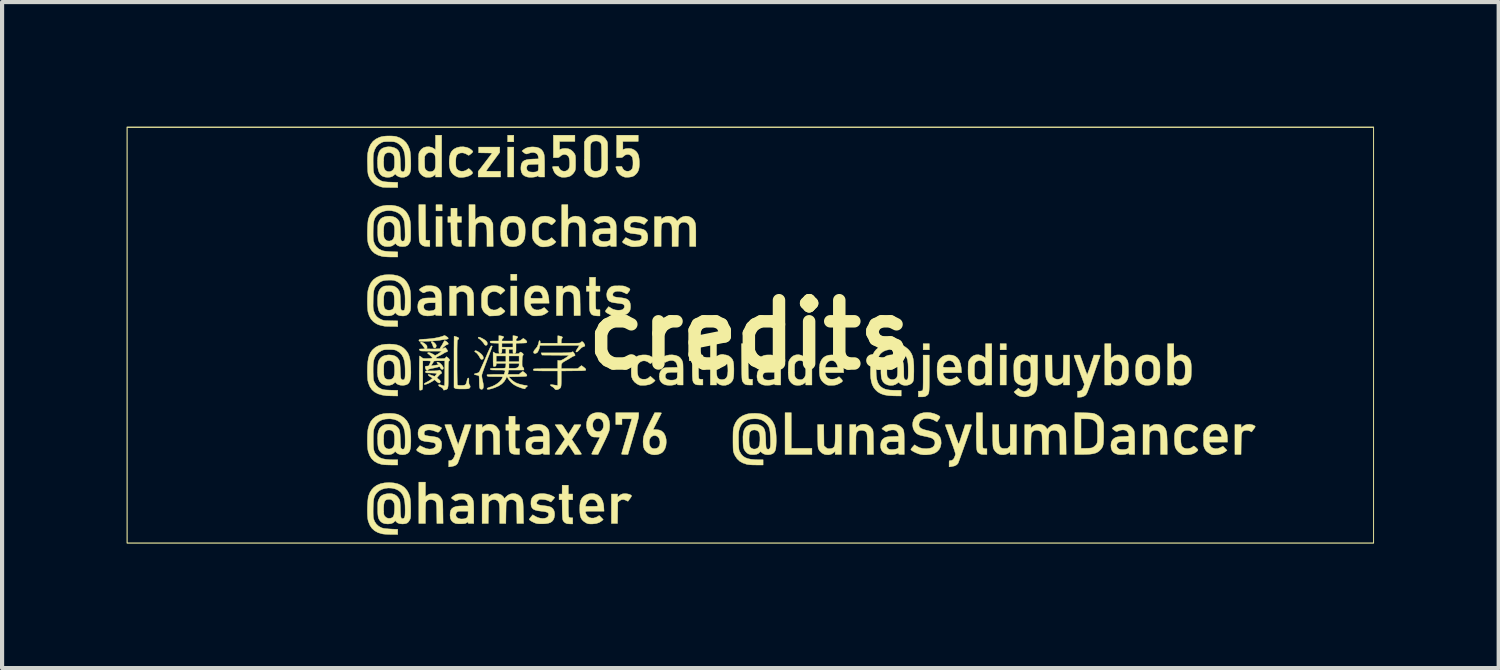
<source format=kicad_pcb>
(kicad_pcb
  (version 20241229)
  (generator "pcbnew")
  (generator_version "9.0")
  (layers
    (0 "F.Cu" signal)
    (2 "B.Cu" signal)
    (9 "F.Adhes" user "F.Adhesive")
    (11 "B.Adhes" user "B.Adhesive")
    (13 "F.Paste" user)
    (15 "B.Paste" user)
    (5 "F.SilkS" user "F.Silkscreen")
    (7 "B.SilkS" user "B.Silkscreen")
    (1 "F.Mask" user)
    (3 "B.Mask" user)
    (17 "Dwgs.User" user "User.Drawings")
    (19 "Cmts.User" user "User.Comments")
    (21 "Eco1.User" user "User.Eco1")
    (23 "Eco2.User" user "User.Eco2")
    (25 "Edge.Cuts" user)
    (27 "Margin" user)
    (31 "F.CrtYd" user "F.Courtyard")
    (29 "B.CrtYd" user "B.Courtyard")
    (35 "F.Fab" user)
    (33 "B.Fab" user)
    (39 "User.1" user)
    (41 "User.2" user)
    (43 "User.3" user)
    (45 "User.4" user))
  (footprint "credits"
    (layer "F.Cu")
    (at 15.018 5.013)
    (property "Reference" "credits" (at 0 0 0) (layer "F.SilkS") (effects (font (size 1.524 1.524) (thickness 0.3))))
    (attr through_hole)
    (fp_poly (pts (xy -7.422 -2.986) (xy -7.57 -2.986) (xy -7.57 -3.134) (xy -7.422 -3.134) (xy -7.422 -2.986)) (stroke (width 0.01) (type solid)) (fill yes) (layer "F.SilkS"))
    (fp_poly (pts (xy -7.422 -2.128) (xy -7.57 -2.128) (xy -7.57 -2.848) (xy -7.422 -2.848) (xy -7.422 -2.128)) (stroke (width 0.01) (type solid)) (fill yes) (layer "F.SilkS"))
    (fp_poly (pts (xy -5.696 -4.648) (xy -5.844 -4.648) (xy -5.844 -4.807) (xy -5.696 -4.807) (xy -5.696 -4.648)) (stroke (width 0.01) (type solid)) (fill yes) (layer "F.SilkS"))
    (fp_poly (pts (xy -5.696 -3.801) (xy -5.844 -3.801) (xy -5.844 -4.521) (xy -5.696 -4.521) (xy -5.696 -3.801)) (stroke (width 0.01) (type solid)) (fill yes) (layer "F.SilkS"))
    (fp_poly (pts (xy -5.622 -1.313) (xy -5.77 -1.313) (xy -5.77 -1.461) (xy -5.622 -1.461) (xy -5.622 -1.313)) (stroke (width 0.01) (type solid)) (fill yes) (layer "F.SilkS"))
    (fp_poly (pts (xy -5.622 -0.466) (xy -5.77 -0.466) (xy -5.77 -1.175) (xy -5.622 -1.175) (xy -5.622 -0.466)) (stroke (width 0.01) (type solid)) (fill yes) (layer "F.SilkS"))
    (fp_poly (pts (xy 4.309 0.36) (xy 4.161 0.36) (xy 4.161 0.212) (xy 4.309 0.212) (xy 4.309 0.36)) (stroke (width 0.01) (type solid)) (fill yes) (layer "F.SilkS"))
    (fp_poly (pts (xy 6.162 0.36) (xy 6.014 0.36) (xy 6.014 0.212) (xy 6.162 0.212) (xy 6.162 0.36)) (stroke (width 0.01) (type solid)) (fill yes) (layer "F.SilkS"))
    (fp_poly (pts (xy 6.162 1.207) (xy 6.014 1.207) (xy 6.014 0.487) (xy 6.162 0.487) (xy 6.162 1.207)) (stroke (width 0.01) (type solid)) (fill yes) (layer "F.SilkS"))
    (fp_poly (pts (xy 0.985 2.732) (xy 1.482 2.732) (xy 1.482 2.88) (xy 0.836 2.88) (xy 0.836 1.874) (xy 0.985 1.874) (xy 0.985 2.732)) (stroke (width 0.01) (type solid)) (fill yes) (layer "F.SilkS"))
    (fp_poly (pts (xy 15.013 5.019) (xy -15.013 5.019) (xy -15.013 -4.987) (xy -15.003 -4.987) (xy -15.003 5.008) (xy 15.003 5.008) (xy 15.003 -4.987) (xy -15.003 -4.987) (xy -15.013 -4.987) (xy -15.013 -5.008) (xy 15.013 -5.008) (xy 15.013 5.019)) (stroke (width 0.01) (type solid)) (fill yes) (layer "F.SilkS"))
    (fp_poly (pts (xy -7.819 -2.282) (xy -7.718 -2.275) (xy -7.718 -2.128) (xy -7.785 -2.128) (xy -7.841 -2.133) (xy -7.885 -2.146) (xy -7.887 -2.147) (xy -7.932 -2.18) (xy -7.961 -2.226) (xy -7.974 -2.273) (xy -7.975 -2.295) (xy -7.977 -2.336) (xy -7.979 -2.392) (xy -7.98 -2.461) (xy -7.981 -2.541) (xy -7.982 -2.628) (xy -7.983 -2.721) (xy -7.983 -2.729) (xy -7.983 -3.134) (xy -7.825 -3.134) (xy -7.819 -2.282)) (stroke (width 0.01) (type solid)) (fill yes) (layer "F.SilkS"))
    (fp_poly (pts (xy -7.643 0.167) (xy -7.615 0.186) (xy -7.588 0.212) (xy -7.569 0.238) (xy -7.564 0.249) (xy -7.564 0.276) (xy -7.574 0.301) (xy -7.59 0.316) (xy -7.596 0.318) (xy -7.616 0.311) (xy -7.626 0.302) (xy -7.639 0.282) (xy -7.648 0.252) (xy -7.649 0.25) (xy -7.658 0.222) (xy -7.67 0.202) (xy -7.671 0.201) (xy -7.685 0.182) (xy -7.683 0.166) (xy -7.666 0.159) (xy -7.666 0.159) (xy -7.643 0.167)) (stroke (width 0.01) (type solid)) (fill yes) (layer "F.SilkS"))
    (fp_poly (pts (xy -6.589 0.388) (xy -6.555 0.406) (xy -6.517 0.432) (xy -6.482 0.461) (xy -6.454 0.49) (xy -6.453 0.492) (xy -6.433 0.527) (xy -6.428 0.558) (xy -6.437 0.58) (xy -6.461 0.591) (xy -6.48 0.59) (xy -6.494 0.579) (xy -6.51 0.554) (xy -6.512 0.549) (xy -6.538 0.504) (xy -6.567 0.464) (xy -6.594 0.434) (xy -6.617 0.418) (xy -6.618 0.418) (xy -6.635 0.406) (xy -6.637 0.391) (xy -6.622 0.382) (xy -6.615 0.381) (xy -6.589 0.388)) (stroke (width 0.01) (type solid)) (fill yes) (layer "F.SilkS"))
    (fp_poly (pts (xy -6.035 -4.394) (xy -6.199 -4.172) (xy -6.243 -4.112) (xy -6.283 -4.058) (xy -6.316 -4.012) (xy -6.342 -3.976) (xy -6.358 -3.952) (xy -6.363 -3.944) (xy -6.353 -3.942) (xy -6.326 -3.941) (xy -6.284 -3.94) (xy -6.231 -3.939) (xy -6.189 -3.939) (xy -6.014 -3.939) (xy -6.014 -3.801) (xy -6.554 -3.801) (xy -6.554 -3.935) (xy -6.385 -4.156) (xy -6.216 -4.378) (xy -6.38 -4.381) (xy -6.543 -4.384) (xy -6.543 -4.521) (xy -6.035 -4.521) (xy -6.035 -4.394)) (stroke (width 0.01) (type solid)) (fill yes) (layer "F.SilkS"))
    (fp_poly (pts (xy -6.503 0.064) (xy -6.458 0.086) (xy -6.446 0.092) (xy -6.392 0.124) (xy -6.356 0.154) (xy -6.337 0.184) (xy -6.334 0.216) (xy -6.334 0.216) (xy -6.34 0.241) (xy -6.356 0.251) (xy -6.364 0.252) (xy -6.383 0.25) (xy -6.399 0.237) (xy -6.414 0.213) (xy -6.432 0.187) (xy -6.458 0.158) (xy -6.486 0.128) (xy -6.514 0.104) (xy -6.536 0.088) (xy -6.545 0.085) (xy -6.553 0.076) (xy -6.554 0.069) (xy -6.549 0.056) (xy -6.532 0.055) (xy -6.503 0.064)) (stroke (width 0.01) (type solid)) (fill yes) (layer "F.SilkS"))
    (fp_poly (pts (xy -2.996 3.825) (xy -2.951 3.831) (xy -2.91 3.842) (xy -2.879 3.856) (xy -2.861 3.872) (xy -2.859 3.879) (xy -2.865 3.891) (xy -2.88 3.916) (xy -2.902 3.947) (xy -2.903 3.948) (xy -2.947 4.008) (xy -2.998 3.983) (xy -3.051 3.965) (xy -3.098 3.967) (xy -3.143 3.989) (xy -3.158 4.002) (xy -3.192 4.032) (xy -3.199 4.542) (xy -3.346 4.542) (xy -3.346 3.833) (xy -3.197 3.833) (xy -3.197 3.911) (xy -3.168 3.884) (xy -3.123 3.848) (xy -3.077 3.829) (xy -3.023 3.824) (xy -2.996 3.825)) (stroke (width 0.01) (type solid)) (fill yes) (layer "F.SilkS"))
    (fp_poly (pts (xy 12.094 2.168) (xy 12.123 2.181) (xy 12.144 2.192) (xy 12.155 2.202) (xy 12.156 2.214) (xy 12.146 2.234) (xy 12.124 2.264) (xy 12.11 2.284) (xy 12.068 2.339) (xy 12.035 2.318) (xy 11.993 2.302) (xy 11.943 2.298) (xy 11.895 2.306) (xy 11.884 2.31) (xy 11.866 2.32) (xy 11.851 2.333) (xy 11.84 2.351) (xy 11.832 2.377) (xy 11.826 2.413) (xy 11.822 2.463) (xy 11.82 2.527) (xy 11.818 2.61) (xy 11.818 2.634) (xy 11.815 2.88) (xy 11.668 2.88) (xy 11.668 2.16) (xy 11.816 2.16) (xy 11.816 2.246) (xy 11.848 2.215) (xy 11.9 2.177) (xy 11.961 2.156) (xy 12.027 2.153) (xy 12.094 2.168)) (stroke (width 0.01) (type solid)) (fill yes) (layer "F.SilkS"))
    (fp_poly (pts (xy -1.249 0.487) (xy -1.143 0.487) (xy -1.143 0.625) (xy -1.249 0.625) (xy -1.249 0.834) (xy -1.249 0.915) (xy -1.247 0.976) (xy -1.245 1.02) (xy -1.241 1.046) (xy -1.237 1.057) (xy -1.218 1.065) (xy -1.189 1.069) (xy -1.184 1.069) (xy -1.143 1.069) (xy -1.143 1.207) (xy -1.22 1.207) (xy -1.271 1.205) (xy -1.307 1.198) (xy -1.33 1.187) (xy -1.35 1.172) (xy -1.366 1.154) (xy -1.378 1.13) (xy -1.387 1.098) (xy -1.392 1.054) (xy -1.396 0.997) (xy -1.397 0.923) (xy -1.398 0.852) (xy -1.398 0.625) (xy -1.472 0.625) (xy -1.472 0.487) (xy -1.398 0.487) (xy -1.398 0.286) (xy -1.249 0.286) (xy -1.249 0.487)) (stroke (width 0.01) (type solid)) (fill yes) (layer "F.SilkS"))
    (fp_poly (pts (xy -7.317 0.04) (xy -7.285 0.063) (xy -7.273 0.082) (xy -7.282 0.096) (xy -7.311 0.106) (xy -7.335 0.109) (xy -7.374 0.114) (xy -7.425 0.121) (xy -7.478 0.129) (xy -7.491 0.131) (xy -7.528 0.136) (xy -7.578 0.141) (xy -7.636 0.146) (xy -7.7 0.15) (xy -7.765 0.153) (xy -7.827 0.155) (xy -7.883 0.156) (xy -7.928 0.156) (xy -7.959 0.155) (xy -7.97 0.153) (xy -7.982 0.139) (xy -7.978 0.123) (xy -7.96 0.112) (xy -7.959 0.112) (xy -7.939 0.11) (xy -7.904 0.107) (xy -7.858 0.104) (xy -7.814 0.102) (xy -7.711 0.094) (xy -7.612 0.081) (xy -7.522 0.064) (xy -7.445 0.044) (xy -7.426 0.038) (xy -7.361 0.014) (xy -7.317 0.04)) (stroke (width 0.01) (type solid)) (fill yes) (layer "F.SilkS"))
    (fp_poly (pts (xy -7.062 -2.848) (xy -6.956 -2.848) (xy -6.956 -2.71) (xy -7.062 -2.71) (xy -7.062 -2.514) (xy -7.061 -2.444) (xy -7.06 -2.385) (xy -7.057 -2.338) (xy -7.054 -2.307) (xy -7.051 -2.297) (xy -7.035 -2.282) (xy -7.007 -2.277) (xy -6.998 -2.276) (xy -6.956 -2.276) (xy -6.956 -2.128) (xy -7.022 -2.128) (xy -7.079 -2.133) (xy -7.122 -2.145) (xy -7.125 -2.147) (xy -7.149 -2.16) (xy -7.167 -2.175) (xy -7.181 -2.195) (xy -7.192 -2.222) (xy -7.199 -2.258) (xy -7.203 -2.308) (xy -7.206 -2.372) (xy -7.208 -2.454) (xy -7.208 -2.475) (xy -7.212 -2.71) (xy -7.284 -2.71) (xy -7.284 -2.848) (xy -7.21 -2.848) (xy -7.21 -3.049) (xy -7.062 -3.049) (xy -7.062 -2.848)) (stroke (width 0.01) (type solid)) (fill yes) (layer "F.SilkS"))
    (fp_poly (pts (xy -6.25 2.153) (xy -6.181 2.169) (xy -6.125 2.202) (xy -6.081 2.252) (xy -6.072 2.268) (xy -6.04 2.324) (xy -6.037 2.602) (xy -6.033 2.88) (xy -6.183 2.88) (xy -6.183 2.647) (xy -6.184 2.561) (xy -6.185 2.494) (xy -6.188 2.442) (xy -6.193 2.403) (xy -6.2 2.374) (xy -6.21 2.353) (xy -6.224 2.336) (xy -6.242 2.32) (xy -6.269 2.305) (xy -6.305 2.298) (xy -6.329 2.298) (xy -6.365 2.299) (xy -6.389 2.306) (xy -6.411 2.322) (xy -6.423 2.334) (xy -6.459 2.37) (xy -6.459 2.88) (xy -6.607 2.88) (xy -6.607 2.16) (xy -6.459 2.16) (xy -6.459 2.236) (xy -6.422 2.204) (xy -6.368 2.169) (xy -6.307 2.152) (xy -6.25 2.153)) (stroke (width 0.01) (type solid)) (fill yes) (layer "F.SilkS"))
    (fp_poly (pts (xy -0.053 0.628) (xy -0.053 0.741) (xy -0.052 0.834) (xy -0.051 0.909) (xy -0.05 0.967) (xy -0.048 1.01) (xy -0.045 1.038) (xy -0.042 1.053) (xy -0.04 1.057) (xy -0.022 1.065) (xy 0.007 1.069) (xy 0.013 1.069) (xy 0.053 1.069) (xy 0.053 1.207) (xy -0.024 1.207) (xy -0.075 1.205) (xy -0.111 1.197) (xy -0.133 1.187) (xy -0.159 1.164) (xy -0.182 1.133) (xy -0.186 1.126) (xy -0.191 1.115) (xy -0.195 1.102) (xy -0.199 1.084) (xy -0.201 1.061) (xy -0.204 1.03) (xy -0.205 0.989) (xy -0.207 0.935) (xy -0.208 0.867) (xy -0.209 0.782) (xy -0.209 0.679) (xy -0.21 0.648) (xy -0.213 0.212) (xy -0.053 0.212) (xy -0.053 0.628)) (stroke (width 0.01) (type solid)) (fill yes) (layer "F.SilkS"))
    (fp_poly (pts (xy -5.664 2.16) (xy -5.559 2.16) (xy -5.559 2.298) (xy -5.664 2.298) (xy -5.664 2.509) (xy -5.664 2.581) (xy -5.664 2.635) (xy -5.663 2.673) (xy -5.66 2.699) (xy -5.657 2.715) (xy -5.652 2.725) (xy -5.646 2.73) (xy -5.644 2.731) (xy -5.618 2.739) (xy -5.591 2.742) (xy -5.559 2.742) (xy -5.559 2.88) (xy -5.63 2.88) (xy -5.686 2.876) (xy -5.729 2.865) (xy -5.737 2.862) (xy -5.76 2.849) (xy -5.777 2.833) (xy -5.79 2.811) (xy -5.8 2.781) (xy -5.806 2.74) (xy -5.81 2.686) (xy -5.812 2.615) (xy -5.812 2.528) (xy -5.813 2.298) (xy -5.887 2.298) (xy -5.887 2.16) (xy -5.813 2.16) (xy -5.813 1.959) (xy -5.664 1.959) (xy -5.664 2.16)) (stroke (width 0.01) (type solid)) (fill yes) (layer "F.SilkS"))
    (fp_poly (pts (xy -4.383 3.833) (xy -4.277 3.833) (xy -4.277 3.97) (xy -4.383 3.97) (xy -4.383 4.167) (xy -4.383 4.237) (xy -4.381 4.296) (xy -4.378 4.343) (xy -4.375 4.374) (xy -4.372 4.384) (xy -4.357 4.399) (xy -4.328 4.404) (xy -4.319 4.405) (xy -4.277 4.405) (xy -4.277 4.553) (xy -4.338 4.552) (xy -4.376 4.55) (xy -4.407 4.547) (xy -4.42 4.545) (xy -4.464 4.524) (xy -4.501 4.487) (xy -4.508 4.474) (xy -4.514 4.46) (xy -4.519 4.441) (xy -4.523 4.414) (xy -4.525 4.375) (xy -4.527 4.323) (xy -4.529 4.254) (xy -4.53 4.206) (xy -4.533 3.97) (xy -4.606 3.97) (xy -4.606 3.833) (xy -4.532 3.833) (xy -4.532 3.621) (xy -4.383 3.621) (xy -4.383 3.833)) (stroke (width 0.01) (type solid)) (fill yes) (layer "F.SilkS"))
    (fp_poly (pts (xy 5.59 2.297) (xy 5.59 2.403) (xy 5.591 2.49) (xy 5.591 2.559) (xy 5.592 2.613) (xy 5.593 2.654) (xy 5.594 2.684) (xy 5.597 2.704) (xy 5.6 2.717) (xy 5.603 2.725) (xy 5.608 2.73) (xy 5.611 2.731) (xy 5.636 2.739) (xy 5.664 2.742) (xy 5.696 2.742) (xy 5.696 2.88) (xy 5.624 2.88) (xy 5.579 2.878) (xy 5.547 2.872) (xy 5.52 2.859) (xy 5.515 2.856) (xy 5.498 2.844) (xy 5.484 2.833) (xy 5.472 2.82) (xy 5.463 2.803) (xy 5.456 2.78) (xy 5.451 2.75) (xy 5.447 2.71) (xy 5.445 2.658) (xy 5.443 2.593) (xy 5.442 2.512) (xy 5.442 2.414) (xy 5.442 2.316) (xy 5.442 1.874) (xy 5.59 1.874) (xy 5.59 2.297)) (stroke (width 0.01) (type solid)) (fill yes) (layer "F.SilkS"))
    (fp_poly (pts (xy -3.727 -1.175) (xy -3.621 -1.175) (xy -3.621 -1.048) (xy -3.727 -1.048) (xy -3.727 -0.839) (xy -3.726 -0.758) (xy -3.725 -0.696) (xy -3.722 -0.653) (xy -3.719 -0.627) (xy -3.714 -0.616) (xy -3.696 -0.608) (xy -3.667 -0.604) (xy -3.661 -0.604) (xy -3.621 -0.604) (xy -3.621 -0.455) (xy -3.677 -0.456) (xy -3.717 -0.459) (xy -3.756 -0.465) (xy -3.769 -0.468) (xy -3.805 -0.481) (xy -3.829 -0.5) (xy -3.849 -0.532) (xy -3.855 -0.545) (xy -3.862 -0.562) (xy -3.867 -0.582) (xy -3.87 -0.608) (xy -3.873 -0.643) (xy -3.874 -0.69) (xy -3.875 -0.753) (xy -3.875 -0.818) (xy -3.875 -1.048) (xy -3.949 -1.048) (xy -3.949 -1.175) (xy -3.875 -1.175) (xy -3.875 -1.387) (xy -3.727 -1.387) (xy -3.727 -1.175)) (stroke (width 0.01) (type solid)) (fill yes) (layer "F.SilkS"))
    (fp_poly (pts (xy 4.309 0.929) (xy 4.309 1.044) (xy 4.309 1.139) (xy 4.308 1.217) (xy 4.306 1.28) (xy 4.304 1.33) (xy 4.3 1.368) (xy 4.294 1.397) (xy 4.287 1.419) (xy 4.277 1.435) (xy 4.265 1.448) (xy 4.251 1.459) (xy 4.236 1.469) (xy 4.212 1.482) (xy 4.184 1.49) (xy 4.146 1.493) (xy 4.122 1.493) (xy 4.045 1.493) (xy 4.045 1.355) (xy 4.082 1.355) (xy 4.114 1.352) (xy 4.139 1.345) (xy 4.141 1.344) (xy 4.146 1.341) (xy 4.15 1.335) (xy 4.153 1.325) (xy 4.156 1.309) (xy 4.158 1.284) (xy 4.159 1.25) (xy 4.16 1.203) (xy 4.161 1.142) (xy 4.161 1.064) (xy 4.161 0.969) (xy 4.161 0.91) (xy 4.161 0.487) (xy 4.309 0.487) (xy 4.309 0.929)) (stroke (width 0.01) (type solid)) (fill yes) (layer "F.SilkS"))
    (fp_poly (pts (xy -2.689 1.939) (xy -2.69 1.96) (xy -2.694 1.986) (xy -2.7 2.019) (xy -2.711 2.061) (xy -2.725 2.115) (xy -2.743 2.182) (xy -2.766 2.264) (xy -2.795 2.363) (xy -2.819 2.442) (xy -2.948 2.88) (xy -3.025 2.88) (xy -3.07 2.878) (xy -3.096 2.874) (xy -3.102 2.868) (xy -3.099 2.856) (xy -3.091 2.825) (xy -3.078 2.779) (xy -3.061 2.719) (xy -3.04 2.648) (xy -3.016 2.569) (xy -2.991 2.483) (xy -2.987 2.468) (xy -2.96 2.38) (xy -2.936 2.298) (xy -2.914 2.223) (xy -2.895 2.159) (xy -2.88 2.108) (xy -2.869 2.071) (xy -2.864 2.052) (xy -2.864 2.051) (xy -2.856 2.022) (xy -3.092 2.022) (xy -3.092 2.16) (xy -3.24 2.16) (xy -3.24 1.874) (xy -2.689 1.874) (xy -2.689 1.939)) (stroke (width 0.01) (type solid)) (fill yes) (layer "F.SilkS"))
    (fp_poly (pts (xy -6.828 -1.177) (xy -6.767 -1.151) (xy -6.719 -1.109) (xy -6.685 -1.051) (xy -6.671 -1.005) (xy -6.668 -0.979) (xy -6.665 -0.935) (xy -6.662 -0.879) (xy -6.661 -0.812) (xy -6.66 -0.741) (xy -6.66 -0.709) (xy -6.66 -0.466) (xy -6.807 -0.466) (xy -6.81 -0.712) (xy -6.811 -0.791) (xy -6.812 -0.851) (xy -6.814 -0.896) (xy -6.816 -0.929) (xy -6.819 -0.951) (xy -6.824 -0.968) (xy -6.83 -0.98) (xy -6.837 -0.992) (xy -6.838 -0.992) (xy -6.873 -1.025) (xy -6.918 -1.042) (xy -6.967 -1.045) (xy -7.015 -1.032) (xy -7.053 -1.006) (xy -7.083 -0.976) (xy -7.083 -0.466) (xy -7.242 -0.466) (xy -7.242 -1.175) (xy -7.083 -1.175) (xy -7.083 -1.108) (xy -7.059 -1.13) (xy -7.012 -1.163) (xy -6.958 -1.181) (xy -6.901 -1.186) (xy -6.828 -1.177)) (stroke (width 0.01) (type solid)) (fill yes) (layer "F.SilkS"))
    (fp_poly (pts (xy 7.265 0.747) (xy 7.268 1.008) (xy 7.303 1.038) (xy 7.344 1.062) (xy 7.392 1.071) (xy 7.44 1.066) (xy 7.484 1.047) (xy 7.515 1.017) (xy 7.521 1.006) (xy 7.525 0.991) (xy 7.529 0.969) (xy 7.531 0.937) (xy 7.533 0.893) (xy 7.535 0.834) (xy 7.536 0.757) (xy 7.537 0.738) (xy 7.54 0.487) (xy 7.687 0.487) (xy 7.687 1.207) (xy 7.538 1.207) (xy 7.538 1.129) (xy 7.509 1.157) (xy 7.458 1.192) (xy 7.397 1.212) (xy 7.33 1.217) (xy 7.27 1.207) (xy 7.219 1.181) (xy 7.174 1.138) (xy 7.138 1.083) (xy 7.138 1.081) (xy 7.129 1.062) (xy 7.123 1.045) (xy 7.118 1.025) (xy 7.114 1.002) (xy 7.111 0.97) (xy 7.109 0.928) (xy 7.108 0.872) (xy 7.107 0.799) (xy 7.106 0.754) (xy 7.102 0.487) (xy 7.262 0.487) (xy 7.265 0.747)) (stroke (width 0.01) (type solid)) (fill yes) (layer "F.SilkS"))
    (fp_poly (pts (xy 1.77 2.415) (xy 1.773 2.67) (xy 1.813 2.706) (xy 1.842 2.729) (xy 1.869 2.74) (xy 1.901 2.742) (xy 1.939 2.738) (xy 1.974 2.729) (xy 1.981 2.726) (xy 2 2.714) (xy 2.014 2.7) (xy 2.025 2.68) (xy 2.033 2.652) (xy 2.038 2.614) (xy 2.041 2.562) (xy 2.043 2.494) (xy 2.043 2.408) (xy 2.043 2.398) (xy 2.043 2.16) (xy 2.192 2.16) (xy 2.192 2.88) (xy 2.043 2.88) (xy 2.043 2.804) (xy 2.007 2.836) (xy 1.951 2.872) (xy 1.888 2.888) (xy 1.818 2.884) (xy 1.78 2.875) (xy 1.723 2.846) (xy 1.674 2.799) (xy 1.648 2.758) (xy 1.641 2.744) (xy 1.636 2.729) (xy 1.632 2.71) (xy 1.628 2.685) (xy 1.626 2.651) (xy 1.625 2.604) (xy 1.623 2.542) (xy 1.622 2.463) (xy 1.622 2.438) (xy 1.619 2.16) (xy 1.767 2.16) (xy 1.77 2.415)) (stroke (width 0.01) (type solid)) (fill yes) (layer "F.SilkS"))
    (fp_poly (pts (xy -6.628 -2.761) (xy -6.607 -2.788) (xy -6.565 -2.825) (xy -6.511 -2.848) (xy -6.449 -2.858) (xy -6.385 -2.852) (xy -6.324 -2.831) (xy -6.32 -2.829) (xy -6.285 -2.808) (xy -6.26 -2.785) (xy -6.239 -2.753) (xy -6.231 -2.737) (xy -6.199 -2.675) (xy -6.196 -2.402) (xy -6.193 -2.128) (xy -6.342 -2.128) (xy -6.342 -2.364) (xy -6.342 -2.449) (xy -6.344 -2.516) (xy -6.347 -2.568) (xy -6.352 -2.607) (xy -6.36 -2.636) (xy -6.371 -2.658) (xy -6.386 -2.675) (xy -6.405 -2.691) (xy -6.407 -2.693) (xy -6.448 -2.71) (xy -6.496 -2.714) (xy -6.543 -2.703) (xy -6.584 -2.68) (xy -6.604 -2.659) (xy -6.61 -2.648) (xy -6.615 -2.633) (xy -6.618 -2.611) (xy -6.621 -2.58) (xy -6.623 -2.537) (xy -6.625 -2.48) (xy -6.626 -2.404) (xy -6.626 -2.38) (xy -6.63 -2.128) (xy -6.776 -2.128) (xy -6.776 -3.134) (xy -6.628 -3.134) (xy -6.628 -2.761)) (stroke (width 0.01) (type solid)) (fill yes) (layer "F.SilkS"))
    (fp_poly (pts (xy 5.982 2.385) (xy 5.983 2.472) (xy 5.984 2.54) (xy 5.987 2.593) (xy 5.992 2.633) (xy 5.999 2.663) (xy 6.009 2.685) (xy 6.022 2.703) (xy 6.031 2.711) (xy 6.049 2.726) (xy 6.071 2.734) (xy 6.104 2.737) (xy 6.127 2.737) (xy 6.165 2.736) (xy 6.189 2.732) (xy 6.207 2.722) (xy 6.225 2.704) (xy 6.226 2.702) (xy 6.257 2.668) (xy 6.257 2.16) (xy 6.406 2.16) (xy 6.406 2.88) (xy 6.257 2.88) (xy 6.257 2.817) (xy 6.212 2.848) (xy 6.161 2.873) (xy 6.101 2.886) (xy 6.039 2.885) (xy 6 2.877) (xy 5.941 2.847) (xy 5.892 2.8) (xy 5.864 2.756) (xy 5.856 2.74) (xy 5.851 2.723) (xy 5.846 2.704) (xy 5.843 2.68) (xy 5.84 2.647) (xy 5.839 2.602) (xy 5.837 2.543) (xy 5.836 2.467) (xy 5.836 2.433) (xy 5.832 2.16) (xy 5.982 2.16) (xy 5.982 2.385)) (stroke (width 0.01) (type solid)) (fill yes) (layer "F.SilkS"))
    (fp_poly (pts (xy 9.832 2.154) (xy 9.891 2.171) (xy 9.944 2.203) (xy 9.985 2.249) (xy 9.995 2.266) (xy 10.008 2.299) (xy 10.019 2.34) (xy 10.027 2.391) (xy 10.032 2.456) (xy 10.035 2.537) (xy 10.037 2.635) (xy 10.037 2.665) (xy 10.037 2.88) (xy 9.878 2.88) (xy 9.878 2.636) (xy 9.878 2.549) (xy 9.877 2.481) (xy 9.874 2.429) (xy 9.87 2.391) (xy 9.863 2.363) (xy 9.853 2.343) (xy 9.839 2.329) (xy 9.822 2.317) (xy 9.815 2.314) (xy 9.771 2.3) (xy 9.719 2.299) (xy 9.673 2.311) (xy 9.665 2.314) (xy 9.647 2.325) (xy 9.632 2.34) (xy 9.621 2.36) (xy 9.614 2.387) (xy 9.608 2.426) (xy 9.605 2.478) (xy 9.604 2.545) (xy 9.603 2.631) (xy 9.603 2.641) (xy 9.603 2.88) (xy 9.455 2.88) (xy 9.455 2.16) (xy 9.603 2.16) (xy 9.603 2.234) (xy 9.651 2.198) (xy 9.707 2.166) (xy 9.769 2.152) (xy 9.832 2.154)) (stroke (width 0.01) (type solid)) (fill yes) (layer "F.SilkS"))
    (fp_poly (pts (xy -4.394 -2.77) (xy -4.365 -2.798) (xy -4.313 -2.834) (xy -4.251 -2.855) (xy -4.212 -2.859) (xy -4.138 -2.85) (xy -4.077 -2.825) (xy -4.028 -2.782) (xy -3.999 -2.738) (xy -3.992 -2.724) (xy -3.987 -2.709) (xy -3.982 -2.691) (xy -3.979 -2.666) (xy -3.977 -2.633) (xy -3.975 -2.588) (xy -3.974 -2.528) (xy -3.973 -2.451) (xy -3.972 -2.411) (xy -3.969 -2.128) (xy -4.119 -2.128) (xy -4.119 -2.374) (xy -4.119 -2.454) (xy -4.119 -2.515) (xy -4.12 -2.56) (xy -4.122 -2.594) (xy -4.125 -2.617) (xy -4.13 -2.634) (xy -4.135 -2.648) (xy -4.139 -2.654) (xy -4.166 -2.687) (xy -4.2 -2.706) (xy -4.246 -2.713) (xy -4.258 -2.714) (xy -4.312 -2.706) (xy -4.354 -2.681) (xy -4.381 -2.646) (xy -4.385 -2.628) (xy -4.389 -2.596) (xy -4.391 -2.547) (xy -4.393 -2.48) (xy -4.394 -2.393) (xy -4.394 -2.374) (xy -4.394 -2.128) (xy -4.542 -2.128) (xy -4.542 -3.134) (xy -4.394 -3.134) (xy -4.394 -2.77)) (stroke (width 0.01) (type solid)) (fill yes) (layer "F.SilkS"))
    (fp_poly (pts (xy -4.264 -1.178) (xy -4.204 -1.152) (xy -4.156 -1.11) (xy -4.126 -1.064) (xy -4.119 -1.05) (xy -4.113 -1.035) (xy -4.109 -1.016) (xy -4.106 -0.991) (xy -4.104 -0.956) (xy -4.102 -0.909) (xy -4.101 -0.848) (xy -4.1 -0.768) (xy -4.099 -0.744) (xy -4.096 -0.466) (xy -4.246 -0.466) (xy -4.246 -0.707) (xy -4.246 -0.785) (xy -4.246 -0.845) (xy -4.248 -0.89) (xy -4.25 -0.922) (xy -4.253 -0.945) (xy -4.257 -0.962) (xy -4.263 -0.975) (xy -4.267 -0.983) (xy -4.301 -1.02) (xy -4.346 -1.041) (xy -4.397 -1.046) (xy -4.449 -1.033) (xy -4.454 -1.031) (xy -4.474 -1.02) (xy -4.489 -1.008) (xy -4.501 -0.992) (xy -4.51 -0.968) (xy -4.515 -0.935) (xy -4.519 -0.89) (xy -4.52 -0.831) (xy -4.521 -0.754) (xy -4.521 -0.71) (xy -4.521 -0.466) (xy -4.669 -0.466) (xy -4.669 -1.175) (xy -4.521 -1.175) (xy -4.521 -1.102) (xy -4.492 -1.13) (xy -4.443 -1.164) (xy -4.386 -1.182) (xy -4.336 -1.186) (xy -4.264 -1.178)) (stroke (width 0.01) (type solid)) (fill yes) (layer "F.SilkS"))
    (fp_poly (pts (xy -7.824 3.896) (xy -7.776 3.862) (xy -7.75 3.845) (xy -7.728 3.834) (xy -7.702 3.829) (xy -7.666 3.828) (xy -7.639 3.827) (xy -7.594 3.828) (xy -7.563 3.831) (xy -7.54 3.838) (xy -7.517 3.851) (xy -7.506 3.859) (xy -7.465 3.897) (xy -7.433 3.944) (xy -7.425 3.961) (xy -7.419 3.976) (xy -7.414 3.994) (xy -7.41 4.017) (xy -7.408 4.047) (xy -7.406 4.088) (xy -7.405 4.142) (xy -7.403 4.213) (xy -7.403 4.27) (xy -7.399 4.542) (xy -7.548 4.542) (xy -7.551 4.296) (xy -7.552 4.21) (xy -7.554 4.143) (xy -7.558 4.092) (xy -7.563 4.054) (xy -7.571 4.027) (xy -7.582 4.008) (xy -7.598 3.994) (xy -7.618 3.984) (xy -7.637 3.976) (xy -7.687 3.964) (xy -7.736 3.969) (xy -7.778 3.988) (xy -7.808 4.021) (xy -7.812 4.029) (xy -7.817 4.052) (xy -7.82 4.095) (xy -7.823 4.159) (xy -7.824 4.243) (xy -7.824 4.299) (xy -7.824 4.542) (xy -7.983 4.542) (xy -7.983 3.547) (xy -7.824 3.547) (xy -7.824 3.896)) (stroke (width 0.01) (type solid)) (fill yes) (layer "F.SilkS"))
    (fp_poly (pts (xy -7.205 2.16) (xy -7.036 2.647) (xy -6.875 2.165) (xy -6.799 2.162) (xy -6.762 2.161) (xy -6.735 2.163) (xy -6.723 2.166) (xy -6.723 2.166) (xy -6.727 2.179) (xy -6.736 2.209) (xy -6.751 2.255) (xy -6.771 2.313) (xy -6.794 2.381) (xy -6.821 2.457) (xy -6.849 2.538) (xy -6.878 2.621) (xy -6.908 2.705) (xy -6.936 2.787) (xy -6.964 2.864) (xy -6.989 2.934) (xy -7.011 2.995) (xy -7.029 3.043) (xy -7.041 3.077) (xy -7.049 3.094) (xy -7.049 3.095) (xy -7.082 3.131) (xy -7.132 3.156) (xy -7.198 3.171) (xy -7.202 3.171) (xy -7.263 3.179) (xy -7.263 3.028) (xy -7.231 3.028) (xy -7.194 3.018) (xy -7.161 2.989) (xy -7.133 2.945) (xy -7.122 2.916) (xy -7.104 2.862) (xy -7.231 2.517) (xy -7.261 2.436) (xy -7.288 2.361) (xy -7.312 2.295) (xy -7.332 2.241) (xy -7.347 2.199) (xy -7.356 2.173) (xy -7.358 2.165) (xy -7.349 2.163) (xy -7.323 2.161) (xy -7.287 2.16) (xy -7.282 2.16) (xy -7.205 2.16)) (stroke (width 0.01) (type solid)) (fill yes) (layer "F.SilkS"))
    (fp_poly (pts (xy 2.773 2.154) (xy 2.833 2.174) (xy 2.887 2.208) (xy 2.928 2.257) (xy 2.936 2.269) (xy 2.943 2.283) (xy 2.948 2.298) (xy 2.953 2.316) (xy 2.956 2.34) (xy 2.958 2.373) (xy 2.96 2.418) (xy 2.961 2.477) (xy 2.962 2.553) (xy 2.963 2.597) (xy 2.966 2.88) (xy 2.816 2.88) (xy 2.816 2.636) (xy 2.816 2.549) (xy 2.815 2.481) (xy 2.812 2.429) (xy 2.808 2.391) (xy 2.801 2.363) (xy 2.791 2.343) (xy 2.777 2.329) (xy 2.76 2.317) (xy 2.753 2.314) (xy 2.712 2.301) (xy 2.663 2.298) (xy 2.617 2.306) (xy 2.611 2.308) (xy 2.587 2.324) (xy 2.565 2.349) (xy 2.562 2.353) (xy 2.555 2.365) (xy 2.55 2.38) (xy 2.547 2.399) (xy 2.544 2.426) (xy 2.542 2.463) (xy 2.542 2.514) (xy 2.541 2.581) (xy 2.541 2.634) (xy 2.541 2.88) (xy 2.393 2.88) (xy 2.393 2.16) (xy 2.541 2.16) (xy 2.541 2.234) (xy 2.589 2.198) (xy 2.646 2.166) (xy 2.709 2.152) (xy 2.773 2.154)) (stroke (width 0.01) (type solid)) (fill yes) (layer "F.SilkS"))
    (fp_poly (pts (xy 8.02 0.717) (xy 8.043 0.783) (xy 8.065 0.843) (xy 8.083 0.892) (xy 8.097 0.929) (xy 8.106 0.951) (xy 8.109 0.955) (xy 8.114 0.948) (xy 8.125 0.923) (xy 8.14 0.883) (xy 8.159 0.831) (xy 8.18 0.77) (xy 8.195 0.725) (xy 8.274 0.487) (xy 8.352 0.487) (xy 8.392 0.488) (xy 8.415 0.49) (xy 8.424 0.495) (xy 8.424 0.503) (xy 8.423 0.506) (xy 8.418 0.519) (xy 8.407 0.551) (xy 8.39 0.598) (xy 8.369 0.659) (xy 8.344 0.731) (xy 8.316 0.813) (xy 8.285 0.902) (xy 8.262 0.969) (xy 8.224 1.079) (xy 8.192 1.171) (xy 8.165 1.246) (xy 8.143 1.306) (xy 8.125 1.353) (xy 8.11 1.389) (xy 8.097 1.415) (xy 8.087 1.433) (xy 8.078 1.446) (xy 8.077 1.447) (xy 8.034 1.477) (xy 7.978 1.497) (xy 7.915 1.503) (xy 7.877 1.503) (xy 7.877 1.355) (xy 7.913 1.355) (xy 7.955 1.346) (xy 7.989 1.319) (xy 8.015 1.272) (xy 8.023 1.252) (xy 8.043 1.191) (xy 7.918 0.853) (xy 7.888 0.772) (xy 7.861 0.698) (xy 7.837 0.632) (xy 7.818 0.577) (xy 7.803 0.535) (xy 7.795 0.509) (xy 7.793 0.501) (xy 7.8 0.493) (xy 7.824 0.488) (xy 7.865 0.487) (xy 7.938 0.487) (xy 8.02 0.717)) (stroke (width 0.01) (type solid)) (fill yes) (layer "F.SilkS"))
    (fp_poly (pts (xy -4.562 2.161) (xy -4.543 2.165) (xy -4.526 2.176) (xy -4.509 2.197) (xy -4.487 2.229) (xy -4.458 2.275) (xy -4.444 2.297) (xy -4.382 2.395) (xy -4.311 2.28) (xy -4.24 2.165) (xy -4.157 2.162) (xy -4.115 2.161) (xy -4.09 2.162) (xy -4.08 2.167) (xy -4.08 2.174) (xy -4.08 2.174) (xy -4.087 2.188) (xy -4.104 2.216) (xy -4.129 2.255) (xy -4.16 2.303) (xy -4.193 2.354) (xy -4.3 2.519) (xy -4.188 2.682) (xy -4.153 2.735) (xy -4.121 2.783) (xy -4.095 2.822) (xy -4.077 2.85) (xy -4.07 2.863) (xy -4.069 2.872) (xy -4.078 2.877) (xy -4.1 2.879) (xy -4.138 2.88) (xy -4.144 2.88) (xy -4.225 2.88) (xy -4.301 2.763) (xy -4.329 2.72) (xy -4.354 2.684) (xy -4.372 2.659) (xy -4.382 2.648) (xy -4.383 2.647) (xy -4.39 2.656) (xy -4.408 2.679) (xy -4.432 2.713) (xy -4.46 2.754) (xy -4.467 2.764) (xy -4.545 2.88) (xy -4.629 2.88) (xy -4.672 2.879) (xy -4.697 2.876) (xy -4.706 2.871) (xy -4.705 2.867) (xy -4.697 2.854) (xy -4.679 2.827) (xy -4.653 2.788) (xy -4.621 2.741) (xy -4.585 2.687) (xy -4.581 2.683) (xy -4.465 2.512) (xy -4.584 2.339) (xy -4.702 2.165) (xy -4.62 2.162) (xy -4.586 2.161) (xy -4.562 2.161)) (stroke (width 0.01) (type solid)) (fill yes) (layer "F.SilkS"))
    (fp_poly (pts (xy -6.218 0.269) (xy -6.215 0.274) (xy -6.219 0.285) (xy -6.229 0.315) (xy -6.245 0.359) (xy -6.266 0.415) (xy -6.291 0.482) (xy -6.32 0.556) (xy -6.338 0.605) (xy -6.368 0.684) (xy -6.396 0.76) (xy -6.421 0.828) (xy -6.441 0.885) (xy -6.456 0.931) (xy -6.465 0.96) (xy -6.466 0.969) (xy -6.466 1.002) (xy -6.46 1.047) (xy -6.449 1.096) (xy -6.449 1.098) (xy -6.433 1.173) (xy -6.427 1.233) (xy -6.432 1.278) (xy -6.438 1.292) (xy -6.457 1.31) (xy -6.482 1.312) (xy -6.506 1.299) (xy -6.514 1.289) (xy -6.521 1.264) (xy -6.525 1.219) (xy -6.527 1.153) (xy -6.527 1.133) (xy -6.528 1.081) (xy -6.53 1.037) (xy -6.532 1.004) (xy -6.536 0.988) (xy -6.536 0.988) (xy -6.55 0.979) (xy -6.578 0.971) (xy -6.597 0.968) (xy -6.632 0.96) (xy -6.648 0.95) (xy -6.643 0.939) (xy -6.617 0.93) (xy -6.601 0.927) (xy -6.567 0.918) (xy -6.54 0.906) (xy -6.534 0.901) (xy -6.525 0.887) (xy -6.509 0.856) (xy -6.488 0.81) (xy -6.462 0.752) (xy -6.432 0.685) (xy -6.4 0.611) (xy -6.383 0.574) (xy -6.345 0.483) (xy -6.313 0.41) (xy -6.287 0.354) (xy -6.268 0.313) (xy -6.253 0.286) (xy -6.242 0.27) (xy -6.234 0.265) (xy -6.234 0.265) (xy -6.218 0.269)) (stroke (width 0.01) (type solid)) (fill yes) (layer "F.SilkS"))
    (fp_poly (pts (xy -4.868 -2.851) (xy -4.796 -2.83) (xy -4.75 -2.806) (xy -4.713 -2.78) (xy -4.694 -2.758) (xy -4.693 -2.738) (xy -4.709 -2.715) (xy -4.733 -2.692) (xy -4.784 -2.647) (xy -4.837 -2.68) (xy -4.894 -2.706) (xy -4.951 -2.714) (xy -5.005 -2.705) (xy -5.051 -2.68) (xy -5.083 -2.644) (xy -5.092 -2.627) (xy -5.098 -2.608) (xy -5.101 -2.582) (xy -5.102 -2.545) (xy -5.101 -2.492) (xy -5.101 -2.481) (xy -5.099 -2.426) (xy -5.097 -2.388) (xy -5.094 -2.363) (xy -5.088 -2.345) (xy -5.079 -2.332) (xy -5.072 -2.324) (xy -5.023 -2.286) (xy -4.97 -2.268) (xy -4.913 -2.27) (xy -4.855 -2.293) (xy -4.831 -2.307) (xy -4.783 -2.342) (xy -4.731 -2.291) (xy -4.68 -2.24) (xy -4.709 -2.21) (xy -4.759 -2.17) (xy -4.822 -2.142) (xy -4.882 -2.129) (xy -4.949 -2.12) (xy -5.001 -2.118) (xy -5.043 -2.124) (xy -5.08 -2.139) (xy -5.093 -2.146) (xy -5.149 -2.184) (xy -5.19 -2.224) (xy -5.221 -2.271) (xy -5.226 -2.282) (xy -5.236 -2.305) (xy -5.243 -2.328) (xy -5.248 -2.355) (xy -5.25 -2.39) (xy -5.251 -2.439) (xy -5.251 -2.483) (xy -5.251 -2.557) (xy -5.248 -2.614) (xy -5.242 -2.658) (xy -5.232 -2.693) (xy -5.217 -2.723) (xy -5.197 -2.753) (xy -5.196 -2.754) (xy -5.148 -2.8) (xy -5.088 -2.833) (xy -5.018 -2.853) (xy -4.943 -2.859) (xy -4.868 -2.851)) (stroke (width 0.01) (type solid)) (fill yes) (layer "F.SilkS"))
    (fp_poly (pts (xy -5.689 -2.856) (xy -5.609 -2.843) (xy -5.543 -2.813) (xy -5.49 -2.768) (xy -5.452 -2.708) (xy -5.432 -2.647) (xy -5.425 -2.592) (xy -5.421 -2.526) (xy -5.422 -2.456) (xy -5.426 -2.388) (xy -5.435 -2.332) (xy -5.439 -2.314) (xy -5.468 -2.248) (xy -5.512 -2.194) (xy -5.57 -2.155) (xy -5.639 -2.131) (xy -5.718 -2.123) (xy -5.789 -2.129) (xy -5.845 -2.143) (xy -5.889 -2.163) (xy -5.928 -2.196) (xy -5.943 -2.212) (xy -5.971 -2.249) (xy -5.991 -2.291) (xy -6.004 -2.342) (xy -6.011 -2.407) (xy -6.014 -2.488) (xy -6.014 -2.494) (xy -5.866 -2.494) (xy -5.862 -2.419) (xy -5.851 -2.362) (xy -5.832 -2.32) (xy -5.803 -2.291) (xy -5.788 -2.282) (xy -5.741 -2.269) (xy -5.691 -2.27) (xy -5.644 -2.287) (xy -5.621 -2.303) (xy -5.596 -2.336) (xy -5.58 -2.377) (xy -5.571 -2.432) (xy -5.571 -2.502) (xy -5.571 -2.515) (xy -5.579 -2.587) (xy -5.594 -2.642) (xy -5.618 -2.679) (xy -5.652 -2.702) (xy -5.699 -2.713) (xy -5.717 -2.714) (xy -5.769 -2.708) (xy -5.809 -2.689) (xy -5.838 -2.654) (xy -5.856 -2.603) (xy -5.865 -2.534) (xy -5.866 -2.494) (xy -6.014 -2.494) (xy -6.014 -2.494) (xy -6.012 -2.575) (xy -6.005 -2.639) (xy -5.992 -2.69) (xy -5.972 -2.732) (xy -5.944 -2.769) (xy -5.933 -2.781) (xy -5.878 -2.823) (xy -5.813 -2.848) (xy -5.736 -2.857) (xy -5.689 -2.856)) (stroke (width 0.01) (type solid)) (fill yes) (layer "F.SilkS"))
    (fp_poly (pts (xy -4.592 0.028) (xy -4.561 0.035) (xy -4.537 0.045) (xy -4.532 0.049) (xy -4.523 0.062) (xy -4.529 0.076) (xy -4.535 0.083) (xy -4.548 0.111) (xy -4.553 0.152) (xy -4.553 0.201) (xy -4.327 0.201) (xy -4.252 0.201) (xy -4.195 0.201) (xy -4.154 0.199) (xy -4.125 0.197) (xy -4.106 0.194) (xy -4.094 0.19) (xy -4.085 0.184) (xy -4.082 0.18) (xy -4.063 0.163) (xy -4.046 0.162) (xy -4.026 0.178) (xy -4.01 0.199) (xy -3.988 0.235) (xy -3.984 0.262) (xy -4 0.28) (xy -4.02 0.286) (xy -4.046 0.295) (xy -4.076 0.318) (xy -4.109 0.352) (xy -4.138 0.382) (xy -4.164 0.404) (xy -4.182 0.413) (xy -4.183 0.413) (xy -4.199 0.409) (xy -4.201 0.397) (xy -4.19 0.373) (xy -4.173 0.346) (xy -4.153 0.315) (xy -4.136 0.287) (xy -4.13 0.278) (xy -4.118 0.254) (xy -5.069 0.254) (xy -5.076 0.297) (xy -5.086 0.337) (xy -5.102 0.378) (xy -5.121 0.413) (xy -5.137 0.431) (xy -5.173 0.448) (xy -5.201 0.447) (xy -5.218 0.435) (xy -5.22 0.413) (xy -5.209 0.384) (xy -5.186 0.353) (xy -5.182 0.349) (xy -5.133 0.289) (xy -5.104 0.22) (xy -5.096 0.185) (xy -5.089 0.155) (xy -5.078 0.139) (xy -5.068 0.139) (xy -5.062 0.156) (xy -5.061 0.169) (xy -5.061 0.201) (xy -4.637 0.201) (xy -4.637 0.021) (xy -4.592 0.028)) (stroke (width 0.01) (type solid)) (fill yes) (layer "F.SilkS"))
    (fp_poly (pts (xy -2.7 -4.659) (xy -3.07 -4.659) (xy -3.07 -4.459) (xy -3.034 -4.474) (xy -2.989 -4.485) (xy -2.934 -4.489) (xy -2.878 -4.484) (xy -2.847 -4.477) (xy -2.795 -4.452) (xy -2.747 -4.413) (xy -2.712 -4.365) (xy -2.71 -4.361) (xy -2.691 -4.31) (xy -2.679 -4.244) (xy -2.673 -4.17) (xy -2.673 -4.094) (xy -2.68 -4.022) (xy -2.692 -3.968) (xy -2.713 -3.922) (xy -2.748 -3.877) (xy -2.791 -3.838) (xy -2.818 -3.821) (xy -2.858 -3.807) (xy -2.91 -3.798) (xy -2.965 -3.794) (xy -3.014 -3.796) (xy -3.033 -3.8) (xy -3.1 -3.828) (xy -3.157 -3.872) (xy -3.2 -3.929) (xy -3.223 -3.982) (xy -3.233 -4.015) (xy -3.239 -4.039) (xy -3.24 -4.046) (xy -3.23 -4.051) (xy -3.205 -4.054) (xy -3.169 -4.055) (xy -3.168 -4.055) (xy -3.096 -4.055) (xy -3.078 -4.015) (xy -3.051 -3.976) (xy -3.013 -3.95) (xy -2.97 -3.939) (xy -2.925 -3.942) (xy -2.885 -3.959) (xy -2.853 -3.991) (xy -2.844 -4.006) (xy -2.833 -4.042) (xy -2.827 -4.091) (xy -2.826 -4.146) (xy -2.828 -4.2) (xy -2.835 -4.248) (xy -2.846 -4.283) (xy -2.848 -4.286) (xy -2.882 -4.323) (xy -2.923 -4.343) (xy -2.97 -4.345) (xy -3.016 -4.329) (xy -3.054 -4.299) (xy -3.074 -4.281) (xy -3.093 -4.271) (xy -3.119 -4.268) (xy -3.152 -4.267) (xy -3.219 -4.267) (xy -3.219 -4.807) (xy -2.7 -4.807) (xy -2.7 -4.659)) (stroke (width 0.01) (type solid)) (fill yes) (layer "F.SilkS"))
    (fp_poly (pts (xy -6.832 -4.515) (xy -6.788 -4.499) (xy -6.752 -4.48) (xy -6.719 -4.456) (xy -6.694 -4.433) (xy -6.682 -4.414) (xy -6.681 -4.41) (xy -6.689 -4.398) (xy -6.708 -4.377) (xy -6.73 -4.358) (xy -6.759 -4.335) (xy -6.778 -4.325) (xy -6.791 -4.326) (xy -6.796 -4.328) (xy -6.858 -4.364) (xy -6.919 -4.382) (xy -6.977 -4.381) (xy -7.027 -4.363) (xy -7.027 -4.363) (xy -7.054 -4.343) (xy -7.073 -4.319) (xy -7.085 -4.286) (xy -7.091 -4.242) (xy -7.094 -4.181) (xy -7.094 -4.161) (xy -7.093 -4.099) (xy -7.089 -4.055) (xy -7.082 -4.024) (xy -7.077 -4.012) (xy -7.047 -3.974) (xy -7.004 -3.949) (xy -6.954 -3.939) (xy -6.9 -3.943) (xy -6.847 -3.961) (xy -6.803 -3.992) (xy -6.791 -4.002) (xy -6.78 -4.003) (xy -6.765 -3.994) (xy -6.742 -3.974) (xy -6.731 -3.963) (xy -6.7 -3.931) (xy -6.687 -3.907) (xy -6.692 -3.885) (xy -6.716 -3.863) (xy -6.734 -3.85) (xy -6.792 -3.821) (xy -6.864 -3.801) (xy -6.942 -3.791) (xy -6.966 -3.791) (xy -7.01 -3.793) (xy -7.045 -3.8) (xy -7.082 -3.816) (xy -7.099 -3.826) (xy -7.155 -3.864) (xy -7.197 -3.913) (xy -7.227 -3.972) (xy -7.244 -4.045) (xy -7.251 -4.134) (xy -7.249 -4.219) (xy -7.24 -4.301) (xy -7.221 -4.367) (xy -7.193 -4.419) (xy -7.153 -4.46) (xy -7.133 -4.475) (xy -7.067 -4.508) (xy -6.99 -4.526) (xy -6.91 -4.528) (xy -6.832 -4.515)) (stroke (width 0.01) (type solid)) (fill yes) (layer "F.SilkS"))
    (fp_poly (pts (xy 2.02 0.487) (xy 2.069 0.5) (xy 2.113 0.526) (xy 2.152 0.559) (xy 2.192 0.609) (xy 2.219 0.674) (xy 2.237 0.754) (xy 2.242 0.813) (xy 2.247 0.911) (xy 1.8 0.911) (xy 1.806 0.94) (xy 1.826 0.993) (xy 1.855 1.033) (xy 1.869 1.044) (xy 1.919 1.065) (xy 1.976 1.07) (xy 2.036 1.061) (xy 2.09 1.038) (xy 2.103 1.03) (xy 2.135 1.007) (xy 2.182 1.054) (xy 2.207 1.082) (xy 2.218 1.104) (xy 2.215 1.122) (xy 2.194 1.141) (xy 2.157 1.163) (xy 2.134 1.175) (xy 2.097 1.193) (xy 2.065 1.204) (xy 2.032 1.211) (xy 1.988 1.214) (xy 1.966 1.215) (xy 1.917 1.216) (xy 1.883 1.214) (xy 1.857 1.209) (xy 1.833 1.199) (xy 1.82 1.192) (xy 1.761 1.15) (xy 1.713 1.096) (xy 1.682 1.035) (xy 1.679 1.026) (xy 1.67 0.98) (xy 1.664 0.921) (xy 1.662 0.854) (xy 1.664 0.788) (xy 1.664 0.783) (xy 1.8 0.783) (xy 2.105 0.783) (xy 2.097 0.749) (xy 2.076 0.69) (xy 2.043 0.649) (xy 2 0.625) (xy 1.959 0.619) (xy 1.904 0.629) (xy 1.859 0.657) (xy 1.826 0.701) (xy 1.806 0.754) (xy 1.8 0.783) (xy 1.664 0.783) (xy 1.669 0.728) (xy 1.678 0.682) (xy 1.678 0.681) (xy 1.709 0.609) (xy 1.753 0.553) (xy 1.812 0.513) (xy 1.883 0.49) (xy 1.959 0.483) (xy 2.02 0.487)) (stroke (width 0.01) (type solid)) (fill yes) (layer "F.SilkS"))
    (fp_poly (pts (xy -0.815 0.562) (xy -0.776 0.531) (xy -0.718 0.497) (xy -0.654 0.481) (xy -0.59 0.483) (xy -0.529 0.503) (xy -0.475 0.541) (xy -0.472 0.544) (xy -0.446 0.573) (xy -0.427 0.603) (xy -0.414 0.638) (xy -0.405 0.682) (xy -0.4 0.739) (xy -0.397 0.811) (xy -0.397 0.858) (xy -0.398 0.938) (xy -0.402 1.001) (xy -0.41 1.05) (xy -0.423 1.088) (xy -0.441 1.12) (xy -0.466 1.148) (xy -0.476 1.158) (xy -0.53 1.193) (xy -0.593 1.213) (xy -0.658 1.217) (xy -0.721 1.205) (xy -0.73 1.201) (xy -0.763 1.183) (xy -0.79 1.163) (xy -0.791 1.162) (xy -0.815 1.14) (xy -0.815 1.207) (xy -0.963 1.207) (xy -0.963 0.845) (xy -0.815 0.845) (xy -0.814 0.918) (xy -0.808 0.972) (xy -0.799 1.011) (xy -0.783 1.039) (xy -0.761 1.059) (xy -0.753 1.064) (xy -0.71 1.077) (xy -0.661 1.077) (xy -0.616 1.065) (xy -0.613 1.063) (xy -0.581 1.038) (xy -0.559 1) (xy -0.546 0.945) (xy -0.54 0.874) (xy -0.54 0.858) (xy -0.542 0.79) (xy -0.548 0.739) (xy -0.558 0.7) (xy -0.576 0.67) (xy -0.593 0.651) (xy -0.632 0.627) (xy -0.678 0.619) (xy -0.725 0.626) (xy -0.767 0.648) (xy -0.799 0.684) (xy -0.802 0.689) (xy -0.808 0.713) (xy -0.813 0.756) (xy -0.815 0.816) (xy -0.815 0.845) (xy -0.963 0.845) (xy -0.963 0.212) (xy -0.815 0.212) (xy -0.815 0.562)) (stroke (width 0.01) (type solid)) (fill yes) (layer "F.SilkS"))
    (fp_poly (pts (xy 8.682 0.565) (xy 8.706 0.543) (xy 8.764 0.503) (xy 8.829 0.483) (xy 8.901 0.484) (xy 8.921 0.487) (xy 8.984 0.51) (xy 9.036 0.551) (xy 9.075 0.608) (xy 9.078 0.614) (xy 9.087 0.637) (xy 9.093 0.663) (xy 9.098 0.697) (xy 9.101 0.742) (xy 9.103 0.804) (xy 9.104 0.822) (xy 9.104 0.907) (xy 9.101 0.975) (xy 9.094 1.029) (xy 9.081 1.072) (xy 9.062 1.109) (xy 9.036 1.141) (xy 9.028 1.15) (xy 8.975 1.189) (xy 8.913 1.212) (xy 8.847 1.218) (xy 8.783 1.207) (xy 8.767 1.201) (xy 8.735 1.183) (xy 8.707 1.163) (xy 8.706 1.162) (xy 8.682 1.14) (xy 8.682 1.207) (xy 8.534 1.207) (xy 8.534 0.825) (xy 8.682 0.825) (xy 8.682 0.881) (xy 8.685 0.934) (xy 8.69 0.977) (xy 8.697 0.999) (xy 8.725 1.042) (xy 8.764 1.07) (xy 8.811 1.08) (xy 8.86 1.073) (xy 8.895 1.056) (xy 8.919 1.035) (xy 8.937 1.007) (xy 8.948 0.97) (xy 8.954 0.919) (xy 8.956 0.851) (xy 8.956 0.847) (xy 8.956 0.789) (xy 8.952 0.747) (xy 8.946 0.715) (xy 8.937 0.693) (xy 8.909 0.653) (xy 8.871 0.628) (xy 8.827 0.617) (xy 8.782 0.621) (xy 8.741 0.64) (xy 8.708 0.673) (xy 8.697 0.694) (xy 8.689 0.725) (xy 8.684 0.77) (xy 8.682 0.825) (xy 8.534 0.825) (xy 8.534 0.212) (xy 8.682 0.212) (xy 8.682 0.565)) (stroke (width 0.01) (type solid)) (fill yes) (layer "F.SilkS"))
    (fp_poly (pts (xy -7.474 0.855) (xy -7.46 0.868) (xy -7.441 0.891) (xy -7.433 0.913) (xy -7.436 0.928) (xy -7.446 0.932) (xy -7.459 0.939) (xy -7.481 0.959) (xy -7.504 0.983) (xy -7.548 1.035) (xy -7.506 1.069) (xy -7.479 1.093) (xy -7.467 1.114) (xy -7.466 1.131) (xy -7.475 1.155) (xy -7.494 1.161) (xy -7.524 1.148) (xy -7.555 1.124) (xy -7.604 1.081) (xy -7.656 1.117) (xy -7.693 1.139) (xy -7.736 1.161) (xy -7.78 1.179) (xy -7.817 1.192) (xy -7.841 1.196) (xy -7.854 1.189) (xy -7.856 1.183) (xy -7.847 1.172) (xy -7.824 1.156) (xy -7.793 1.139) (xy -7.752 1.117) (xy -7.713 1.093) (xy -7.691 1.076) (xy -7.652 1.042) (xy -7.707 1.009) (xy -7.74 0.985) (xy -7.758 0.967) (xy -7.759 0.956) (xy -7.748 0.953) (xy -7.731 0.956) (xy -7.702 0.965) (xy -7.668 0.977) (xy -7.602 1) (xy -7.576 0.969) (xy -7.559 0.947) (xy -7.55 0.931) (xy -7.549 0.929) (xy -7.559 0.926) (xy -7.586 0.923) (xy -7.626 0.921) (xy -7.676 0.919) (xy -7.684 0.919) (xy -7.74 0.917) (xy -7.777 0.916) (xy -7.801 0.913) (xy -7.814 0.909) (xy -7.82 0.902) (xy -7.822 0.892) (xy -7.823 0.883) (xy -7.82 0.876) (xy -7.81 0.872) (xy -7.79 0.87) (xy -7.757 0.868) (xy -7.707 0.868) (xy -7.677 0.868) (xy -7.603 0.867) (xy -7.549 0.864) (xy -7.516 0.859) (xy -7.507 0.855) (xy -7.49 0.849) (xy -7.474 0.855)) (stroke (width 0.01) (type solid)) (fill yes) (layer "F.SilkS"))
    (fp_poly (pts (xy -6.085 -1.178) (xy -6.012 -1.156) (xy -5.954 -1.12) (xy -5.94 -1.107) (xy -5.92 -1.085) (xy -5.909 -1.07) (xy -5.909 -1.066) (xy -5.918 -1.058) (xy -5.939 -1.039) (xy -5.963 -1.017) (xy -6.013 -0.972) (xy -6.045 -0.998) (xy -6.097 -1.031) (xy -6.152 -1.045) (xy -6.207 -1.042) (xy -6.257 -1.022) (xy -6.283 -1.001) (xy -6.304 -0.977) (xy -6.318 -0.95) (xy -6.326 -0.916) (xy -6.33 -0.87) (xy -6.331 -0.811) (xy -6.327 -0.742) (xy -6.315 -0.689) (xy -6.293 -0.651) (xy -6.261 -0.623) (xy -6.241 -0.613) (xy -6.182 -0.597) (xy -6.124 -0.602) (xy -6.067 -0.629) (xy -6.057 -0.636) (xy -6.013 -0.668) (xy -5.961 -0.623) (xy -5.934 -0.6) (xy -5.915 -0.581) (xy -5.908 -0.572) (xy -5.916 -0.556) (xy -5.938 -0.534) (xy -5.967 -0.511) (xy -6 -0.491) (xy -6.014 -0.483) (xy -6.046 -0.472) (xy -6.086 -0.464) (xy -6.139 -0.459) (xy -6.173 -0.458) (xy -6.284 -0.453) (xy -6.349 -0.496) (xy -6.388 -0.524) (xy -6.415 -0.551) (xy -6.437 -0.586) (xy -6.444 -0.6) (xy -6.456 -0.624) (xy -6.464 -0.646) (xy -6.469 -0.668) (xy -6.472 -0.697) (xy -6.474 -0.735) (xy -6.474 -0.787) (xy -6.474 -0.826) (xy -6.474 -0.889) (xy -6.473 -0.935) (xy -6.471 -0.968) (xy -6.467 -0.992) (xy -6.461 -1.012) (xy -6.452 -1.033) (xy -6.445 -1.045) (xy -6.406 -1.103) (xy -6.355 -1.145) (xy -6.291 -1.172) (xy -6.213 -1.184) (xy -6.172 -1.186) (xy -6.085 -1.178)) (stroke (width 0.01) (type solid)) (fill yes) (layer "F.SilkS"))
    (fp_poly (pts (xy -2.501 0.485) (xy -2.464 0.491) (xy -2.427 0.504) (xy -2.4 0.517) (xy -2.363 0.538) (xy -2.333 0.559) (xy -2.315 0.576) (xy -2.307 0.591) (xy -2.306 0.602) (xy -2.316 0.617) (xy -2.338 0.638) (xy -2.352 0.651) (xy -2.381 0.676) (xy -2.399 0.689) (xy -2.411 0.692) (xy -2.422 0.685) (xy -2.429 0.679) (xy -2.48 0.645) (xy -2.534 0.627) (xy -2.589 0.627) (xy -2.639 0.644) (xy -2.682 0.677) (xy -2.7 0.701) (xy -2.71 0.721) (xy -2.716 0.746) (xy -2.72 0.779) (xy -2.721 0.826) (xy -2.721 0.845) (xy -2.717 0.923) (xy -2.706 0.981) (xy -2.685 1.024) (xy -2.653 1.051) (xy -2.61 1.066) (xy -2.564 1.069) (xy -2.515 1.066) (xy -2.477 1.053) (xy -2.441 1.027) (xy -2.435 1.021) (xy -2.408 0.996) (xy -2.292 1.099) (xy -2.323 1.131) (xy -2.371 1.169) (xy -2.431 1.196) (xy -2.508 1.211) (xy -2.562 1.215) (xy -2.61 1.216) (xy -2.643 1.215) (xy -2.669 1.21) (xy -2.693 1.201) (xy -2.722 1.185) (xy -2.726 1.184) (xy -2.787 1.138) (xy -2.833 1.079) (xy -2.86 1.012) (xy -2.864 0.984) (xy -2.867 0.941) (xy -2.868 0.885) (xy -2.867 0.824) (xy -2.867 0.821) (xy -2.864 0.748) (xy -2.858 0.691) (xy -2.848 0.647) (xy -2.833 0.612) (xy -2.81 0.582) (xy -2.779 0.552) (xy -2.774 0.548) (xy -2.723 0.514) (xy -2.662 0.493) (xy -2.588 0.483) (xy -2.55 0.483) (xy -2.501 0.485)) (stroke (width 0.01) (type solid)) (fill yes) (layer "F.SilkS"))
    (fp_poly (pts (xy 5.813 1.207) (xy 5.664 1.207) (xy 5.664 1.134) (xy 5.638 1.16) (xy 5.591 1.193) (xy 5.533 1.212) (xy 5.467 1.217) (xy 5.399 1.208) (xy 5.391 1.206) (xy 5.364 1.192) (xy 5.332 1.169) (xy 5.315 1.154) (xy 5.289 1.125) (xy 5.27 1.092) (xy 5.256 1.054) (xy 5.247 1.007) (xy 5.243 0.947) (xy 5.242 0.871) (xy 5.242 0.847) (xy 5.394 0.847) (xy 5.395 0.907) (xy 5.396 0.949) (xy 5.399 0.978) (xy 5.403 0.999) (xy 5.41 1.014) (xy 5.417 1.024) (xy 5.451 1.058) (xy 5.491 1.075) (xy 5.54 1.077) (xy 5.589 1.066) (xy 5.617 1.048) (xy 5.638 1.021) (xy 5.653 0.985) (xy 5.661 0.936) (xy 5.664 0.872) (xy 5.663 0.819) (xy 5.659 0.754) (xy 5.652 0.707) (xy 5.639 0.673) (xy 5.619 0.65) (xy 5.591 0.633) (xy 5.571 0.625) (xy 5.539 0.616) (xy 5.514 0.616) (xy 5.483 0.625) (xy 5.451 0.638) (xy 5.428 0.655) (xy 5.412 0.677) (xy 5.402 0.71) (xy 5.396 0.755) (xy 5.395 0.817) (xy 5.394 0.847) (xy 5.242 0.847) (xy 5.243 0.823) (xy 5.244 0.758) (xy 5.246 0.711) (xy 5.249 0.677) (xy 5.253 0.652) (xy 5.259 0.631) (xy 5.268 0.612) (xy 5.277 0.595) (xy 5.318 0.541) (xy 5.37 0.503) (xy 5.429 0.482) (xy 5.493 0.479) (xy 5.557 0.493) (xy 5.617 0.525) (xy 5.625 0.531) (xy 5.664 0.562) (xy 5.664 0.212) (xy 5.813 0.212) (xy 5.813 1.207)) (stroke (width 0.01) (type solid)) (fill yes) (layer "F.SilkS"))
    (fp_poly (pts (xy 4.928 2.398) (xy 4.951 2.465) (xy 4.973 2.523) (xy 4.991 2.572) (xy 5.005 2.607) (xy 5.015 2.627) (xy 5.018 2.631) (xy 5.022 2.619) (xy 5.033 2.59) (xy 5.048 2.548) (xy 5.066 2.493) (xy 5.087 2.43) (xy 5.098 2.395) (xy 5.173 2.165) (xy 5.249 2.162) (xy 5.286 2.162) (xy 5.313 2.164) (xy 5.325 2.167) (xy 5.326 2.168) (xy 5.322 2.181) (xy 5.312 2.212) (xy 5.297 2.258) (xy 5.278 2.316) (xy 5.254 2.385) (xy 5.228 2.461) (xy 5.2 2.542) (xy 5.171 2.625) (xy 5.141 2.709) (xy 5.112 2.791) (xy 5.085 2.867) (xy 5.06 2.937) (xy 5.038 2.997) (xy 5.02 3.044) (xy 5.008 3.077) (xy 5.001 3.093) (xy 5.001 3.094) (xy 4.967 3.13) (xy 4.916 3.156) (xy 4.847 3.171) (xy 4.847 3.171) (xy 4.786 3.179) (xy 4.786 3.103) (xy 4.786 3.064) (xy 4.788 3.042) (xy 4.794 3.031) (xy 4.804 3.028) (xy 4.812 3.028) (xy 4.849 3.023) (xy 4.878 3.006) (xy 4.903 2.975) (xy 4.924 2.926) (xy 4.933 2.899) (xy 4.936 2.891) (xy 4.937 2.882) (xy 4.937 2.871) (xy 4.935 2.857) (xy 4.931 2.838) (xy 4.924 2.813) (xy 4.914 2.779) (xy 4.899 2.737) (xy 4.881 2.684) (xy 4.857 2.619) (xy 4.828 2.54) (xy 4.794 2.446) (xy 4.753 2.335) (xy 4.705 2.206) (xy 4.693 2.173) (xy 4.696 2.166) (xy 4.714 2.162) (xy 4.75 2.16) (xy 4.766 2.16) (xy 4.844 2.16) (xy 4.928 2.398)) (stroke (width 0.01) (type solid)) (fill yes) (layer "F.SilkS"))
    (fp_poly (pts (xy 10.583 2.156) (xy 10.637 2.169) (xy 10.683 2.186) (xy 10.724 2.209) (xy 10.757 2.233) (xy 10.775 2.257) (xy 10.778 2.268) (xy 10.77 2.284) (xy 10.751 2.305) (xy 10.725 2.327) (xy 10.699 2.345) (xy 10.677 2.355) (xy 10.667 2.355) (xy 10.629 2.328) (xy 10.599 2.312) (xy 10.569 2.303) (xy 10.535 2.3) (xy 10.475 2.302) (xy 10.428 2.32) (xy 10.393 2.354) (xy 10.386 2.364) (xy 10.377 2.383) (xy 10.37 2.407) (xy 10.367 2.439) (xy 10.366 2.485) (xy 10.365 2.515) (xy 10.367 2.584) (xy 10.374 2.636) (xy 10.387 2.674) (xy 10.407 2.701) (xy 10.436 2.721) (xy 10.44 2.724) (xy 10.489 2.738) (xy 10.543 2.739) (xy 10.596 2.727) (xy 10.641 2.704) (xy 10.661 2.685) (xy 10.67 2.677) (xy 10.682 2.679) (xy 10.702 2.691) (xy 10.727 2.712) (xy 10.754 2.736) (xy 10.772 2.757) (xy 10.778 2.769) (xy 10.769 2.791) (xy 10.742 2.816) (xy 10.701 2.842) (xy 10.675 2.856) (xy 10.637 2.87) (xy 10.594 2.88) (xy 10.54 2.885) (xy 10.521 2.886) (xy 10.473 2.888) (xy 10.44 2.887) (xy 10.415 2.883) (xy 10.391 2.873) (xy 10.374 2.864) (xy 10.31 2.82) (xy 10.261 2.765) (xy 10.231 2.707) (xy 10.223 2.668) (xy 10.217 2.615) (xy 10.213 2.553) (xy 10.212 2.489) (xy 10.214 2.427) (xy 10.219 2.375) (xy 10.226 2.344) (xy 10.255 2.28) (xy 10.3 2.227) (xy 10.358 2.188) (xy 10.426 2.162) (xy 10.502 2.151) (xy 10.583 2.156)) (stroke (width 0.01) (type solid)) (fill yes) (layer "F.SilkS"))
    (fp_poly (pts (xy 11.274 2.159) (xy 11.339 2.181) (xy 11.391 2.217) (xy 11.4 2.225) (xy 11.417 2.248) (xy 11.437 2.282) (xy 11.452 2.313) (xy 11.467 2.35) (xy 11.477 2.386) (xy 11.483 2.428) (xy 11.486 2.48) (xy 11.49 2.583) (xy 11.045 2.583) (xy 11.055 2.622) (xy 11.075 2.672) (xy 11.102 2.706) (xy 11.133 2.725) (xy 11.19 2.741) (xy 11.252 2.738) (xy 11.314 2.716) (xy 11.324 2.711) (xy 11.379 2.68) (xy 11.429 2.731) (xy 11.478 2.781) (xy 11.44 2.81) (xy 11.379 2.849) (xy 11.314 2.873) (xy 11.238 2.886) (xy 11.213 2.887) (xy 11.168 2.889) (xy 11.136 2.888) (xy 11.111 2.882) (xy 11.086 2.871) (xy 11.064 2.859) (xy 11.017 2.83) (xy 10.983 2.803) (xy 10.958 2.772) (xy 10.937 2.732) (xy 10.935 2.728) (xy 10.926 2.704) (xy 10.919 2.681) (xy 10.914 2.654) (xy 10.912 2.618) (xy 10.911 2.57) (xy 10.911 2.519) (xy 10.911 2.459) (xy 10.911 2.456) (xy 11.054 2.456) (xy 11.35 2.456) (xy 11.344 2.427) (xy 11.322 2.366) (xy 11.289 2.322) (xy 11.247 2.295) (xy 11.202 2.287) (xy 11.156 2.296) (xy 11.114 2.321) (xy 11.08 2.356) (xy 11.058 2.398) (xy 11.054 2.427) (xy 11.054 2.456) (xy 10.911 2.456) (xy 10.912 2.415) (xy 10.914 2.383) (xy 10.919 2.358) (xy 10.926 2.337) (xy 10.937 2.314) (xy 10.943 2.303) (xy 10.985 2.239) (xy 11.039 2.193) (xy 11.105 2.164) (xy 11.125 2.159) (xy 11.202 2.151) (xy 11.274 2.159)) (stroke (width 0.01) (type solid)) (fill yes) (layer "F.SilkS"))
    (fp_poly (pts (xy 1.482 1.207) (xy 1.334 1.207) (xy 1.334 1.134) (xy 1.307 1.16) (xy 1.261 1.193) (xy 1.202 1.212) (xy 1.137 1.217) (xy 1.069 1.208) (xy 1.061 1.206) (xy 1.033 1.192) (xy 1.001 1.169) (xy 0.985 1.154) (xy 0.959 1.124) (xy 0.939 1.092) (xy 0.925 1.053) (xy 0.917 1.006) (xy 0.912 0.945) (xy 0.912 0.869) (xy 0.912 0.849) (xy 1.064 0.849) (xy 1.064 0.908) (xy 1.066 0.95) (xy 1.068 0.979) (xy 1.073 0.999) (xy 1.08 1.014) (xy 1.086 1.024) (xy 1.121 1.058) (xy 1.164 1.076) (xy 1.205 1.08) (xy 1.239 1.077) (xy 1.265 1.064) (xy 1.287 1.045) (xy 1.307 1.02) (xy 1.321 0.99) (xy 1.33 0.952) (xy 1.334 0.902) (xy 1.333 0.836) (xy 1.332 0.805) (xy 1.328 0.742) (xy 1.319 0.697) (xy 1.303 0.665) (xy 1.279 0.643) (xy 1.245 0.627) (xy 1.241 0.625) (xy 1.19 0.617) (xy 1.141 0.627) (xy 1.101 0.655) (xy 1.088 0.67) (xy 1.079 0.685) (xy 1.072 0.701) (xy 1.068 0.723) (xy 1.065 0.753) (xy 1.064 0.797) (xy 1.064 0.849) (xy 0.912 0.849) (xy 0.912 0.822) (xy 0.914 0.758) (xy 0.916 0.711) (xy 0.918 0.677) (xy 0.923 0.651) (xy 0.929 0.631) (xy 0.939 0.611) (xy 0.947 0.595) (xy 0.988 0.541) (xy 1.04 0.503) (xy 1.099 0.482) (xy 1.162 0.477) (xy 1.225 0.491) (xy 1.285 0.523) (xy 1.286 0.525) (xy 1.334 0.561) (xy 1.334 0.212) (xy 1.482 0.212) (xy 1.482 1.207)) (stroke (width 0.01) (type solid)) (fill yes) (layer "F.SilkS"))
    (fp_poly (pts (xy 8.028 1.876) (xy 8.103 1.878) (xy 8.161 1.881) (xy 8.204 1.884) (xy 8.238 1.887) (xy 8.264 1.893) (xy 8.288 1.899) (xy 8.305 1.906) (xy 8.375 1.943) (xy 8.434 1.994) (xy 8.477 2.056) (xy 8.482 2.067) (xy 8.49 2.086) (xy 8.496 2.104) (xy 8.501 2.124) (xy 8.504 2.15) (xy 8.506 2.184) (xy 8.507 2.23) (xy 8.507 2.291) (xy 8.507 2.37) (xy 8.507 2.372) (xy 8.507 2.463) (xy 8.505 2.535) (xy 8.502 2.593) (xy 8.496 2.638) (xy 8.487 2.674) (xy 8.475 2.704) (xy 8.459 2.73) (xy 8.438 2.757) (xy 8.43 2.766) (xy 8.394 2.801) (xy 8.353 2.828) (xy 8.306 2.849) (xy 8.248 2.863) (xy 8.178 2.873) (xy 8.093 2.878) (xy 7.992 2.88) (xy 7.814 2.88) (xy 7.814 2.732) (xy 7.962 2.732) (xy 8.077 2.732) (xy 8.128 2.731) (xy 8.175 2.728) (xy 8.212 2.723) (xy 8.228 2.72) (xy 8.274 2.695) (xy 8.317 2.656) (xy 8.341 2.62) (xy 8.348 2.606) (xy 8.352 2.586) (xy 8.356 2.558) (xy 8.358 2.518) (xy 8.359 2.463) (xy 8.359 2.391) (xy 8.359 2.388) (xy 8.359 2.322) (xy 8.357 2.263) (xy 8.356 2.213) (xy 8.354 2.177) (xy 8.351 2.158) (xy 8.331 2.117) (xy 8.296 2.078) (xy 8.254 2.048) (xy 8.243 2.042) (xy 8.217 2.033) (xy 8.184 2.027) (xy 8.141 2.024) (xy 8.082 2.022) (xy 8.081 2.022) (xy 7.962 2.022) (xy 7.962 2.732) (xy 7.814 2.732) (xy 7.814 1.871) (xy 8.028 1.876)) (stroke (width 0.01) (type solid)) (fill yes) (layer "F.SilkS"))
    (fp_poly (pts (xy -7.122 0.035) (xy -7.096 0.042) (xy -7.075 0.048) (xy -7.037 0.063) (xy -7.02 0.081) (xy -7.023 0.099) (xy -7.041 0.114) (xy -7.046 0.118) (xy -7.05 0.123) (xy -7.053 0.131) (xy -7.056 0.146) (xy -7.058 0.167) (xy -7.059 0.196) (xy -7.06 0.237) (xy -7.061 0.29) (xy -7.062 0.357) (xy -7.062 0.44) (xy -7.062 0.54) (xy -7.062 0.656) (xy -7.062 0.76) (xy -7.062 0.858) (xy -7.061 0.948) (xy -7.06 1.027) (xy -7.059 1.094) (xy -7.058 1.147) (xy -7.057 1.183) (xy -7.056 1.2) (xy -7.056 1.201) (xy -7.048 1.209) (xy -7.031 1.215) (xy -7 1.217) (xy -6.962 1.218) (xy -6.911 1.216) (xy -6.876 1.209) (xy -6.854 1.193) (xy -6.84 1.165) (xy -6.828 1.121) (xy -6.826 1.111) (xy -6.816 1.07) (xy -6.805 1.047) (xy -6.794 1.039) (xy -6.784 1.04) (xy -6.779 1.049) (xy -6.777 1.07) (xy -6.778 1.108) (xy -6.778 1.11) (xy -6.778 1.154) (xy -6.774 1.183) (xy -6.765 1.201) (xy -6.762 1.205) (xy -6.746 1.235) (xy -6.749 1.264) (xy -6.768 1.286) (xy -6.782 1.293) (xy -6.805 1.298) (xy -6.839 1.301) (xy -6.888 1.302) (xy -6.94 1.302) (xy -7.004 1.302) (xy -7.049 1.3) (xy -7.081 1.297) (xy -7.102 1.292) (xy -7.113 1.286) (xy -7.136 1.269) (xy -7.136 0.651) (xy -7.136 0.538) (xy -7.136 0.433) (xy -7.136 0.335) (xy -7.135 0.248) (xy -7.135 0.173) (xy -7.134 0.112) (xy -7.134 0.067) (xy -7.133 0.04) (xy -7.133 0.032) (xy -7.122 0.035)) (stroke (width 0.01) (type solid)) (fill yes) (layer "F.SilkS"))
    (fp_poly (pts (xy -4.225 -4.659) (xy -4.595 -4.659) (xy -4.595 -4.459) (xy -4.558 -4.474) (xy -4.514 -4.485) (xy -4.458 -4.489) (xy -4.402 -4.484) (xy -4.372 -4.477) (xy -4.319 -4.452) (xy -4.271 -4.411) (xy -4.233 -4.361) (xy -4.232 -4.358) (xy -4.223 -4.34) (xy -4.217 -4.321) (xy -4.213 -4.298) (xy -4.21 -4.266) (xy -4.209 -4.221) (xy -4.209 -4.161) (xy -4.209 -4.145) (xy -4.209 -4.079) (xy -4.21 -4.03) (xy -4.213 -3.995) (xy -4.217 -3.97) (xy -4.223 -3.951) (xy -4.228 -3.939) (xy -4.272 -3.877) (xy -4.327 -3.83) (xy -4.345 -3.821) (xy -4.383 -3.807) (xy -4.434 -3.798) (xy -4.488 -3.794) (xy -4.538 -3.796) (xy -4.559 -3.8) (xy -4.613 -3.821) (xy -4.664 -3.853) (xy -4.702 -3.891) (xy -4.707 -3.897) (xy -4.724 -3.927) (xy -4.741 -3.965) (xy -4.755 -4.004) (xy -4.764 -4.036) (xy -4.764 -4.046) (xy -4.755 -4.051) (xy -4.729 -4.054) (xy -4.694 -4.055) (xy -4.692 -4.055) (xy -4.62 -4.055) (xy -4.603 -4.015) (xy -4.575 -3.975) (xy -4.537 -3.95) (xy -4.493 -3.939) (xy -4.448 -3.943) (xy -4.407 -3.962) (xy -4.375 -3.996) (xy -4.367 -4.011) (xy -4.357 -4.044) (xy -4.352 -4.091) (xy -4.351 -4.144) (xy -4.355 -4.198) (xy -4.362 -4.246) (xy -4.372 -4.283) (xy -4.379 -4.295) (xy -4.415 -4.328) (xy -4.459 -4.344) (xy -4.506 -4.342) (xy -4.552 -4.322) (xy -4.579 -4.298) (xy -4.599 -4.281) (xy -4.618 -4.271) (xy -4.644 -4.267) (xy -4.676 -4.267) (xy -4.743 -4.267) (xy -4.743 -4.807) (xy -4.225 -4.807) (xy -4.225 -4.659)) (stroke (width 0.01) (type solid)) (fill yes) (layer "F.SilkS"))
    (fp_poly (pts (xy -3.76 3.826) (xy -3.693 3.846) (xy -3.686 3.85) (xy -3.629 3.888) (xy -3.585 3.942) (xy -3.554 4.01) (xy -3.534 4.095) (xy -3.529 4.153) (xy -3.523 4.246) (xy -3.746 4.246) (xy -3.824 4.246) (xy -3.883 4.246) (xy -3.924 4.248) (xy -3.952 4.252) (xy -3.966 4.26) (xy -3.971 4.271) (xy -3.967 4.288) (xy -3.957 4.31) (xy -3.949 4.328) (xy -3.92 4.37) (xy -3.877 4.399) (xy -3.826 4.412) (xy -3.77 4.411) (xy -3.712 4.393) (xy -3.67 4.37) (xy -3.64 4.349) (xy -3.591 4.398) (xy -3.542 4.448) (xy -3.578 4.479) (xy -3.638 4.518) (xy -3.709 4.542) (xy -3.794 4.552) (xy -3.82 4.553) (xy -3.867 4.552) (xy -3.901 4.548) (xy -3.927 4.541) (xy -3.955 4.528) (xy -3.967 4.521) (xy -4.016 4.488) (xy -4.053 4.451) (xy -4.079 4.407) (xy -4.096 4.351) (xy -4.105 4.282) (xy -4.108 4.195) (xy -4.108 4.192) (xy -4.106 4.129) (xy -3.972 4.129) (xy -3.823 4.129) (xy -3.764 4.129) (xy -3.723 4.128) (xy -3.697 4.127) (xy -3.682 4.123) (xy -3.676 4.118) (xy -3.674 4.11) (xy -3.674 4.105) (xy -3.682 4.068) (xy -3.7 4.028) (xy -3.725 3.994) (xy -3.747 3.976) (xy -3.799 3.96) (xy -3.849 3.962) (xy -3.895 3.983) (xy -3.932 4.02) (xy -3.958 4.071) (xy -3.965 4.095) (xy -3.972 4.129) (xy -4.106 4.129) (xy -4.106 4.108) (xy -4.098 4.042) (xy -4.084 3.988) (xy -4.062 3.944) (xy -4.031 3.905) (xy -4.021 3.895) (xy -3.967 3.857) (xy -3.902 3.832) (xy -3.831 3.822) (xy -3.76 3.826)) (stroke (width 0.01) (type solid)) (fill yes) (layer "F.SilkS"))
    (fp_poly (pts (xy 9.65 0.49) (xy 9.72 0.513) (xy 9.776 0.55) (xy 9.819 0.604) (xy 9.837 0.639) (xy 9.847 0.663) (xy 9.854 0.687) (xy 9.858 0.715) (xy 9.861 0.752) (xy 9.862 0.803) (xy 9.862 0.847) (xy 9.862 0.909) (xy 9.861 0.954) (xy 9.858 0.988) (xy 9.853 1.013) (xy 9.846 1.036) (xy 9.837 1.056) (xy 9.815 1.095) (xy 9.786 1.133) (xy 9.772 1.148) (xy 9.718 1.184) (xy 9.651 1.207) (xy 9.578 1.216) (xy 9.502 1.212) (xy 9.451 1.2) (xy 9.398 1.174) (xy 9.348 1.132) (xy 9.31 1.081) (xy 9.292 1.043) (xy 9.284 1.01) (xy 9.278 0.967) (xy 9.276 0.91) (xy 9.275 0.852) (xy 9.275 0.847) (xy 9.423 0.847) (xy 9.425 0.914) (xy 9.432 0.965) (xy 9.445 1.003) (xy 9.465 1.031) (xy 9.481 1.046) (xy 9.517 1.063) (xy 9.563 1.07) (xy 9.61 1.065) (xy 9.646 1.051) (xy 9.674 1.029) (xy 9.694 0.999) (xy 9.706 0.957) (xy 9.712 0.901) (xy 9.714 0.847) (xy 9.712 0.784) (xy 9.706 0.737) (xy 9.695 0.701) (xy 9.677 0.673) (xy 9.657 0.652) (xy 9.624 0.635) (xy 9.581 0.627) (xy 9.535 0.629) (xy 9.495 0.642) (xy 9.489 0.645) (xy 9.461 0.668) (xy 9.442 0.697) (xy 9.43 0.737) (xy 9.424 0.792) (xy 9.423 0.847) (xy 9.275 0.847) (xy 9.277 0.762) (xy 9.286 0.69) (xy 9.301 0.633) (xy 9.324 0.588) (xy 9.357 0.552) (xy 9.4 0.522) (xy 9.419 0.512) (xy 9.455 0.496) (xy 9.488 0.487) (xy 9.527 0.484) (xy 9.565 0.483) (xy 9.65 0.49)) (stroke (width 0.01) (type solid)) (fill yes) (layer "F.SilkS"))
    (fp_poly (pts (xy -7.433 -3.801) (xy -7.581 -3.801) (xy -7.581 -3.866) (xy -7.623 -3.832) (xy -7.649 -3.813) (xy -7.675 -3.802) (xy -7.708 -3.796) (xy -7.737 -3.795) (xy -7.779 -3.794) (xy -7.817 -3.797) (xy -7.84 -3.803) (xy -7.898 -3.834) (xy -7.945 -3.88) (xy -7.965 -3.91) (xy -7.973 -3.927) (xy -7.979 -3.944) (xy -7.983 -3.964) (xy -7.986 -3.992) (xy -7.988 -4.031) (xy -7.988 -4.083) (xy -7.988 -4.153) (xy -7.988 -4.161) (xy -7.988 -4.208) (xy -7.845 -4.208) (xy -7.844 -4.15) (xy -7.844 -4.149) (xy -7.842 -4.09) (xy -7.84 -4.049) (xy -7.837 -4.021) (xy -7.832 -4.002) (xy -7.825 -3.988) (xy -7.814 -3.976) (xy -7.814 -3.975) (xy -7.77 -3.942) (xy -7.72 -3.928) (xy -7.669 -3.934) (xy -7.644 -3.944) (xy -7.62 -3.959) (xy -7.603 -3.979) (xy -7.592 -4.008) (xy -7.585 -4.047) (xy -7.582 -4.101) (xy -7.581 -4.161) (xy -7.582 -4.23) (xy -7.586 -4.282) (xy -7.593 -4.32) (xy -7.606 -4.346) (xy -7.624 -4.365) (xy -7.644 -4.378) (xy -7.695 -4.394) (xy -7.745 -4.389) (xy -7.79 -4.366) (xy -7.822 -4.33) (xy -7.832 -4.314) (xy -7.839 -4.298) (xy -7.843 -4.278) (xy -7.845 -4.249) (xy -7.845 -4.208) (xy -7.988 -4.208) (xy -7.988 -4.233) (xy -7.988 -4.287) (xy -7.986 -4.327) (xy -7.984 -4.355) (xy -7.979 -4.377) (xy -7.974 -4.394) (xy -7.966 -4.41) (xy -7.965 -4.411) (xy -7.924 -4.467) (xy -7.872 -4.506) (xy -7.809 -4.526) (xy -7.735 -4.529) (xy -7.73 -4.528) (xy -7.671 -4.514) (xy -7.626 -4.49) (xy -7.581 -4.458) (xy -7.581 -4.807) (xy -7.433 -4.807) (xy -7.433 -3.801)) (stroke (width 0.01) (type solid)) (fill yes) (layer "F.SilkS"))
    (fp_poly (pts (xy -3.584 1.878) (xy -3.517 1.902) (xy -3.463 1.942) (xy -3.424 1.998) (xy -3.399 2.07) (xy -3.388 2.156) (xy -3.388 2.178) (xy -3.39 2.226) (xy -3.394 2.273) (xy -3.4 2.306) (xy -3.407 2.329) (xy -3.423 2.367) (xy -3.446 2.419) (xy -3.473 2.48) (xy -3.505 2.548) (xy -3.539 2.618) (xy -3.668 2.88) (xy -3.745 2.88) (xy -3.791 2.878) (xy -3.816 2.873) (xy -3.822 2.868) (xy -3.817 2.855) (xy -3.804 2.826) (xy -3.784 2.785) (xy -3.759 2.734) (xy -3.729 2.676) (xy -3.722 2.661) (xy -3.691 2.603) (xy -3.665 2.551) (xy -3.643 2.509) (xy -3.628 2.479) (xy -3.621 2.465) (xy -3.621 2.464) (xy -3.631 2.463) (xy -3.657 2.462) (xy -3.694 2.462) (xy -3.71 2.462) (xy -3.755 2.461) (xy -3.785 2.458) (xy -3.806 2.452) (xy -3.826 2.44) (xy -3.84 2.429) (xy -3.887 2.379) (xy -3.921 2.315) (xy -3.941 2.24) (xy -3.945 2.174) (xy -3.797 2.174) (xy -3.79 2.224) (xy -3.77 2.275) (xy -3.738 2.31) (xy -3.694 2.327) (xy -3.664 2.329) (xy -3.626 2.326) (xy -3.598 2.314) (xy -3.585 2.303) (xy -3.555 2.266) (xy -3.54 2.221) (xy -3.536 2.175) (xy -3.544 2.113) (xy -3.566 2.065) (xy -3.601 2.032) (xy -3.648 2.015) (xy -3.65 2.015) (xy -3.7 2.017) (xy -3.741 2.037) (xy -3.772 2.072) (xy -3.792 2.119) (xy -3.797 2.174) (xy -3.945 2.174) (xy -3.946 2.158) (xy -3.94 2.099) (xy -3.919 2.022) (xy -3.884 1.96) (xy -3.834 1.914) (xy -3.771 1.885) (xy -3.694 1.871) (xy -3.665 1.87) (xy -3.584 1.878)) (stroke (width 0.01) (type solid)) (fill yes) (layer "F.SilkS"))
    (fp_poly (pts (xy -2.182 1.875) (xy -2.154 1.878) (xy -2.141 1.881) (xy -2.14 1.883) (xy -2.146 1.894) (xy -2.16 1.922) (xy -2.18 1.962) (xy -2.206 2.012) (xy -2.235 2.07) (xy -2.242 2.083) (xy -2.272 2.141) (xy -2.298 2.192) (xy -2.319 2.234) (xy -2.333 2.263) (xy -2.34 2.277) (xy -2.34 2.278) (xy -2.33 2.28) (xy -2.305 2.281) (xy -2.269 2.282) (xy -2.268 2.282) (xy -2.197 2.29) (xy -2.139 2.314) (xy -2.093 2.355) (xy -2.073 2.382) (xy -2.044 2.445) (xy -2.028 2.516) (xy -2.025 2.591) (xy -2.033 2.664) (xy -2.053 2.732) (xy -2.084 2.79) (xy -2.126 2.835) (xy -2.13 2.838) (xy -2.184 2.866) (xy -2.249 2.884) (xy -2.316 2.889) (xy -2.366 2.883) (xy -2.44 2.859) (xy -2.497 2.822) (xy -2.541 2.772) (xy -2.554 2.749) (xy -2.57 2.705) (xy -2.579 2.647) (xy -2.581 2.609) (xy -2.434 2.609) (xy -2.423 2.659) (xy -2.401 2.701) (xy -2.373 2.727) (xy -2.334 2.739) (xy -2.289 2.739) (xy -2.246 2.727) (xy -2.216 2.708) (xy -2.19 2.668) (xy -2.177 2.617) (xy -2.177 2.561) (xy -2.191 2.507) (xy -2.203 2.482) (xy -2.235 2.447) (xy -2.275 2.428) (xy -2.318 2.425) (xy -2.36 2.438) (xy -2.396 2.467) (xy -2.421 2.505) (xy -2.434 2.556) (xy -2.434 2.609) (xy -2.581 2.609) (xy -2.583 2.581) (xy -2.58 2.514) (xy -2.57 2.453) (xy -2.569 2.445) (xy -2.559 2.416) (xy -2.541 2.371) (xy -2.517 2.314) (xy -2.487 2.248) (xy -2.453 2.177) (xy -2.428 2.125) (xy -2.304 1.874) (xy -2.22 1.874) (xy -2.182 1.875)) (stroke (width 0.01) (type solid)) (fill yes) (layer "F.SilkS"))
    (fp_poly (pts (xy 10.196 0.394) (xy 10.197 0.465) (xy 10.198 0.516) (xy 10.201 0.547) (xy 10.204 0.56) (xy 10.207 0.559) (xy 10.226 0.54) (xy 10.257 0.518) (xy 10.295 0.498) (xy 10.331 0.485) (xy 10.341 0.482) (xy 10.371 0.48) (xy 10.411 0.483) (xy 10.437 0.488) (xy 10.48 0.5) (xy 10.514 0.52) (xy 10.542 0.544) (xy 10.569 0.576) (xy 10.59 0.609) (xy 10.604 0.649) (xy 10.613 0.698) (xy 10.618 0.76) (xy 10.618 0.838) (xy 10.618 0.877) (xy 10.616 0.94) (xy 10.614 0.987) (xy 10.611 1.02) (xy 10.607 1.045) (xy 10.6 1.066) (xy 10.59 1.086) (xy 10.583 1.099) (xy 10.545 1.152) (xy 10.498 1.187) (xy 10.438 1.208) (xy 10.388 1.214) (xy 10.34 1.215) (xy 10.303 1.209) (xy 10.274 1.198) (xy 10.243 1.18) (xy 10.218 1.159) (xy 10.213 1.153) (xy 10.196 1.128) (xy 10.196 1.207) (xy 10.048 1.207) (xy 10.048 0.8) (xy 10.197 0.8) (xy 10.198 0.864) (xy 10.201 0.93) (xy 10.207 0.978) (xy 10.217 1.013) (xy 10.233 1.039) (xy 10.255 1.058) (xy 10.271 1.067) (xy 10.304 1.076) (xy 10.346 1.076) (xy 10.386 1.069) (xy 10.417 1.055) (xy 10.42 1.052) (xy 10.442 1.027) (xy 10.457 0.996) (xy 10.466 0.954) (xy 10.47 0.897) (xy 10.471 0.85) (xy 10.47 0.791) (xy 10.466 0.748) (xy 10.46 0.716) (xy 10.451 0.693) (xy 10.423 0.652) (xy 10.384 0.627) (xy 10.34 0.617) (xy 10.295 0.621) (xy 10.254 0.641) (xy 10.221 0.675) (xy 10.21 0.696) (xy 10.203 0.72) (xy 10.199 0.754) (xy 10.197 0.8) (xy 10.048 0.8) (xy 10.048 0.212) (xy 10.196 0.212) (xy 10.196 0.394)) (stroke (width 0.01) (type solid)) (fill yes) (layer "F.SilkS"))
    (fp_poly (pts (xy 7.424 2.157) (xy 7.482 2.182) (xy 7.532 2.222) (xy 7.571 2.279) (xy 7.575 2.287) (xy 7.581 2.303) (xy 7.587 2.321) (xy 7.591 2.342) (xy 7.594 2.371) (xy 7.596 2.409) (xy 7.598 2.46) (xy 7.599 2.527) (xy 7.6 2.607) (xy 7.604 2.88) (xy 7.454 2.88) (xy 7.454 2.655) (xy 7.453 2.585) (xy 7.452 2.521) (xy 7.45 2.465) (xy 7.447 2.422) (xy 7.444 2.395) (xy 7.443 2.391) (xy 7.42 2.345) (xy 7.383 2.313) (xy 7.335 2.298) (xy 7.32 2.298) (xy 7.282 2.301) (xy 7.248 2.311) (xy 7.241 2.314) (xy 7.222 2.325) (xy 7.208 2.34) (xy 7.197 2.36) (xy 7.189 2.387) (xy 7.184 2.426) (xy 7.181 2.478) (xy 7.179 2.545) (xy 7.178 2.631) (xy 7.178 2.641) (xy 7.178 2.88) (xy 7.032 2.88) (xy 7.028 2.628) (xy 7.027 2.547) (xy 7.026 2.485) (xy 7.024 2.438) (xy 7.021 2.404) (xy 7.018 2.38) (xy 7.013 2.363) (xy 7.008 2.352) (xy 7.006 2.349) (xy 6.974 2.318) (xy 6.932 2.301) (xy 6.887 2.296) (xy 6.842 2.305) (xy 6.803 2.326) (xy 6.775 2.358) (xy 6.766 2.379) (xy 6.763 2.402) (xy 6.76 2.442) (xy 6.757 2.497) (xy 6.756 2.561) (xy 6.755 2.633) (xy 6.755 2.65) (xy 6.755 2.88) (xy 6.607 2.88) (xy 6.607 2.16) (xy 6.755 2.16) (xy 6.755 2.247) (xy 6.776 2.221) (xy 6.797 2.202) (xy 6.83 2.181) (xy 6.852 2.171) (xy 6.914 2.154) (xy 6.977 2.153) (xy 7.036 2.168) (xy 7.088 2.197) (xy 7.124 2.236) (xy 7.149 2.274) (xy 7.187 2.231) (xy 7.241 2.186) (xy 7.3 2.159) (xy 7.363 2.15) (xy 7.424 2.157)) (stroke (width 0.01) (type solid)) (fill yes) (layer "F.SilkS"))
    (fp_poly (pts (xy -5.149 -4.518) (xy -5.083 -4.497) (xy -5.031 -4.462) (xy -4.993 -4.412) (xy -4.97 -4.356) (xy -4.965 -4.331) (xy -4.961 -4.297) (xy -4.958 -4.249) (xy -4.956 -4.187) (xy -4.955 -4.107) (xy -4.955 -4.053) (xy -4.955 -3.801) (xy -5.029 -3.801) (xy -5.069 -3.802) (xy -5.092 -3.805) (xy -5.102 -3.812) (xy -5.103 -3.817) (xy -5.104 -3.829) (xy -5.11 -3.831) (xy -5.126 -3.825) (xy -5.146 -3.815) (xy -5.181 -3.804) (xy -5.229 -3.797) (xy -5.282 -3.794) (xy -5.334 -3.796) (xy -5.372 -3.802) (xy -5.434 -3.825) (xy -5.48 -3.86) (xy -5.509 -3.909) (xy -5.524 -3.972) (xy -5.525 -3.999) (xy -5.388 -3.999) (xy -5.371 -3.962) (xy -5.339 -3.934) (xy -5.339 -3.934) (xy -5.308 -3.924) (xy -5.265 -3.919) (xy -5.218 -3.918) (xy -5.175 -3.922) (xy -5.149 -3.929) (xy -5.127 -3.939) (xy -5.113 -3.953) (xy -5.106 -3.976) (xy -5.104 -4.012) (xy -5.103 -4.037) (xy -5.103 -4.11) (xy -5.226 -4.106) (xy -5.279 -4.104) (xy -5.315 -4.102) (xy -5.339 -4.098) (xy -5.354 -4.092) (xy -5.365 -4.083) (xy -5.369 -4.078) (xy -5.387 -4.04) (xy -5.388 -3.999) (xy -5.525 -3.999) (xy -5.525 -4.032) (xy -5.519 -4.091) (xy -5.503 -4.138) (xy -5.477 -4.174) (xy -5.438 -4.2) (xy -5.384 -4.218) (xy -5.313 -4.228) (xy -5.238 -4.233) (xy -5.103 -4.238) (xy -5.103 -4.268) (xy -5.112 -4.317) (xy -5.137 -4.356) (xy -5.175 -4.381) (xy -5.223 -4.393) (xy -5.279 -4.389) (xy -5.337 -4.371) (xy -5.371 -4.359) (xy -5.397 -4.356) (xy -5.422 -4.365) (xy -5.454 -4.387) (xy -5.469 -4.4) (xy -5.5 -4.426) (xy -5.464 -4.457) (xy -5.409 -4.493) (xy -5.341 -4.516) (xy -5.26 -4.525) (xy -5.23 -4.525) (xy -5.149 -4.518)) (stroke (width 0.01) (type solid)) (fill yes) (layer "F.SilkS"))
    (fp_poly (pts (xy -5.071 -1.177) (xy -5.021 -1.166) (xy -5.003 -1.158) (xy -4.949 -1.119) (xy -4.906 -1.062) (xy -4.876 -0.988) (xy -4.857 -0.896) (xy -4.852 -0.85) (xy -4.846 -0.762) (xy -5.07 -0.762) (xy -5.147 -0.762) (xy -5.205 -0.762) (xy -5.246 -0.76) (xy -5.273 -0.756) (xy -5.288 -0.749) (xy -5.293 -0.739) (xy -5.291 -0.724) (xy -5.283 -0.703) (xy -5.277 -0.689) (xy -5.249 -0.645) (xy -5.208 -0.615) (xy -5.158 -0.6) (xy -5.102 -0.599) (xy -5.044 -0.614) (xy -5.014 -0.629) (xy -4.963 -0.659) (xy -4.914 -0.609) (xy -4.865 -0.56) (xy -4.891 -0.538) (xy -4.944 -0.502) (xy -4.999 -0.477) (xy -5.062 -0.463) (xy -5.13 -0.458) (xy -5.179 -0.457) (xy -5.213 -0.457) (xy -5.237 -0.461) (xy -5.259 -0.469) (xy -5.284 -0.483) (xy -5.291 -0.487) (xy -5.35 -0.531) (xy -5.395 -0.588) (xy -5.423 -0.65) (xy -5.43 -0.69) (xy -5.435 -0.744) (xy -5.436 -0.806) (xy -5.435 -0.87) (xy -5.433 -0.892) (xy -5.294 -0.892) (xy -5.288 -0.886) (xy -5.27 -0.883) (xy -5.237 -0.88) (xy -5.186 -0.879) (xy -5.146 -0.879) (xy -5.087 -0.879) (xy -5.046 -0.88) (xy -5.02 -0.881) (xy -5.006 -0.885) (xy -4.999 -0.89) (xy -4.998 -0.898) (xy -4.998 -0.903) (xy -5.004 -0.936) (xy -5.021 -0.975) (xy -5.042 -1.01) (xy -5.062 -1.031) (xy -5.093 -1.043) (xy -5.136 -1.048) (xy -5.142 -1.048) (xy -5.18 -1.046) (xy -5.207 -1.037) (xy -5.233 -1.017) (xy -5.235 -1.016) (xy -5.266 -0.978) (xy -5.287 -0.932) (xy -5.294 -0.892) (xy -5.433 -0.892) (xy -5.43 -0.929) (xy -5.424 -0.978) (xy -5.418 -1.001) (xy -5.386 -1.066) (xy -5.34 -1.121) (xy -5.29 -1.157) (xy -5.247 -1.172) (xy -5.191 -1.18) (xy -5.13 -1.182) (xy -5.071 -1.177)) (stroke (width 0.01) (type solid)) (fill yes) (layer "F.SilkS"))
    (fp_poly (pts (xy -1.499 -2.854) (xy -1.442 -2.834) (xy -1.392 -2.8) (xy -1.353 -2.752) (xy -1.329 -2.699) (xy -1.324 -2.675) (xy -1.32 -2.645) (xy -1.316 -2.606) (xy -1.314 -2.554) (xy -1.313 -2.487) (xy -1.313 -2.403) (xy -1.313 -2.386) (xy -1.313 -2.128) (xy -1.461 -2.128) (xy -1.461 -2.367) (xy -1.461 -2.448) (xy -1.462 -2.51) (xy -1.464 -2.557) (xy -1.466 -2.592) (xy -1.47 -2.616) (xy -1.475 -2.634) (xy -1.478 -2.643) (xy -1.506 -2.68) (xy -1.546 -2.704) (xy -1.59 -2.714) (xy -1.636 -2.71) (xy -1.678 -2.692) (xy -1.71 -2.659) (xy -1.713 -2.653) (xy -1.719 -2.639) (xy -1.724 -2.62) (xy -1.727 -2.593) (xy -1.73 -2.555) (xy -1.732 -2.503) (xy -1.734 -2.435) (xy -1.734 -2.374) (xy -1.738 -2.128) (xy -1.885 -2.128) (xy -1.885 -2.374) (xy -1.885 -2.454) (xy -1.885 -2.515) (xy -1.886 -2.56) (xy -1.888 -2.594) (xy -1.891 -2.617) (xy -1.896 -2.634) (xy -1.901 -2.648) (xy -1.905 -2.654) (xy -1.926 -2.681) (xy -1.948 -2.7) (xy -1.95 -2.701) (xy -1.989 -2.712) (xy -2.037 -2.712) (xy -2.083 -2.701) (xy -2.084 -2.701) (xy -2.103 -2.692) (xy -2.118 -2.68) (xy -2.13 -2.664) (xy -2.138 -2.641) (xy -2.143 -2.609) (xy -2.147 -2.563) (xy -2.149 -2.504) (xy -2.149 -2.427) (xy -2.149 -2.377) (xy -2.149 -2.128) (xy -2.308 -2.128) (xy -2.308 -2.848) (xy -2.149 -2.848) (xy -2.149 -2.783) (xy -2.101 -2.818) (xy -2.045 -2.846) (xy -1.983 -2.858) (xy -1.919 -2.854) (xy -1.86 -2.834) (xy -1.81 -2.799) (xy -1.8 -2.789) (xy -1.781 -2.764) (xy -1.77 -2.745) (xy -1.768 -2.74) (xy -1.762 -2.741) (xy -1.746 -2.754) (xy -1.729 -2.774) (xy -1.678 -2.819) (xy -1.621 -2.847) (xy -1.56 -2.859) (xy -1.499 -2.854)) (stroke (width 0.01) (type solid)) (fill yes) (layer "F.SilkS"))
    (fp_poly (pts (xy -5.654 3.827) (xy -5.595 3.848) (xy -5.544 3.885) (xy -5.53 3.901) (xy -5.513 3.923) (xy -5.5 3.945) (xy -5.489 3.97) (xy -5.482 4) (xy -5.476 4.039) (xy -5.472 4.089) (xy -5.469 4.154) (xy -5.467 4.235) (xy -5.466 4.28) (xy -5.461 4.542) (xy -5.621 4.542) (xy -5.624 4.289) (xy -5.625 4.209) (xy -5.626 4.148) (xy -5.628 4.103) (xy -5.63 4.07) (xy -5.633 4.047) (xy -5.637 4.032) (xy -5.642 4.021) (xy -5.65 4.012) (xy -5.653 4.008) (xy -5.695 3.978) (xy -5.743 3.966) (xy -5.792 3.97) (xy -5.838 3.992) (xy -5.856 4.009) (xy -5.864 4.018) (xy -5.87 4.027) (xy -5.875 4.041) (xy -5.878 4.06) (xy -5.88 4.089) (xy -5.882 4.129) (xy -5.883 4.184) (xy -5.884 4.256) (xy -5.885 4.289) (xy -5.888 4.542) (xy -6.035 4.542) (xy -6.035 4.322) (xy -6.036 4.236) (xy -6.037 4.168) (xy -6.04 4.116) (xy -6.046 4.076) (xy -6.053 4.046) (xy -6.064 4.024) (xy -6.077 4.005) (xy -6.083 3.999) (xy -6.122 3.974) (xy -6.169 3.965) (xy -6.218 3.971) (xy -6.262 3.993) (xy -6.279 4.008) (xy -6.287 4.017) (xy -6.294 4.027) (xy -6.298 4.04) (xy -6.302 4.059) (xy -6.304 4.087) (xy -6.306 4.127) (xy -6.307 4.182) (xy -6.308 4.253) (xy -6.308 4.289) (xy -6.311 4.542) (xy -6.459 4.542) (xy -6.459 3.833) (xy -6.31 3.833) (xy -6.31 3.911) (xy -6.281 3.883) (xy -6.232 3.849) (xy -6.175 3.829) (xy -6.114 3.823) (xy -6.055 3.831) (xy -6.001 3.852) (xy -5.959 3.887) (xy -5.949 3.9) (xy -5.933 3.923) (xy -5.923 3.937) (xy -5.922 3.938) (xy -5.914 3.933) (xy -5.897 3.916) (xy -5.885 3.902) (xy -5.837 3.86) (xy -5.78 3.833) (xy -5.717 3.822) (xy -5.654 3.827)) (stroke (width 0.01) (type solid)) (fill yes) (layer "F.SilkS"))
    (fp_poly (pts (xy -4.977 3.823) (xy -4.898 3.834) (xy -4.821 3.856) (xy -4.762 3.883) (xy -4.734 3.899) (xy -4.716 3.912) (xy -4.712 3.917) (xy -4.718 3.927) (xy -4.735 3.949) (xy -4.757 3.974) (xy -4.802 4.026) (xy -4.86 3.996) (xy -4.905 3.978) (xy -4.952 3.967) (xy -5 3.962) (xy -5.041 3.96) (xy -5.068 3.961) (xy -5.086 3.966) (xy -5.101 3.978) (xy -5.113 3.989) (xy -5.134 4.014) (xy -5.145 4.037) (xy -5.146 4.042) (xy -5.142 4.063) (xy -5.128 4.079) (xy -5.102 4.092) (xy -5.061 4.102) (xy -5.002 4.11) (xy -4.973 4.113) (xy -4.904 4.122) (xy -4.853 4.131) (xy -4.814 4.144) (xy -4.784 4.16) (xy -4.759 4.183) (xy -4.751 4.192) (xy -4.727 4.236) (xy -4.714 4.29) (xy -4.714 4.349) (xy -4.725 4.407) (xy -4.747 4.458) (xy -4.748 4.458) (xy -4.778 4.494) (xy -4.816 4.519) (xy -4.865 4.536) (xy -4.929 4.546) (xy -4.997 4.55) (xy -5.07 4.55) (xy -5.126 4.546) (xy -5.162 4.538) (xy -5.204 4.522) (xy -5.246 4.502) (xy -5.283 4.481) (xy -5.311 4.461) (xy -5.325 4.445) (xy -5.326 4.442) (xy -5.319 4.43) (xy -5.303 4.408) (xy -5.283 4.383) (xy -5.24 4.332) (xy -5.181 4.368) (xy -5.122 4.397) (xy -5.062 4.414) (xy -5.003 4.421) (xy -4.95 4.417) (xy -4.906 4.402) (xy -4.875 4.377) (xy -4.863 4.355) (xy -4.856 4.323) (xy -4.862 4.298) (xy -4.881 4.279) (xy -4.916 4.265) (xy -4.969 4.254) (xy -5.034 4.246) (xy -5.116 4.236) (xy -5.179 4.22) (xy -5.225 4.198) (xy -5.256 4.168) (xy -5.275 4.128) (xy -5.283 4.076) (xy -5.283 4.053) (xy -5.281 3.996) (xy -5.271 3.953) (xy -5.252 3.917) (xy -5.227 3.888) (xy -5.182 3.855) (xy -5.123 3.833) (xy -5.053 3.823) (xy -4.977 3.823)) (stroke (width 0.01) (type solid)) (fill yes) (layer "F.SilkS"))
    (fp_poly (pts (xy -2.677 -2.849) (xy -2.607 -2.837) (xy -2.55 -2.817) (xy -2.502 -2.786) (xy -2.496 -2.782) (xy -2.468 -2.758) (xy -2.513 -2.707) (xy -2.557 -2.656) (xy -2.621 -2.686) (xy -2.675 -2.705) (xy -2.732 -2.717) (xy -2.787 -2.72) (xy -2.832 -2.714) (xy -2.84 -2.712) (xy -2.869 -2.693) (xy -2.889 -2.666) (xy -2.898 -2.636) (xy -2.894 -2.609) (xy -2.875 -2.59) (xy -2.872 -2.589) (xy -2.854 -2.585) (xy -2.821 -2.579) (xy -2.776 -2.573) (xy -2.729 -2.567) (xy -2.67 -2.559) (xy -2.619 -2.55) (xy -2.58 -2.54) (xy -2.565 -2.534) (xy -2.52 -2.501) (xy -2.488 -2.453) (xy -2.472 -2.395) (xy -2.471 -2.328) (xy -2.477 -2.29) (xy -2.5 -2.231) (xy -2.54 -2.184) (xy -2.596 -2.152) (xy -2.612 -2.146) (xy -2.647 -2.137) (xy -2.694 -2.13) (xy -2.745 -2.125) (xy -2.793 -2.122) (xy -2.833 -2.122) (xy -2.853 -2.124) (xy -2.908 -2.14) (xy -2.961 -2.16) (xy -3.009 -2.182) (xy -3.047 -2.203) (xy -3.072 -2.223) (xy -3.081 -2.238) (xy -3.074 -2.252) (xy -3.057 -2.276) (xy -3.04 -2.296) (xy -3 -2.343) (xy -2.917 -2.302) (xy -2.872 -2.281) (xy -2.837 -2.268) (xy -2.805 -2.262) (xy -2.767 -2.261) (xy -2.764 -2.261) (xy -2.701 -2.267) (xy -2.655 -2.283) (xy -2.626 -2.31) (xy -2.616 -2.346) (xy -2.619 -2.376) (xy -2.628 -2.393) (xy -2.645 -2.406) (xy -2.675 -2.417) (xy -2.719 -2.425) (xy -2.781 -2.433) (xy -2.805 -2.435) (xy -2.884 -2.446) (xy -2.944 -2.463) (xy -2.988 -2.487) (xy -3.017 -2.52) (xy -3.033 -2.564) (xy -3.039 -2.62) (xy -3.039 -2.627) (xy -3.034 -2.693) (xy -3.02 -2.744) (xy -2.992 -2.784) (xy -2.949 -2.818) (xy -2.928 -2.831) (xy -2.906 -2.841) (xy -2.882 -2.847) (xy -2.852 -2.851) (xy -2.81 -2.853) (xy -2.763 -2.853) (xy -2.677 -2.849)) (stroke (width 0.01) (type solid)) (fill yes) (layer "F.SilkS"))
    (fp_poly (pts (xy -1.809 0.492) (xy -1.744 0.514) (xy -1.706 0.537) (xy -1.681 0.563) (xy -1.656 0.598) (xy -1.645 0.618) (xy -1.638 0.636) (xy -1.632 0.652) (xy -1.627 0.671) (xy -1.624 0.695) (xy -1.622 0.728) (xy -1.621 0.771) (xy -1.62 0.829) (xy -1.62 0.903) (xy -1.62 0.94) (xy -1.62 1.207) (xy -1.689 1.207) (xy -1.726 1.206) (xy -1.747 1.203) (xy -1.756 1.197) (xy -1.758 1.186) (xy -1.759 1.174) (xy -1.765 1.172) (xy -1.782 1.18) (xy -1.796 1.188) (xy -1.835 1.203) (xy -1.887 1.212) (xy -1.946 1.215) (xy -2.004 1.211) (xy -2.047 1.203) (xy -2.097 1.181) (xy -2.141 1.146) (xy -2.172 1.104) (xy -2.181 1.08) (xy -2.192 1.011) (xy -2.191 0.997) (xy -2.051 0.997) (xy -2.041 1.036) (xy -2.013 1.067) (xy -2.008 1.07) (xy -1.973 1.083) (xy -1.927 1.09) (xy -1.876 1.09) (xy -1.83 1.085) (xy -1.801 1.075) (xy -1.779 1.061) (xy -1.766 1.044) (xy -1.76 1.017) (xy -1.758 0.976) (xy -1.758 0.963) (xy -1.758 0.9) (xy -1.866 0.9) (xy -1.929 0.902) (xy -1.974 0.907) (xy -2.005 0.917) (xy -2.027 0.933) (xy -2.042 0.956) (xy -2.051 0.997) (xy -2.191 0.997) (xy -2.188 0.944) (xy -2.169 0.885) (xy -2.136 0.837) (xy -2.111 0.815) (xy -2.094 0.805) (xy -2.077 0.798) (xy -2.056 0.793) (xy -2.027 0.789) (xy -1.985 0.787) (xy -1.927 0.785) (xy -1.913 0.785) (xy -1.755 0.782) (xy -1.762 0.738) (xy -1.777 0.686) (xy -1.803 0.65) (xy -1.834 0.629) (xy -1.877 0.617) (xy -1.929 0.618) (xy -1.984 0.632) (xy -2.01 0.643) (xy -2.053 0.664) (xy -2.108 0.628) (xy -2.162 0.591) (xy -2.137 0.564) (xy -2.088 0.526) (xy -2.025 0.499) (xy -1.955 0.484) (xy -1.881 0.482) (xy -1.809 0.492)) (stroke (width 0.01) (type solid)) (fill yes) (layer "F.SilkS"))
    (fp_poly (pts (xy 0.494 0.484) (xy 0.53 0.488) (xy 0.561 0.497) (xy 0.595 0.512) (xy 0.596 0.512) (xy 0.632 0.531) (xy 0.661 0.553) (xy 0.684 0.578) (xy 0.701 0.61) (xy 0.714 0.651) (xy 0.722 0.703) (xy 0.727 0.769) (xy 0.73 0.851) (xy 0.731 0.952) (xy 0.731 1.207) (xy 0.656 1.207) (xy 0.616 1.206) (xy 0.593 1.203) (xy 0.584 1.196) (xy 0.582 1.191) (xy 0.58 1.181) (xy 0.569 1.182) (xy 0.548 1.193) (xy 0.513 1.204) (xy 0.465 1.212) (xy 0.41 1.215) (xy 0.356 1.213) (xy 0.311 1.206) (xy 0.3 1.203) (xy 0.242 1.177) (xy 0.2 1.142) (xy 0.174 1.094) (xy 0.161 1.033) (xy 0.159 0.987) (xy 0.161 0.971) (xy 0.301 0.971) (xy 0.301 1.016) (xy 0.32 1.054) (xy 0.35 1.077) (xy 0.381 1.086) (xy 0.425 1.09) (xy 0.473 1.089) (xy 0.517 1.083) (xy 0.546 1.075) (xy 0.582 1.06) (xy 0.582 0.9) (xy 0.476 0.9) (xy 0.411 0.902) (xy 0.365 0.908) (xy 0.333 0.919) (xy 0.313 0.937) (xy 0.302 0.962) (xy 0.301 0.971) (xy 0.161 0.971) (xy 0.166 0.92) (xy 0.186 0.868) (xy 0.22 0.829) (xy 0.254 0.807) (xy 0.276 0.797) (xy 0.298 0.791) (xy 0.325 0.787) (xy 0.363 0.784) (xy 0.414 0.784) (xy 0.442 0.783) (xy 0.582 0.783) (xy 0.582 0.746) (xy 0.573 0.695) (xy 0.548 0.653) (xy 0.517 0.629) (xy 0.477 0.618) (xy 0.427 0.617) (xy 0.375 0.627) (xy 0.332 0.645) (xy 0.295 0.667) (xy 0.243 0.629) (xy 0.215 0.608) (xy 0.196 0.59) (xy 0.191 0.582) (xy 0.2 0.569) (xy 0.224 0.55) (xy 0.258 0.529) (xy 0.299 0.508) (xy 0.304 0.506) (xy 0.34 0.493) (xy 0.379 0.486) (xy 0.431 0.483) (xy 0.445 0.483) (xy 0.494 0.484)) (stroke (width 0.01) (type solid)) (fill yes) (layer "F.SilkS"))
    (fp_poly (pts (xy -7.662 2.155) (xy -7.583 2.171) (xy -7.507 2.199) (xy -7.499 2.203) (xy -7.466 2.22) (xy -7.442 2.235) (xy -7.433 2.243) (xy -7.433 2.244) (xy -7.439 2.256) (xy -7.454 2.279) (xy -7.472 2.302) (xy -7.491 2.326) (xy -7.506 2.34) (xy -7.522 2.344) (xy -7.545 2.34) (xy -7.579 2.326) (xy -7.607 2.315) (xy -7.663 2.297) (xy -7.718 2.289) (xy -7.769 2.29) (xy -7.811 2.301) (xy -7.84 2.321) (xy -7.846 2.33) (xy -7.855 2.362) (xy -7.853 2.394) (xy -7.84 2.414) (xy -7.823 2.421) (xy -7.791 2.428) (xy -7.747 2.436) (xy -7.7 2.442) (xy -7.632 2.45) (xy -7.582 2.459) (xy -7.545 2.468) (xy -7.518 2.479) (xy -7.497 2.494) (xy -7.483 2.507) (xy -7.457 2.539) (xy -7.441 2.571) (xy -7.434 2.609) (xy -7.433 2.653) (xy -7.44 2.725) (xy -7.462 2.783) (xy -7.5 2.827) (xy -7.555 2.858) (xy -7.616 2.876) (xy -7.712 2.888) (xy -7.806 2.884) (xy -7.851 2.876) (xy -7.897 2.861) (xy -7.946 2.84) (xy -7.989 2.817) (xy -8.021 2.795) (xy -8.027 2.788) (xy -8.036 2.776) (xy -8.037 2.765) (xy -8.027 2.749) (xy -8.005 2.722) (xy -8.001 2.718) (xy -7.957 2.667) (xy -7.88 2.706) (xy -7.801 2.739) (xy -7.728 2.751) (xy -7.662 2.744) (xy -7.651 2.74) (xy -7.611 2.72) (xy -7.585 2.692) (xy -7.573 2.662) (xy -7.578 2.633) (xy -7.599 2.609) (xy -7.616 2.6) (xy -7.64 2.593) (xy -7.68 2.585) (xy -7.728 2.578) (xy -7.764 2.574) (xy -7.836 2.565) (xy -7.89 2.552) (xy -7.93 2.535) (xy -7.959 2.512) (xy -7.98 2.481) (xy -7.985 2.47) (xy -8.001 2.413) (xy -8.002 2.35) (xy -7.99 2.289) (xy -7.969 2.246) (xy -7.931 2.206) (xy -7.877 2.177) (xy -7.812 2.158) (xy -7.739 2.151) (xy -7.662 2.155)) (stroke (width 0.01) (type solid)) (fill yes) (layer "F.SilkS"))
    (fp_poly (pts (xy -6.876 3.83) (xy -6.822 3.839) (xy -6.779 3.856) (xy -6.743 3.883) (xy -6.715 3.913) (xy -6.698 3.935) (xy -6.686 3.958) (xy -6.676 3.986) (xy -6.669 4.021) (xy -6.664 4.066) (xy -6.662 4.124) (xy -6.66 4.197) (xy -6.66 4.289) (xy -6.66 4.542) (xy -6.729 4.542) (xy -6.766 4.541) (xy -6.786 4.539) (xy -6.795 4.532) (xy -6.797 4.521) (xy -6.798 4.507) (xy -6.805 4.506) (xy -6.821 4.517) (xy -6.83 4.523) (xy -6.849 4.535) (xy -6.87 4.543) (xy -6.9 4.547) (xy -6.943 4.549) (xy -6.965 4.55) (xy -7.038 4.549) (xy -7.09 4.543) (xy -7.108 4.538) (xy -7.162 4.51) (xy -7.2 4.47) (xy -7.223 4.417) (xy -7.231 4.349) (xy -7.231 4.344) (xy -7.093 4.344) (xy -7.079 4.38) (xy -7.05 4.409) (xy -7.031 4.419) (xy -6.97 4.434) (xy -6.9 4.431) (xy -6.877 4.426) (xy -6.837 4.411) (xy -6.813 4.387) (xy -6.8 4.35) (xy -6.797 4.308) (xy -6.797 4.246) (xy -6.92 4.246) (xy -6.973 4.246) (xy -7.009 4.247) (xy -7.033 4.25) (xy -7.049 4.256) (xy -7.061 4.265) (xy -7.068 4.272) (xy -7.089 4.306) (xy -7.093 4.344) (xy -7.231 4.344) (xy -7.231 4.337) (xy -7.227 4.272) (xy -7.212 4.22) (xy -7.185 4.181) (xy -7.144 4.152) (xy -7.088 4.133) (xy -7.015 4.122) (xy -6.923 4.119) (xy -6.796 4.119) (xy -6.803 4.079) (xy -6.822 4.025) (xy -6.853 3.985) (xy -6.897 3.962) (xy -6.95 3.956) (xy -7.012 3.967) (xy -7.046 3.98) (xy -7.097 4.002) (xy -7.148 3.969) (xy -7.176 3.95) (xy -7.195 3.935) (xy -7.2 3.929) (xy -7.191 3.914) (xy -7.168 3.893) (xy -7.136 3.871) (xy -7.104 3.852) (xy -7.079 3.841) (xy -7.054 3.833) (xy -7.023 3.829) (xy -6.98 3.828) (xy -6.946 3.827) (xy -6.876 3.83)) (stroke (width 0.01) (type solid)) (fill yes) (layer "F.SilkS"))
    (fp_poly (pts (xy 3.52 2.163) (xy 3.584 2.186) (xy 3.628 2.216) (xy 3.65 2.236) (xy 3.667 2.256) (xy 3.68 2.278) (xy 3.69 2.304) (xy 3.697 2.339) (xy 3.702 2.383) (xy 3.704 2.441) (xy 3.705 2.515) (xy 3.705 2.607) (xy 3.705 2.607) (xy 3.706 2.88) (xy 3.637 2.88) (xy 3.599 2.879) (xy 3.579 2.876) (xy 3.57 2.869) (xy 3.568 2.86) (xy 3.567 2.848) (xy 3.56 2.846) (xy 3.542 2.853) (xy 3.525 2.861) (xy 3.481 2.876) (xy 3.424 2.885) (xy 3.363 2.886) (xy 3.308 2.88) (xy 3.307 2.88) (xy 3.24 2.857) (xy 3.189 2.821) (xy 3.155 2.772) (xy 3.137 2.71) (xy 3.137 2.666) (xy 3.279 2.666) (xy 3.289 2.704) (xy 3.313 2.736) (xy 3.34 2.754) (xy 3.37 2.76) (xy 3.411 2.762) (xy 3.457 2.759) (xy 3.5 2.752) (xy 3.533 2.743) (xy 3.54 2.739) (xy 3.555 2.728) (xy 3.563 2.714) (xy 3.567 2.692) (xy 3.568 2.655) (xy 3.568 2.647) (xy 3.568 2.573) (xy 3.452 2.573) (xy 3.4 2.573) (xy 3.365 2.575) (xy 3.341 2.579) (xy 3.324 2.585) (xy 3.31 2.596) (xy 3.308 2.597) (xy 3.285 2.629) (xy 3.279 2.666) (xy 3.137 2.666) (xy 3.136 2.641) (xy 3.149 2.575) (xy 3.177 2.523) (xy 3.221 2.486) (xy 3.234 2.478) (xy 3.257 2.468) (xy 3.281 2.46) (xy 3.311 2.455) (xy 3.35 2.451) (xy 3.404 2.449) (xy 3.426 2.448) (xy 3.568 2.443) (xy 3.568 2.417) (xy 3.56 2.377) (xy 3.541 2.339) (xy 3.514 2.309) (xy 3.504 2.302) (xy 3.459 2.289) (xy 3.405 2.289) (xy 3.349 2.3) (xy 3.324 2.309) (xy 3.272 2.332) (xy 3.218 2.297) (xy 3.165 2.263) (xy 3.193 2.233) (xy 3.243 2.195) (xy 3.306 2.169) (xy 3.376 2.155) (xy 3.449 2.153) (xy 3.52 2.163)) (stroke (width 0.01) (type solid)) (fill yes) (layer "F.SilkS"))
    (fp_poly (pts (xy 4.864 0.49) (xy 4.93 0.514) (xy 4.984 0.555) (xy 5.026 0.612) (xy 5.056 0.687) (xy 5.075 0.78) (xy 5.079 0.823) (xy 5.085 0.911) (xy 4.861 0.911) (xy 4.784 0.911) (xy 4.726 0.911) (xy 4.685 0.913) (xy 4.658 0.917) (xy 4.643 0.923) (xy 4.637 0.933) (xy 4.64 0.947) (xy 4.647 0.966) (xy 4.652 0.977) (xy 4.68 1.023) (xy 4.72 1.053) (xy 4.773 1.066) (xy 4.78 1.067) (xy 4.829 1.069) (xy 4.867 1.063) (xy 4.902 1.048) (xy 4.928 1.032) (xy 4.969 1.004) (xy 5.015 1.05) (xy 5.039 1.075) (xy 5.056 1.096) (xy 5.061 1.106) (xy 5.052 1.12) (xy 5.029 1.138) (xy 4.997 1.16) (xy 4.96 1.18) (xy 4.924 1.196) (xy 4.907 1.202) (xy 4.87 1.21) (xy 4.823 1.215) (xy 4.776 1.217) (xy 4.732 1.215) (xy 4.699 1.21) (xy 4.671 1.199) (xy 4.637 1.18) (xy 4.635 1.18) (xy 4.587 1.146) (xy 4.551 1.11) (xy 4.525 1.067) (xy 4.508 1.015) (xy 4.499 0.948) (xy 4.496 0.866) (xy 4.496 0.852) (xy 4.498 0.769) (xy 4.5 0.754) (xy 4.638 0.754) (xy 4.64 0.769) (xy 4.654 0.778) (xy 4.682 0.782) (xy 4.726 0.783) (xy 4.786 0.783) (xy 4.845 0.783) (xy 4.886 0.782) (xy 4.912 0.78) (xy 4.926 0.777) (xy 4.933 0.771) (xy 4.934 0.765) (xy 4.927 0.735) (xy 4.911 0.698) (xy 4.89 0.665) (xy 4.869 0.642) (xy 4.868 0.642) (xy 4.819 0.621) (xy 4.769 0.62) (xy 4.722 0.636) (xy 4.682 0.668) (xy 4.66 0.701) (xy 4.645 0.732) (xy 4.638 0.754) (xy 4.5 0.754) (xy 4.506 0.702) (xy 4.52 0.649) (xy 4.542 0.606) (xy 4.573 0.568) (xy 4.586 0.556) (xy 4.633 0.519) (xy 4.681 0.497) (xy 4.737 0.485) (xy 4.786 0.483) (xy 4.864 0.49)) (stroke (width 0.01) (type solid)) (fill yes) (layer "F.SilkS"))
    (fp_poly (pts (xy -3.676 -4.81) (xy -3.632 -4.805) (xy -3.599 -4.798) (xy -3.596 -4.797) (xy -3.543 -4.77) (xy -3.495 -4.727) (xy -3.459 -4.675) (xy -3.452 -4.663) (xy -3.447 -4.649) (xy -3.443 -4.633) (xy -3.44 -4.611) (xy -3.438 -4.582) (xy -3.437 -4.542) (xy -3.436 -4.489) (xy -3.436 -4.42) (xy -3.436 -4.334) (xy -3.436 -4.304) (xy -3.436 -3.976) (xy -3.469 -3.917) (xy -3.494 -3.879) (xy -3.521 -3.852) (xy -3.56 -3.829) (xy -3.561 -3.829) (xy -3.625 -3.805) (xy -3.698 -3.794) (xy -3.771 -3.795) (xy -3.823 -3.804) (xy -3.887 -3.831) (xy -3.937 -3.873) (xy -3.968 -3.916) (xy -3.997 -3.965) (xy -3.997 -4.306) (xy -3.854 -4.306) (xy -3.854 -4.216) (xy -3.853 -4.144) (xy -3.851 -4.089) (xy -3.847 -4.047) (xy -3.842 -4.016) (xy -3.835 -3.994) (xy -3.824 -3.978) (xy -3.811 -3.964) (xy -3.799 -3.955) (xy -3.766 -3.943) (xy -3.723 -3.939) (xy -3.678 -3.944) (xy -3.639 -3.957) (xy -3.635 -3.959) (xy -3.618 -3.971) (xy -3.605 -3.985) (xy -3.595 -4.005) (xy -3.588 -4.032) (xy -3.583 -4.069) (xy -3.581 -4.118) (xy -3.58 -4.182) (xy -3.58 -4.263) (xy -3.581 -4.325) (xy -3.582 -4.408) (xy -3.583 -4.473) (xy -3.585 -4.522) (xy -3.587 -4.558) (xy -3.59 -4.583) (xy -3.595 -4.601) (xy -3.6 -4.613) (xy -3.603 -4.617) (xy -3.637 -4.65) (xy -3.685 -4.667) (xy -3.716 -4.669) (xy -3.768 -4.663) (xy -3.806 -4.645) (xy -3.833 -4.614) (xy -3.839 -4.602) (xy -3.844 -4.588) (xy -3.848 -4.57) (xy -3.851 -4.545) (xy -3.852 -4.51) (xy -3.853 -4.462) (xy -3.854 -4.399) (xy -3.854 -4.318) (xy -3.854 -4.306) (xy -3.997 -4.306) (xy -3.997 -4.644) (xy -3.965 -4.696) (xy -3.937 -4.733) (xy -3.903 -4.761) (xy -3.87 -4.78) (xy -3.835 -4.797) (xy -3.804 -4.807) (xy -3.769 -4.811) (xy -3.722 -4.812) (xy -3.676 -4.81)) (stroke (width 0.01) (type solid)) (fill yes) (layer "F.SilkS"))
    (fp_poly (pts (xy -3.437 -2.854) (xy -3.404 -2.847) (xy -3.339 -2.82) (xy -3.288 -2.776) (xy -3.256 -2.728) (xy -3.248 -2.712) (xy -3.242 -2.696) (xy -3.237 -2.678) (xy -3.234 -2.656) (xy -3.231 -2.627) (xy -3.23 -2.587) (xy -3.229 -2.533) (xy -3.229 -2.464) (xy -3.229 -2.401) (xy -3.229 -2.128) (xy -3.298 -2.128) (xy -3.335 -2.129) (xy -3.356 -2.132) (xy -3.365 -2.138) (xy -3.367 -2.15) (xy -3.368 -2.163) (xy -3.374 -2.165) (xy -3.392 -2.158) (xy -3.407 -2.151) (xy -3.462 -2.132) (xy -3.528 -2.124) (xy -3.598 -2.127) (xy -3.606 -2.128) (xy -3.676 -2.146) (xy -3.73 -2.176) (xy -3.768 -2.216) (xy -3.782 -2.241) (xy -3.791 -2.265) (xy -3.795 -2.296) (xy -3.796 -2.34) (xy -3.796 -2.344) (xy -3.795 -2.355) (xy -3.654 -2.355) (xy -3.653 -2.324) (xy -3.64 -2.291) (xy -3.61 -2.266) (xy -3.566 -2.251) (xy -3.512 -2.246) (xy -3.451 -2.252) (xy -3.436 -2.255) (xy -3.402 -2.266) (xy -3.381 -2.285) (xy -3.37 -2.315) (xy -3.367 -2.362) (xy -3.367 -2.368) (xy -3.367 -2.435) (xy -3.487 -2.435) (xy -3.54 -2.435) (xy -3.576 -2.433) (xy -3.601 -2.43) (xy -3.617 -2.423) (xy -3.629 -2.414) (xy -3.63 -2.414) (xy -3.648 -2.388) (xy -3.654 -2.355) (xy -3.795 -2.355) (xy -3.795 -2.391) (xy -3.79 -2.424) (xy -3.782 -2.45) (xy -3.771 -2.47) (xy -3.748 -2.501) (xy -3.721 -2.524) (xy -3.686 -2.54) (xy -3.64 -2.551) (xy -3.579 -2.557) (xy -3.512 -2.56) (xy -3.367 -2.565) (xy -3.367 -2.59) (xy -3.375 -2.633) (xy -3.395 -2.673) (xy -3.423 -2.701) (xy -3.429 -2.704) (xy -3.476 -2.718) (xy -3.531 -2.719) (xy -3.589 -2.707) (xy -3.61 -2.699) (xy -3.661 -2.677) (xy -3.715 -2.712) (xy -3.743 -2.732) (xy -3.763 -2.747) (xy -3.769 -2.755) (xy -3.761 -2.767) (xy -3.738 -2.785) (xy -3.707 -2.805) (xy -3.672 -2.824) (xy -3.639 -2.839) (xy -3.627 -2.843) (xy -3.568 -2.855) (xy -3.501 -2.858) (xy -3.437 -2.854)) (stroke (width 0.01) (type solid)) (fill yes) (layer "F.SilkS"))
    (fp_poly (pts (xy -3.12 -1.18) (xy -3.079 -1.179) (xy -3.048 -1.175) (xy -3.022 -1.168) (xy -2.996 -1.158) (xy -2.978 -1.15) (xy -2.934 -1.129) (xy -2.908 -1.112) (xy -2.898 -1.095) (xy -2.903 -1.076) (xy -2.92 -1.049) (xy -2.928 -1.038) (xy -2.95 -1.01) (xy -2.966 -0.991) (xy -2.972 -0.985) (xy -2.983 -0.989) (xy -3.007 -1) (xy -3.029 -1.011) (xy -3.089 -1.036) (xy -3.147 -1.049) (xy -3.202 -1.051) (xy -3.249 -1.043) (xy -3.285 -1.025) (xy -3.308 -0.998) (xy -3.314 -0.969) (xy -3.309 -0.946) (xy -3.294 -0.928) (xy -3.266 -0.915) (xy -3.221 -0.906) (xy -3.164 -0.899) (xy -3.087 -0.89) (xy -3.027 -0.879) (xy -2.983 -0.865) (xy -2.949 -0.846) (xy -2.924 -0.821) (xy -2.904 -0.79) (xy -2.893 -0.754) (xy -2.887 -0.706) (xy -2.887 -0.654) (xy -2.894 -0.607) (xy -2.904 -0.576) (xy -2.941 -0.528) (xy -2.993 -0.491) (xy -3.041 -0.471) (xy -3.086 -0.463) (xy -3.143 -0.458) (xy -3.205 -0.456) (xy -3.264 -0.459) (xy -3.313 -0.466) (xy -3.33 -0.47) (xy -3.377 -0.488) (xy -3.426 -0.512) (xy -3.468 -0.538) (xy -3.477 -0.545) (xy -3.489 -0.559) (xy -3.489 -0.576) (xy -3.476 -0.6) (xy -3.449 -0.635) (xy -3.441 -0.644) (xy -3.411 -0.68) (xy -3.379 -0.658) (xy -3.313 -0.619) (xy -3.246 -0.599) (xy -3.182 -0.593) (xy -3.14 -0.595) (xy -3.104 -0.6) (xy -3.081 -0.606) (xy -3.051 -0.63) (xy -3.034 -0.661) (xy -3.031 -0.694) (xy -3.044 -0.722) (xy -3.066 -0.74) (xy -3.088 -0.746) (xy -3.125 -0.753) (xy -3.172 -0.76) (xy -3.201 -0.763) (xy -3.279 -0.773) (xy -3.339 -0.785) (xy -3.384 -0.803) (xy -3.415 -0.826) (xy -3.437 -0.857) (xy -3.451 -0.898) (xy -3.453 -0.906) (xy -3.46 -0.976) (xy -3.448 -1.041) (xy -3.421 -1.097) (xy -3.377 -1.142) (xy -3.353 -1.157) (xy -3.332 -1.167) (xy -3.309 -1.174) (xy -3.282 -1.178) (xy -3.243 -1.18) (xy -3.19 -1.18) (xy -3.176 -1.181) (xy -3.12 -1.18)) (stroke (width 0.01) (type solid)) (fill yes) (layer "F.SilkS"))
    (fp_poly (pts (xy 9.005 2.155) (xy 9.066 2.162) (xy 9.108 2.174) (xy 9.159 2.204) (xy 9.204 2.248) (xy 9.235 2.3) (xy 9.241 2.317) (xy 9.246 2.344) (xy 9.249 2.391) (xy 9.252 2.456) (xy 9.253 2.539) (xy 9.254 2.619) (xy 9.254 2.88) (xy 9.185 2.88) (xy 9.148 2.879) (xy 9.127 2.876) (xy 9.118 2.87) (xy 9.116 2.859) (xy 9.115 2.846) (xy 9.109 2.843) (xy 9.092 2.85) (xy 9.075 2.859) (xy 9.033 2.874) (xy 8.978 2.883) (xy 8.919 2.886) (xy 8.865 2.882) (xy 8.855 2.88) (xy 8.788 2.859) (xy 8.739 2.827) (xy 8.706 2.782) (xy 8.687 2.723) (xy 8.682 2.663) (xy 8.82 2.663) (xy 8.829 2.698) (xy 8.852 2.73) (xy 8.878 2.749) (xy 8.918 2.759) (xy 8.969 2.762) (xy 9.022 2.759) (xy 9.055 2.752) (xy 9.085 2.74) (xy 9.103 2.721) (xy 9.113 2.691) (xy 9.116 2.645) (xy 9.116 2.637) (xy 9.116 2.573) (xy 9.005 2.573) (xy 8.956 2.574) (xy 8.913 2.577) (xy 8.881 2.581) (xy 8.869 2.585) (xy 8.843 2.606) (xy 8.824 2.639) (xy 8.82 2.663) (xy 8.682 2.663) (xy 8.682 2.657) (xy 8.69 2.589) (xy 8.715 2.535) (xy 8.756 2.494) (xy 8.783 2.478) (xy 8.807 2.467) (xy 8.832 2.459) (xy 8.862 2.454) (xy 8.901 2.45) (xy 8.955 2.448) (xy 8.976 2.447) (xy 9.041 2.445) (xy 9.086 2.441) (xy 9.11 2.436) (xy 9.116 2.431) (xy 9.108 2.39) (xy 9.089 2.347) (xy 9.063 2.315) (xy 9.062 2.314) (xy 9.022 2.294) (xy 8.972 2.287) (xy 8.916 2.294) (xy 8.874 2.308) (xy 8.845 2.321) (xy 8.824 2.328) (xy 8.819 2.329) (xy 8.805 2.324) (xy 8.782 2.309) (xy 8.755 2.291) (xy 8.731 2.272) (xy 8.716 2.258) (xy 8.714 2.254) (xy 8.722 2.241) (xy 8.745 2.222) (xy 8.776 2.202) (xy 8.811 2.183) (xy 8.83 2.174) (xy 8.879 2.161) (xy 8.94 2.155) (xy 9.005 2.155)) (stroke (width 0.01) (type solid)) (fill yes) (layer "F.SilkS"))
    (fp_poly (pts (xy -7.707 -1.184) (xy -7.697 -1.184) (xy -7.619 -1.174) (xy -7.557 -1.153) (xy -7.509 -1.12) (xy -7.472 -1.072) (xy -7.457 -1.043) (xy -7.451 -1.027) (xy -7.447 -1.006) (xy -7.443 -0.979) (xy -7.44 -0.942) (xy -7.438 -0.893) (xy -7.436 -0.829) (xy -7.435 -0.746) (xy -7.435 -0.733) (xy -7.431 -0.466) (xy -7.506 -0.466) (xy -7.547 -0.467) (xy -7.57 -0.47) (xy -7.58 -0.477) (xy -7.581 -0.481) (xy -7.584 -0.489) (xy -7.597 -0.488) (xy -7.624 -0.477) (xy -7.626 -0.476) (xy -7.668 -0.464) (xy -7.723 -0.457) (xy -7.783 -0.456) (xy -7.839 -0.462) (xy -7.882 -0.472) (xy -7.937 -0.5) (xy -7.975 -0.538) (xy -7.998 -0.59) (xy -8.008 -0.656) (xy -8.008 -0.673) (xy -7.867 -0.673) (xy -7.857 -0.632) (xy -7.831 -0.602) (xy -7.795 -0.587) (xy -7.77 -0.581) (xy -7.756 -0.577) (xy -7.736 -0.576) (xy -7.703 -0.578) (xy -7.667 -0.583) (xy -7.635 -0.59) (xy -7.618 -0.596) (xy -7.599 -0.608) (xy -7.588 -0.623) (xy -7.583 -0.648) (xy -7.581 -0.686) (xy -7.581 -0.701) (xy -7.581 -0.773) (xy -7.673 -0.773) (xy -7.744 -0.771) (xy -7.795 -0.764) (xy -7.831 -0.751) (xy -7.853 -0.731) (xy -7.864 -0.703) (xy -7.867 -0.673) (xy -8.008 -0.673) (xy -8.009 -0.678) (xy -8.004 -0.741) (xy -7.991 -0.789) (xy -7.967 -0.825) (xy -7.944 -0.845) (xy -7.913 -0.863) (xy -7.878 -0.876) (xy -7.837 -0.884) (xy -7.782 -0.888) (xy -7.712 -0.889) (xy -7.71 -0.889) (xy -7.578 -0.889) (xy -7.584 -0.938) (xy -7.598 -0.988) (xy -7.628 -1.026) (xy -7.671 -1.049) (xy -7.724 -1.055) (xy -7.768 -1.049) (xy -7.804 -1.038) (xy -7.834 -1.025) (xy -7.844 -1.02) (xy -7.859 -1.012) (xy -7.873 -1.012) (xy -7.894 -1.021) (xy -7.92 -1.038) (xy -7.948 -1.059) (xy -7.967 -1.077) (xy -7.973 -1.087) (xy -7.964 -1.101) (xy -7.94 -1.121) (xy -7.908 -1.142) (xy -7.871 -1.161) (xy -7.836 -1.175) (xy -7.83 -1.177) (xy -7.799 -1.182) (xy -7.755 -1.184) (xy -7.707 -1.184)) (stroke (width 0.01) (type solid)) (fill yes) (layer "F.SilkS"))
    (fp_poly (pts (xy 4.343 1.876) (xy 4.43 1.898) (xy 4.481 1.918) (xy 4.526 1.94) (xy 4.554 1.957) (xy 4.566 1.973) (xy 4.564 1.991) (xy 4.55 2.015) (xy 4.54 2.029) (xy 4.52 2.058) (xy 4.504 2.081) (xy 4.498 2.09) (xy 4.486 2.091) (xy 4.466 2.079) (xy 4.463 2.077) (xy 4.406 2.044) (xy 4.338 2.023) (xy 4.266 2.013) (xy 4.195 2.017) (xy 4.169 2.023) (xy 4.123 2.045) (xy 4.087 2.079) (xy 4.065 2.121) (xy 4.058 2.166) (xy 4.066 2.202) (xy 4.083 2.229) (xy 4.111 2.252) (xy 4.153 2.272) (xy 4.212 2.29) (xy 4.261 2.303) (xy 4.336 2.32) (xy 4.394 2.336) (xy 4.438 2.351) (xy 4.472 2.366) (xy 4.499 2.384) (xy 4.524 2.406) (xy 4.526 2.408) (xy 4.566 2.462) (xy 4.589 2.527) (xy 4.594 2.604) (xy 4.592 2.625) (xy 4.576 2.7) (xy 4.543 2.763) (xy 4.492 2.815) (xy 4.44 2.847) (xy 4.384 2.867) (xy 4.315 2.881) (xy 4.24 2.888) (xy 4.167 2.888) (xy 4.103 2.879) (xy 4.055 2.866) (xy 4.005 2.847) (xy 3.958 2.826) (xy 3.916 2.804) (xy 3.884 2.784) (xy 3.867 2.766) (xy 3.865 2.76) (xy 3.871 2.746) (xy 3.889 2.722) (xy 3.91 2.697) (xy 3.955 2.647) (xy 4.002 2.679) (xy 4.071 2.716) (xy 4.148 2.736) (xy 4.237 2.741) (xy 4.25 2.74) (xy 4.316 2.733) (xy 4.366 2.718) (xy 4.402 2.695) (xy 4.426 2.665) (xy 4.444 2.617) (xy 4.443 2.571) (xy 4.423 2.529) (xy 4.385 2.496) (xy 4.368 2.487) (xy 4.337 2.476) (xy 4.292 2.463) (xy 4.242 2.451) (xy 4.223 2.447) (xy 4.155 2.433) (xy 4.104 2.421) (xy 4.066 2.409) (xy 4.037 2.397) (xy 4.014 2.383) (xy 3.992 2.365) (xy 3.985 2.359) (xy 3.945 2.308) (xy 3.919 2.247) (xy 3.908 2.179) (xy 3.912 2.109) (xy 3.93 2.043) (xy 3.964 1.984) (xy 3.973 1.974) (xy 4.026 1.928) (xy 4.093 1.895) (xy 4.171 1.875) (xy 4.255 1.869) (xy 4.343 1.876)) (stroke (width 0.01) (type solid)) (fill yes) (layer "F.SilkS"))
    (fp_poly (pts (xy -5.006 2.168) (xy -4.943 2.198) (xy -4.893 2.242) (xy -4.868 2.279) (xy -4.861 2.293) (xy -4.855 2.308) (xy -4.851 2.327) (xy -4.847 2.351) (xy -4.845 2.383) (xy -4.843 2.428) (xy -4.842 2.487) (xy -4.841 2.562) (xy -4.841 2.602) (xy -4.837 2.88) (xy -4.912 2.88) (xy -4.953 2.879) (xy -4.976 2.876) (xy -4.986 2.869) (xy -4.987 2.864) (xy -4.989 2.852) (xy -4.997 2.85) (xy -5.018 2.858) (xy -5.03 2.865) (xy -5.068 2.877) (xy -5.119 2.884) (xy -5.175 2.886) (xy -5.228 2.882) (xy -5.255 2.876) (xy -5.317 2.851) (xy -5.365 2.813) (xy -5.383 2.791) (xy -5.394 2.773) (xy -5.401 2.752) (xy -5.404 2.72) (xy -5.405 2.675) (xy -5.405 2.673) (xy -5.273 2.673) (xy -5.26 2.71) (xy -5.232 2.74) (xy -5.216 2.749) (xy -5.183 2.758) (xy -5.139 2.761) (xy -5.093 2.76) (xy -5.05 2.753) (xy -5.017 2.743) (xy -5.008 2.737) (xy -4.996 2.722) (xy -4.99 2.7) (xy -4.987 2.666) (xy -4.987 2.645) (xy -4.987 2.573) (xy -5.104 2.573) (xy -5.155 2.573) (xy -5.191 2.575) (xy -5.214 2.578) (xy -5.229 2.584) (xy -5.242 2.594) (xy -5.247 2.599) (xy -5.269 2.634) (xy -5.273 2.673) (xy -5.405 2.673) (xy -5.405 2.665) (xy -5.404 2.616) (xy -5.402 2.584) (xy -5.396 2.56) (xy -5.386 2.541) (xy -5.38 2.533) (xy -5.355 2.503) (xy -5.325 2.481) (xy -5.287 2.466) (xy -5.237 2.456) (xy -5.171 2.45) (xy -5.127 2.448) (xy -4.987 2.443) (xy -4.987 2.402) (xy -4.993 2.365) (xy -5.014 2.331) (xy -5.018 2.327) (xy -5.036 2.308) (xy -5.053 2.298) (xy -5.075 2.293) (xy -5.111 2.292) (xy -5.121 2.292) (xy -5.183 2.297) (xy -5.229 2.31) (xy -5.234 2.312) (xy -5.26 2.323) (xy -5.283 2.324) (xy -5.308 2.314) (xy -5.341 2.292) (xy -5.353 2.282) (xy -5.373 2.265) (xy -5.377 2.254) (xy -5.369 2.241) (xy -5.364 2.235) (xy -5.329 2.207) (xy -5.279 2.182) (xy -5.223 2.163) (xy -5.166 2.153) (xy -5.082 2.153) (xy -5.006 2.168)) (stroke (width 0.01) (type solid)) (fill yes) (layer "F.SilkS"))
    (fp_poly (pts (xy 6.667 0.496) (xy 6.721 0.526) (xy 6.755 0.552) (xy 6.755 0.487) (xy 6.914 0.487) (xy 6.914 0.84) (xy 6.913 0.958) (xy 6.912 1.058) (xy 6.909 1.14) (xy 6.905 1.208) (xy 6.899 1.263) (xy 6.89 1.307) (xy 6.878 1.343) (xy 6.864 1.371) (xy 6.845 1.396) (xy 6.823 1.418) (xy 6.811 1.429) (xy 6.758 1.46) (xy 6.694 1.482) (xy 6.623 1.493) (xy 6.552 1.492) (xy 6.489 1.479) (xy 6.459 1.467) (xy 6.423 1.445) (xy 6.389 1.418) (xy 6.38 1.409) (xy 6.348 1.376) (xy 6.401 1.33) (xy 6.453 1.283) (xy 6.48 1.308) (xy 6.513 1.332) (xy 6.555 1.353) (xy 6.594 1.364) (xy 6.608 1.366) (xy 6.632 1.361) (xy 6.664 1.35) (xy 6.677 1.344) (xy 6.718 1.315) (xy 6.743 1.274) (xy 6.754 1.218) (xy 6.755 1.197) (xy 6.755 1.143) (xy 6.731 1.165) (xy 6.684 1.197) (xy 6.627 1.214) (xy 6.565 1.218) (xy 6.503 1.208) (xy 6.448 1.184) (xy 6.427 1.168) (xy 6.4 1.144) (xy 6.38 1.118) (xy 6.366 1.088) (xy 6.356 1.05) (xy 6.349 1) (xy 6.346 0.935) (xy 6.344 0.874) (xy 6.344 0.854) (xy 6.496 0.854) (xy 6.496 1.007) (xy 6.536 1.045) (xy 6.562 1.066) (xy 6.582 1.077) (xy 6.607 1.079) (xy 6.636 1.077) (xy 6.674 1.072) (xy 6.699 1.062) (xy 6.721 1.044) (xy 6.725 1.039) (xy 6.737 1.025) (xy 6.745 1.012) (xy 6.75 0.996) (xy 6.753 0.973) (xy 6.755 0.938) (xy 6.755 0.888) (xy 6.755 0.855) (xy 6.755 0.793) (xy 6.753 0.749) (xy 6.75 0.717) (xy 6.746 0.695) (xy 6.739 0.678) (xy 6.734 0.67) (xy 6.704 0.639) (xy 6.663 0.621) (xy 6.617 0.618) (xy 6.572 0.629) (xy 6.533 0.654) (xy 6.518 0.67) (xy 6.509 0.684) (xy 6.503 0.7) (xy 6.499 0.722) (xy 6.497 0.753) (xy 6.496 0.799) (xy 6.496 0.854) (xy 6.344 0.854) (xy 6.343 0.795) (xy 6.344 0.733) (xy 6.348 0.685) (xy 6.355 0.647) (xy 6.366 0.615) (xy 6.381 0.585) (xy 6.391 0.569) (xy 6.431 0.526) (xy 6.483 0.496) (xy 6.542 0.481) (xy 6.605 0.481) (xy 6.667 0.496)) (stroke (width 0.01) (type solid)) (fill yes) (layer "F.SilkS"))
    (fp_poly (pts (xy -4.242 0.446) (xy -4.223 0.478) (xy -4.221 0.499) (xy -4.236 0.508) (xy -4.245 0.508) (xy -4.264 0.514) (xy -4.292 0.529) (xy -4.319 0.546) (xy -4.36 0.572) (xy -4.408 0.6) (xy -4.44 0.618) (xy -4.489 0.645) (xy -4.522 0.669) (xy -4.541 0.693) (xy -4.551 0.722) (xy -4.553 0.757) (xy -4.553 0.815) (xy -4.353 0.815) (xy -4.281 0.815) (xy -4.228 0.814) (xy -4.19 0.812) (xy -4.164 0.81) (xy -4.149 0.805) (xy -4.14 0.8) (xy -4.139 0.799) (xy -4.121 0.781) (xy -4.097 0.762) (xy -4.096 0.761) (xy -4.065 0.74) (xy -4.012 0.779) (xy -3.98 0.805) (xy -3.964 0.825) (xy -3.962 0.84) (xy -3.963 0.847) (xy -3.967 0.852) (xy -3.976 0.856) (xy -3.991 0.859) (xy -4.016 0.861) (xy -4.053 0.863) (xy -4.104 0.864) (xy -4.171 0.865) (xy -4.257 0.866) (xy -4.259 0.866) (xy -4.553 0.869) (xy -4.553 1.057) (xy -4.553 1.13) (xy -4.555 1.186) (xy -4.558 1.227) (xy -4.564 1.256) (xy -4.574 1.276) (xy -4.589 1.291) (xy -4.608 1.303) (xy -4.616 1.308) (xy -4.657 1.322) (xy -4.69 1.32) (xy -4.711 1.302) (xy -4.713 1.298) (xy -4.729 1.278) (xy -4.757 1.256) (xy -4.771 1.247) (xy -4.803 1.227) (xy -4.817 1.211) (xy -4.813 1.201) (xy -4.791 1.198) (xy -4.778 1.2) (xy -4.741 1.205) (xy -4.7 1.211) (xy -4.688 1.213) (xy -4.637 1.22) (xy -4.637 0.868) (xy -4.929 0.868) (xy -5.011 0.868) (xy -5.082 0.867) (xy -5.141 0.865) (xy -5.185 0.863) (xy -5.212 0.861) (xy -5.22 0.858) (xy -5.223 0.841) (xy -5.226 0.832) (xy -5.226 0.827) (xy -5.221 0.823) (xy -5.208 0.82) (xy -5.186 0.818) (xy -5.151 0.817) (xy -5.102 0.816) (xy -5.037 0.815) (xy -4.954 0.815) (xy -4.935 0.815) (xy -4.637 0.815) (xy -4.637 0.612) (xy -4.607 0.619) (xy -4.578 0.619) (xy -4.541 0.607) (xy -4.494 0.583) (xy -4.434 0.545) (xy -4.421 0.536) (xy -4.359 0.492) (xy -4.687 0.49) (xy -5.015 0.487) (xy -5.027 0.46) (xy -5.039 0.434) (xy -4.697 0.434) (xy -4.595 0.434) (xy -4.512 0.433) (xy -4.446 0.432) (xy -4.396 0.43) (xy -4.358 0.427) (xy -4.331 0.424) (xy -4.314 0.42) (xy -4.313 0.42) (xy -4.272 0.405) (xy -4.242 0.446)) (stroke (width 0.01) (type solid)) (fill yes) (layer "F.SilkS"))
    (fp_poly (pts (xy -8.596 1.895) (xy -8.525 1.906) (xy -8.492 1.914) (xy -8.407 1.952) (xy -8.332 2.006) (xy -8.271 2.073) (xy -8.227 2.151) (xy -8.211 2.195) (xy -8.194 2.267) (xy -8.183 2.355) (xy -8.176 2.456) (xy -8.175 2.563) (xy -8.176 2.598) (xy -8.18 2.676) (xy -8.187 2.737) (xy -8.199 2.783) (xy -8.216 2.817) (xy -8.239 2.843) (xy -8.261 2.859) (xy -8.313 2.88) (xy -8.371 2.887) (xy -8.43 2.882) (xy -8.483 2.864) (xy -8.522 2.837) (xy -8.552 2.807) (xy -8.572 2.828) (xy -8.606 2.857) (xy -8.647 2.875) (xy -8.701 2.883) (xy -8.735 2.884) (xy -8.794 2.881) (xy -8.839 2.869) (xy -8.877 2.847) (xy -8.913 2.812) (xy -8.934 2.784) (xy -8.95 2.753) (xy -8.961 2.716) (xy -8.968 2.667) (xy -8.973 2.604) (xy -8.975 2.562) (xy -8.975 2.545) (xy -8.831 2.545) (xy -8.829 2.601) (xy -8.823 2.648) (xy -8.815 2.681) (xy -8.814 2.684) (xy -8.786 2.719) (xy -8.747 2.742) (xy -8.701 2.75) (xy -8.654 2.742) (xy -8.62 2.724) (xy -8.597 2.7) (xy -8.581 2.667) (xy -8.572 2.62) (xy -8.567 2.557) (xy -8.566 2.525) (xy -8.568 2.447) (xy -8.577 2.387) (xy -8.592 2.344) (xy -8.617 2.315) (xy -8.65 2.297) (xy -8.685 2.29) (xy -8.738 2.292) (xy -8.78 2.313) (xy -8.811 2.35) (xy -8.813 2.354) (xy -8.822 2.385) (xy -8.828 2.431) (xy -8.831 2.486) (xy -8.831 2.545) (xy -8.975 2.545) (xy -8.976 2.461) (xy -8.969 2.377) (xy -8.953 2.309) (xy -8.929 2.256) (xy -8.894 2.215) (xy -8.849 2.183) (xy -8.846 2.182) (xy -8.817 2.168) (xy -8.789 2.16) (xy -8.755 2.156) (xy -8.708 2.155) (xy -8.698 2.155) (xy -8.628 2.159) (xy -8.573 2.172) (xy -8.529 2.195) (xy -8.495 2.225) (xy -8.475 2.249) (xy -8.459 2.275) (xy -8.448 2.306) (xy -8.44 2.345) (xy -8.434 2.396) (xy -8.431 2.463) (xy -8.428 2.529) (xy -8.426 2.597) (xy -8.424 2.648) (xy -8.422 2.684) (xy -8.418 2.708) (xy -8.414 2.724) (xy -8.408 2.734) (xy -8.399 2.742) (xy -8.398 2.743) (xy -8.37 2.755) (xy -8.344 2.748) (xy -8.324 2.721) (xy -8.321 2.714) (xy -8.317 2.691) (xy -8.314 2.652) (xy -8.312 2.601) (xy -8.312 2.542) (xy -8.313 2.482) (xy -8.315 2.423) (xy -8.318 2.372) (xy -8.322 2.332) (xy -8.323 2.33) (xy -8.346 2.24) (xy -8.384 2.164) (xy -8.436 2.105) (xy -8.503 2.061) (xy -8.583 2.033) (xy -8.676 2.021) (xy -8.698 2.021) (xy -8.794 2.028) (xy -8.876 2.049) (xy -8.943 2.084) (xy -8.997 2.136) (xy -9.038 2.203) (xy -9.06 2.256) (xy -9.066 2.279) (xy -9.071 2.305) (xy -9.075 2.338) (xy -9.077 2.38) (xy -9.079 2.436) (xy -9.079 2.508) (xy -9.079 2.53) (xy -9.078 2.617) (xy -9.076 2.686) (xy -9.072 2.74) (xy -9.064 2.783) (xy -9.053 2.817) (xy -9.038 2.847) (xy -9.017 2.875) (xy -9.001 2.893) (xy -8.958 2.932) (xy -8.908 2.963) (xy -8.847 2.984) (xy -8.772 2.998) (xy -8.682 3.005) (xy -8.61 3.007) (xy -8.491 3.007) (xy -8.491 3.134) (xy -8.658 3.133) (xy -8.74 3.131) (xy -8.81 3.128) (xy -8.863 3.122) (xy -8.887 3.117) (xy -8.98 3.086) (xy -9.057 3.041) (xy -9.119 2.981) (xy -9.166 2.906) (xy -9.2 2.816) (xy -9.206 2.792) (xy -9.213 2.749) (xy -9.218 2.691) (xy -9.221 2.621) (xy -9.222 2.544) (xy -9.221 2.467) (xy -9.219 2.393) (xy -9.214 2.328) (xy -9.208 2.277) (xy -9.207 2.272) (xy -9.18 2.172) (xy -9.141 2.089) (xy -9.087 2.021) (xy -9.02 1.967) (xy -8.936 1.926) (xy -8.899 1.914) (xy -8.835 1.899) (xy -8.758 1.892) (xy -8.676 1.89) (xy -8.596 1.895)) (stroke (width 0.01) (type solid)) (fill yes) (layer "F.SilkS"))
    (fp_poly (pts (xy 3.518 0.226) (xy 3.603 0.239) (xy 3.674 0.261) (xy 3.736 0.295) (xy 3.793 0.341) (xy 3.803 0.351) (xy 3.843 0.396) (xy 3.875 0.445) (xy 3.9 0.501) (xy 3.918 0.567) (xy 3.929 0.644) (xy 3.936 0.735) (xy 3.937 0.844) (xy 3.937 0.884) (xy 3.935 0.958) (xy 3.934 1.013) (xy 3.932 1.054) (xy 3.928 1.083) (xy 3.924 1.105) (xy 3.918 1.121) (xy 3.912 1.133) (xy 3.878 1.172) (xy 3.831 1.199) (xy 3.776 1.214) (xy 3.718 1.217) (xy 3.662 1.206) (xy 3.613 1.181) (xy 3.598 1.168) (xy 3.568 1.14) (xy 3.544 1.162) (xy 3.494 1.195) (xy 3.435 1.214) (xy 3.371 1.218) (xy 3.308 1.207) (xy 3.251 1.182) (xy 3.217 1.155) (xy 3.191 1.124) (xy 3.172 1.089) (xy 3.158 1.045) (xy 3.15 0.99) (xy 3.145 0.92) (xy 3.145 0.854) (xy 3.287 0.854) (xy 3.288 0.912) (xy 3.289 0.953) (xy 3.292 0.982) (xy 3.297 1.001) (xy 3.305 1.016) (xy 3.31 1.024) (xy 3.348 1.06) (xy 3.395 1.078) (xy 3.445 1.077) (xy 3.491 1.059) (xy 3.513 1.042) (xy 3.528 1.018) (xy 3.539 0.985) (xy 3.544 0.94) (xy 3.546 0.878) (xy 3.545 0.823) (xy 3.544 0.768) (xy 3.542 0.729) (xy 3.538 0.703) (xy 3.533 0.685) (xy 3.524 0.672) (xy 3.512 0.659) (xy 3.509 0.656) (xy 3.466 0.627) (xy 3.417 0.617) (xy 3.366 0.628) (xy 3.364 0.628) (xy 3.336 0.643) (xy 3.316 0.663) (xy 3.302 0.691) (xy 3.293 0.73) (xy 3.289 0.785) (xy 3.287 0.854) (xy 3.145 0.854) (xy 3.145 0.852) (xy 3.147 0.76) (xy 3.155 0.686) (xy 3.169 0.628) (xy 3.19 0.582) (xy 3.22 0.546) (xy 3.259 0.518) (xy 3.279 0.507) (xy 3.34 0.488) (xy 3.41 0.481) (xy 3.481 0.487) (xy 3.545 0.505) (xy 3.558 0.511) (xy 3.6 0.536) (xy 3.633 0.567) (xy 3.658 0.605) (xy 3.676 0.655) (xy 3.687 0.717) (xy 3.693 0.796) (xy 3.695 0.886) (xy 3.695 0.949) (xy 3.696 0.994) (xy 3.698 1.025) (xy 3.702 1.045) (xy 3.707 1.058) (xy 3.715 1.068) (xy 3.716 1.069) (xy 3.742 1.088) (xy 3.765 1.086) (xy 3.783 1.071) (xy 3.79 1.061) (xy 3.795 1.046) (xy 3.798 1.022) (xy 3.8 0.987) (xy 3.801 0.937) (xy 3.801 0.869) (xy 3.801 0.862) (xy 3.8 0.772) (xy 3.797 0.7) (xy 3.79 0.641) (xy 3.78 0.593) (xy 3.766 0.552) (xy 3.746 0.513) (xy 3.729 0.487) (xy 3.701 0.451) (xy 3.671 0.424) (xy 3.63 0.399) (xy 3.618 0.392) (xy 3.579 0.374) (xy 3.547 0.363) (xy 3.512 0.356) (xy 3.467 0.352) (xy 3.446 0.351) (xy 3.347 0.354) (xy 3.263 0.372) (xy 3.192 0.405) (xy 3.134 0.453) (xy 3.089 0.518) (xy 3.082 0.532) (xy 3.06 0.586) (xy 3.044 0.647) (xy 3.034 0.718) (xy 3.029 0.805) (xy 3.028 0.869) (xy 3.032 0.976) (xy 3.043 1.064) (xy 3.063 1.137) (xy 3.093 1.196) (xy 3.133 1.243) (xy 3.185 1.28) (xy 3.203 1.289) (xy 3.249 1.308) (xy 3.302 1.321) (xy 3.367 1.33) (xy 3.446 1.334) (xy 3.494 1.334) (xy 3.632 1.334) (xy 3.632 1.472) (xy 3.512 1.47) (xy 3.454 1.469) (xy 3.395 1.466) (xy 3.342 1.463) (xy 3.318 1.461) (xy 3.22 1.444) (xy 3.138 1.415) (xy 3.067 1.373) (xy 3.011 1.32) (xy 2.969 1.266) (xy 2.937 1.203) (xy 2.914 1.13) (xy 2.899 1.043) (xy 2.893 0.941) (xy 2.894 0.822) (xy 2.895 0.794) (xy 2.902 0.687) (xy 2.914 0.598) (xy 2.932 0.523) (xy 2.957 0.46) (xy 2.989 0.404) (xy 3.028 0.356) (xy 3.087 0.304) (xy 3.155 0.266) (xy 3.236 0.24) (xy 3.332 0.226) (xy 3.418 0.222) (xy 3.518 0.226)) (stroke (width 0.01) (type solid)) (fill yes) (layer "F.SilkS"))
    (fp_poly (pts (xy 0.19 1.894) (xy 0.259 1.903) (xy 0.306 1.914) (xy 0.395 1.954) (xy 0.47 2.008) (xy 0.53 2.078) (xy 0.574 2.163) (xy 0.582 2.183) (xy 0.6 2.251) (xy 0.613 2.336) (xy 0.621 2.434) (xy 0.624 2.541) (xy 0.622 2.599) (xy 0.618 2.677) (xy 0.611 2.738) (xy 0.599 2.784) (xy 0.582 2.818) (xy 0.558 2.844) (xy 0.537 2.859) (xy 0.486 2.88) (xy 0.427 2.887) (xy 0.368 2.882) (xy 0.315 2.864) (xy 0.276 2.837) (xy 0.246 2.807) (xy 0.226 2.828) (xy 0.192 2.857) (xy 0.151 2.875) (xy 0.097 2.883) (xy 0.064 2.884) (xy 0.004 2.881) (xy -0.041 2.869) (xy -0.079 2.847) (xy -0.114 2.812) (xy -0.135 2.784) (xy -0.151 2.754) (xy -0.162 2.718) (xy -0.17 2.671) (xy -0.175 2.609) (xy -0.177 2.556) (xy -0.177 2.521) (xy -0.032 2.521) (xy -0.03 2.591) (xy -0.025 2.644) (xy -0.016 2.682) (xy -0.000216 2.709) (xy 0.022 2.728) (xy 0.035 2.736) (xy 0.079 2.751) (xy 0.121 2.749) (xy 0.153 2.738) (xy 0.182 2.721) (xy 0.203 2.696) (xy 0.218 2.659) (xy 0.226 2.608) (xy 0.231 2.541) (xy 0.231 2.465) (xy 0.226 2.406) (xy 0.215 2.362) (xy 0.196 2.33) (xy 0.186 2.319) (xy 0.149 2.298) (xy 0.104 2.289) (xy 0.057 2.293) (xy 0.033 2.302) (xy 0.008 2.319) (xy -0.01 2.342) (xy -0.021 2.375) (xy -0.028 2.42) (xy -0.031 2.482) (xy -0.032 2.521) (xy -0.177 2.521) (xy -0.178 2.455) (xy -0.17 2.372) (xy -0.155 2.305) (xy -0.13 2.253) (xy -0.095 2.212) (xy -0.05 2.182) (xy -0.046 2.18) (xy 0.003 2.163) (xy 0.063 2.155) (xy 0.127 2.154) (xy 0.186 2.161) (xy 0.234 2.176) (xy 0.238 2.178) (xy 0.276 2.2) (xy 0.306 2.225) (xy 0.328 2.254) (xy 0.345 2.291) (xy 0.356 2.34) (xy 0.363 2.401) (xy 0.368 2.48) (xy 0.37 2.529) (xy 0.372 2.597) (xy 0.374 2.648) (xy 0.377 2.684) (xy 0.38 2.708) (xy 0.385 2.724) (xy 0.391 2.734) (xy 0.399 2.742) (xy 0.401 2.743) (xy 0.423 2.756) (xy 0.443 2.754) (xy 0.446 2.752) (xy 0.461 2.741) (xy 0.472 2.725) (xy 0.479 2.701) (xy 0.484 2.665) (xy 0.486 2.616) (xy 0.485 2.55) (xy 0.484 2.499) (xy 0.48 2.409) (xy 0.474 2.337) (xy 0.465 2.279) (xy 0.452 2.232) (xy 0.433 2.192) (xy 0.407 2.156) (xy 0.377 2.122) (xy 0.322 2.076) (xy 0.262 2.044) (xy 0.192 2.026) (xy 0.108 2.02) (xy 0.105 2.02) (xy 0.006 2.027) (xy -0.078 2.049) (xy -0.147 2.087) (xy -0.202 2.139) (xy -0.243 2.208) (xy -0.27 2.286) (xy -0.276 2.318) (xy -0.281 2.353) (xy -0.284 2.395) (xy -0.285 2.449) (xy -0.285 2.517) (xy -0.284 2.558) (xy -0.283 2.63) (xy -0.281 2.683) (xy -0.278 2.723) (xy -0.275 2.753) (xy -0.27 2.776) (xy -0.263 2.796) (xy -0.256 2.811) (xy -0.222 2.87) (xy -0.18 2.918) (xy -0.127 2.954) (xy -0.061 2.98) (xy 0.02 2.997) (xy 0.118 3.005) (xy 0.188 3.007) (xy 0.307 3.007) (xy 0.307 3.134) (xy 0.14 3.133) (xy 0.061 3.132) (xy -0.006 3.128) (xy -0.06 3.122) (xy -0.087 3.117) (xy -0.18 3.086) (xy -0.258 3.042) (xy -0.32 2.982) (xy -0.37 2.907) (xy -0.395 2.851) (xy -0.402 2.83) (xy -0.408 2.809) (xy -0.412 2.785) (xy -0.414 2.755) (xy -0.416 2.715) (xy -0.417 2.663) (xy -0.418 2.595) (xy -0.418 2.536) (xy -0.418 2.452) (xy -0.417 2.387) (xy -0.416 2.336) (xy -0.413 2.297) (xy -0.41 2.267) (xy -0.405 2.241) (xy -0.399 2.218) (xy -0.363 2.126) (xy -0.316 2.052) (xy -0.257 1.992) (xy -0.184 1.946) (xy -0.093 1.911) (xy -0.09 1.91) (xy -0.033 1.898) (xy 0.037 1.892) (xy 0.114 1.89) (xy 0.19 1.894)) (stroke (width 0.01) (type solid)) (fill yes) (layer "F.SilkS"))
    (fp_poly (pts (xy -8.637 -3.12) (xy -8.532 -3.104) (xy -8.44 -3.074) (xy -8.36 -3.029) (xy -8.295 -2.97) (xy -8.246 -2.897) (xy -8.244 -2.893) (xy -8.224 -2.85) (xy -8.208 -2.807) (xy -8.196 -2.762) (xy -8.188 -2.711) (xy -8.183 -2.649) (xy -8.181 -2.573) (xy -8.18 -2.488) (xy -8.18 -2.415) (xy -8.18 -2.359) (xy -8.181 -2.318) (xy -8.183 -2.288) (xy -8.187 -2.265) (xy -8.192 -2.247) (xy -8.2 -2.23) (xy -8.206 -2.218) (xy -8.234 -2.174) (xy -8.269 -2.145) (xy -8.314 -2.13) (xy -8.373 -2.125) (xy -8.437 -2.13) (xy -8.485 -2.147) (xy -8.524 -2.176) (xy -8.527 -2.18) (xy -8.547 -2.202) (xy -8.583 -2.171) (xy -8.626 -2.143) (xy -8.681 -2.128) (xy -8.747 -2.125) (xy -8.812 -2.133) (xy -8.863 -2.154) (xy -8.906 -2.19) (xy -8.908 -2.193) (xy -8.931 -2.223) (xy -8.948 -2.256) (xy -8.96 -2.294) (xy -8.967 -2.343) (xy -8.972 -2.404) (xy -8.973 -2.471) (xy -8.831 -2.471) (xy -8.829 -2.417) (xy -8.825 -2.371) (xy -8.818 -2.339) (xy -8.815 -2.331) (xy -8.783 -2.288) (xy -8.742 -2.263) (xy -8.693 -2.258) (xy -8.645 -2.27) (xy -8.615 -2.289) (xy -8.593 -2.318) (xy -8.578 -2.36) (xy -8.57 -2.418) (xy -8.568 -2.453) (xy -8.566 -2.526) (xy -8.568 -2.582) (xy -8.576 -2.624) (xy -8.59 -2.656) (xy -8.61 -2.683) (xy -8.613 -2.686) (xy -8.641 -2.709) (xy -8.668 -2.719) (xy -8.692 -2.721) (xy -8.746 -2.713) (xy -8.787 -2.69) (xy -8.814 -2.654) (xy -8.815 -2.652) (xy -8.822 -2.623) (xy -8.827 -2.579) (xy -8.83 -2.527) (xy -8.831 -2.471) (xy -8.973 -2.471) (xy -8.973 -2.482) (xy -8.973 -2.499) (xy -8.973 -2.563) (xy -8.972 -2.61) (xy -8.969 -2.645) (xy -8.965 -2.671) (xy -8.958 -2.693) (xy -8.949 -2.715) (xy -8.949 -2.715) (xy -8.932 -2.749) (xy -8.914 -2.778) (xy -8.907 -2.788) (xy -8.864 -2.821) (xy -8.808 -2.843) (xy -8.744 -2.855) (xy -8.676 -2.857) (xy -8.611 -2.848) (xy -8.554 -2.828) (xy -8.516 -2.803) (xy -8.49 -2.778) (xy -8.47 -2.753) (xy -8.455 -2.725) (xy -8.444 -2.69) (xy -8.437 -2.646) (xy -8.432 -2.588) (xy -8.429 -2.513) (xy -8.428 -2.487) (xy -8.426 -2.41) (xy -8.422 -2.352) (xy -8.418 -2.31) (xy -8.411 -2.282) (xy -8.402 -2.266) (xy -8.389 -2.258) (xy -8.373 -2.257) (xy -8.365 -2.257) (xy -8.347 -2.262) (xy -8.333 -2.272) (xy -8.324 -2.289) (xy -8.318 -2.318) (xy -8.314 -2.36) (xy -8.313 -2.417) (xy -8.315 -2.493) (xy -8.315 -2.504) (xy -8.318 -2.589) (xy -8.322 -2.656) (xy -8.329 -2.71) (xy -8.339 -2.754) (xy -8.352 -2.791) (xy -8.371 -2.826) (xy -8.385 -2.849) (xy -8.433 -2.903) (xy -8.495 -2.945) (xy -8.567 -2.974) (xy -8.646 -2.99) (xy -8.726 -2.993) (xy -8.806 -2.982) (xy -8.881 -2.957) (xy -8.948 -2.918) (xy -8.979 -2.891) (xy -9.01 -2.857) (xy -9.034 -2.824) (xy -9.051 -2.786) (xy -9.064 -2.742) (xy -9.073 -2.687) (xy -9.078 -2.618) (xy -9.082 -2.532) (xy -9.082 -2.519) (xy -9.083 -2.431) (xy -9.082 -2.357) (xy -9.079 -2.301) (xy -9.074 -2.264) (xy -9.048 -2.187) (xy -9.005 -2.122) (xy -8.946 -2.069) (xy -8.875 -2.033) (xy -8.858 -2.027) (xy -8.822 -2.019) (xy -8.769 -2.012) (xy -8.703 -2.007) (xy -8.648 -2.004) (xy -8.491 -1.998) (xy -8.491 -1.874) (xy -8.648 -1.875) (xy -8.717 -1.876) (xy -8.781 -1.88) (xy -8.836 -1.885) (xy -8.872 -1.891) (xy -8.967 -1.92) (xy -9.047 -1.963) (xy -9.111 -2.021) (xy -9.161 -2.094) (xy -9.197 -2.182) (xy -9.207 -2.221) (xy -9.214 -2.263) (xy -9.218 -2.32) (xy -9.221 -2.389) (xy -9.221 -2.464) (xy -9.22 -2.542) (xy -9.217 -2.618) (xy -9.212 -2.687) (xy -9.206 -2.745) (xy -9.198 -2.787) (xy -9.196 -2.795) (xy -9.158 -2.889) (xy -9.108 -2.965) (xy -9.045 -3.026) (xy -8.969 -3.071) (xy -8.878 -3.102) (xy -8.771 -3.118) (xy -8.753 -3.12) (xy -8.637 -3.12)) (stroke (width 0.01) (type solid)) (fill yes) (layer "F.SilkS"))
    (fp_poly (pts (xy -8.589 0.228) (xy -8.499 0.244) (xy -8.422 0.273) (xy -8.355 0.315) (xy -8.308 0.359) (xy -8.269 0.406) (xy -8.239 0.455) (xy -8.216 0.511) (xy -8.199 0.576) (xy -8.187 0.654) (xy -8.18 0.748) (xy -8.177 0.81) (xy -8.175 0.914) (xy -8.179 0.999) (xy -8.187 1.067) (xy -8.202 1.12) (xy -8.224 1.159) (xy -8.254 1.186) (xy -8.293 1.204) (xy -8.341 1.213) (xy -8.356 1.215) (xy -8.413 1.214) (xy -8.466 1.202) (xy -8.508 1.182) (xy -8.535 1.156) (xy -8.544 1.144) (xy -8.554 1.143) (xy -8.569 1.156) (xy -8.579 1.165) (xy -8.624 1.196) (xy -8.683 1.213) (xy -8.754 1.216) (xy -8.757 1.216) (xy -8.826 1.202) (xy -8.883 1.171) (xy -8.926 1.124) (xy -8.956 1.06) (xy -8.969 1.011) (xy -8.975 0.961) (xy -8.978 0.9) (xy -8.978 0.898) (xy -8.829 0.898) (xy -8.826 0.954) (xy -8.82 0.996) (xy -8.808 1.026) (xy -8.79 1.048) (xy -8.774 1.06) (xy -8.733 1.075) (xy -8.685 1.077) (xy -8.641 1.066) (xy -8.613 1.048) (xy -8.593 1.023) (xy -8.579 0.991) (xy -8.57 0.947) (xy -8.566 0.888) (xy -8.566 0.842) (xy -8.569 0.768) (xy -8.578 0.712) (xy -8.595 0.672) (xy -8.62 0.644) (xy -8.647 0.629) (xy -8.699 0.617) (xy -8.748 0.626) (xy -8.791 0.655) (xy -8.793 0.656) (xy -8.806 0.67) (xy -8.815 0.683) (xy -8.821 0.7) (xy -8.824 0.725) (xy -8.827 0.761) (xy -8.828 0.814) (xy -8.828 0.823) (xy -8.829 0.898) (xy -8.978 0.898) (xy -8.978 0.834) (xy -8.974 0.767) (xy -8.968 0.707) (xy -8.96 0.657) (xy -8.95 0.625) (xy -8.915 0.567) (xy -8.868 0.525) (xy -8.809 0.498) (xy -8.735 0.485) (xy -8.698 0.483) (xy -8.618 0.49) (xy -8.553 0.511) (xy -8.502 0.546) (xy -8.463 0.598) (xy -8.448 0.63) (xy -8.443 0.653) (xy -8.438 0.693) (xy -8.434 0.749) (xy -8.43 0.817) (xy -8.429 0.855) (xy -8.426 0.924) (xy -8.424 0.975) (xy -8.421 1.011) (xy -8.418 1.035) (xy -8.413 1.052) (xy -8.406 1.063) (xy -8.4 1.07) (xy -8.373 1.086) (xy -8.346 1.082) (xy -8.325 1.06) (xy -8.321 1.052) (xy -8.317 1.027) (xy -8.313 0.986) (xy -8.312 0.933) (xy -8.312 0.873) (xy -8.313 0.81) (xy -8.316 0.75) (xy -8.32 0.696) (xy -8.325 0.654) (xy -8.327 0.643) (xy -8.353 0.554) (xy -8.392 0.483) (xy -8.444 0.426) (xy -8.51 0.383) (xy -8.522 0.377) (xy -8.547 0.367) (xy -8.574 0.361) (xy -8.607 0.357) (xy -8.653 0.355) (xy -8.698 0.355) (xy -8.754 0.355) (xy -8.794 0.357) (xy -8.825 0.361) (xy -8.85 0.368) (xy -8.876 0.379) (xy -8.883 0.382) (xy -8.953 0.425) (xy -9.007 0.482) (xy -9.036 0.528) (xy -9.054 0.568) (xy -9.067 0.611) (xy -9.076 0.661) (xy -9.081 0.722) (xy -9.083 0.796) (xy -9.083 0.887) (xy -9.083 0.895) (xy -9.081 0.964) (xy -9.079 1.015) (xy -9.077 1.053) (xy -9.073 1.082) (xy -9.068 1.104) (xy -9.06 1.125) (xy -9.051 1.144) (xy -9.008 1.214) (xy -8.951 1.268) (xy -8.884 1.304) (xy -8.857 1.313) (xy -8.828 1.32) (xy -8.793 1.325) (xy -8.748 1.328) (xy -8.687 1.331) (xy -8.658 1.332) (xy -8.491 1.336) (xy -8.491 1.472) (xy -8.605 1.47) (xy -8.657 1.469) (xy -8.706 1.467) (xy -8.745 1.466) (xy -8.761 1.465) (xy -8.873 1.448) (xy -8.968 1.419) (xy -9.048 1.376) (xy -9.112 1.32) (xy -9.161 1.248) (xy -9.196 1.162) (xy -9.212 1.097) (xy -9.215 1.069) (xy -9.218 1.025) (xy -9.22 0.969) (xy -9.222 0.906) (xy -9.222 0.861) (xy -9.219 0.744) (xy -9.211 0.644) (xy -9.197 0.561) (xy -9.176 0.49) (xy -9.147 0.429) (xy -9.111 0.377) (xy -9.085 0.349) (xy -9.026 0.3) (xy -8.959 0.264) (xy -8.881 0.24) (xy -8.789 0.226) (xy -8.694 0.222) (xy -8.589 0.228)) (stroke (width 0.01) (type solid)) (fill yes) (layer "F.SilkS"))
    (fp_poly (pts (xy -8.584 3.566) (xy -8.484 3.589) (xy -8.398 3.627) (xy -8.326 3.679) (xy -8.269 3.746) (xy -8.25 3.778) (xy -8.227 3.823) (xy -8.21 3.865) (xy -8.198 3.909) (xy -8.189 3.958) (xy -8.184 4.017) (xy -8.181 4.088) (xy -8.179 4.177) (xy -8.179 4.193) (xy -8.179 4.266) (xy -8.18 4.322) (xy -8.181 4.363) (xy -8.183 4.393) (xy -8.187 4.415) (xy -8.192 4.434) (xy -8.2 4.451) (xy -8.206 4.462) (xy -8.233 4.504) (xy -8.266 4.532) (xy -8.311 4.547) (xy -8.37 4.553) (xy -8.38 4.553) (xy -8.447 4.546) (xy -8.497 4.527) (xy -8.532 4.496) (xy -8.535 4.491) (xy -8.545 4.478) (xy -8.554 4.479) (xy -8.569 4.496) (xy -8.569 4.497) (xy -8.603 4.526) (xy -8.65 4.545) (xy -8.713 4.552) (xy -8.735 4.553) (xy -8.805 4.546) (xy -8.861 4.526) (xy -8.905 4.492) (xy -8.918 4.476) (xy -8.938 4.447) (xy -8.952 4.417) (xy -8.962 4.381) (xy -8.968 4.337) (xy -8.972 4.28) (xy -8.973 4.207) (xy -8.973 4.196) (xy -8.83 4.196) (xy -8.83 4.252) (xy -8.828 4.292) (xy -8.825 4.319) (xy -8.819 4.339) (xy -8.811 4.356) (xy -8.806 4.363) (xy -8.771 4.398) (xy -8.726 4.417) (xy -8.675 4.419) (xy -8.626 4.403) (xy -8.601 4.379) (xy -8.583 4.339) (xy -8.572 4.279) (xy -8.568 4.227) (xy -8.566 4.155) (xy -8.568 4.099) (xy -8.576 4.057) (xy -8.59 4.025) (xy -8.61 3.998) (xy -8.613 3.995) (xy -8.639 3.973) (xy -8.664 3.962) (xy -8.698 3.96) (xy -8.7 3.96) (xy -8.743 3.964) (xy -8.776 3.976) (xy -8.8 4) (xy -8.816 4.037) (xy -8.826 4.09) (xy -8.83 4.16) (xy -8.83 4.196) (xy -8.973 4.196) (xy -8.973 4.187) (xy -8.973 4.122) (xy -8.972 4.074) (xy -8.97 4.039) (xy -8.966 4.013) (xy -8.959 3.991) (xy -8.951 3.969) (xy -8.949 3.965) (xy -8.932 3.932) (xy -8.914 3.903) (xy -8.907 3.893) (xy -8.866 3.862) (xy -8.811 3.839) (xy -8.746 3.826) (xy -8.676 3.822) (xy -8.626 3.827) (xy -8.564 3.846) (xy -8.509 3.884) (xy -8.467 3.937) (xy -8.463 3.943) (xy -8.453 3.963) (xy -8.445 3.981) (xy -8.439 4.002) (xy -8.435 4.028) (xy -8.433 4.064) (xy -8.43 4.113) (xy -8.428 4.178) (xy -8.428 4.194) (xy -8.425 4.271) (xy -8.422 4.329) (xy -8.418 4.37) (xy -8.411 4.399) (xy -8.402 4.415) (xy -8.389 4.423) (xy -8.373 4.424) (xy -8.365 4.424) (xy -8.346 4.418) (xy -8.332 4.405) (xy -8.322 4.382) (xy -8.316 4.345) (xy -8.313 4.294) (xy -8.312 4.223) (xy -8.312 4.219) (xy -8.314 4.112) (xy -8.321 4.023) (xy -8.334 3.95) (xy -8.354 3.889) (xy -8.381 3.837) (xy -8.416 3.793) (xy -8.428 3.781) (xy -8.487 3.738) (xy -8.558 3.707) (xy -8.636 3.691) (xy -8.717 3.687) (xy -8.798 3.697) (xy -8.874 3.72) (xy -8.941 3.756) (xy -8.993 3.802) (xy -9.02 3.837) (xy -9.041 3.872) (xy -9.057 3.91) (xy -9.068 3.955) (xy -9.075 4.011) (xy -9.079 4.081) (xy -9.082 4.163) (xy -9.083 4.251) (xy -9.082 4.324) (xy -9.079 4.381) (xy -9.074 4.419) (xy -9.049 4.492) (xy -9.006 4.556) (xy -8.95 4.608) (xy -8.883 4.645) (xy -8.838 4.658) (xy -8.806 4.663) (xy -8.759 4.668) (xy -8.703 4.673) (xy -8.644 4.676) (xy -8.637 4.677) (xy -8.491 4.683) (xy -8.491 4.807) (xy -8.648 4.806) (xy -8.717 4.805) (xy -8.781 4.801) (xy -8.836 4.796) (xy -8.872 4.79) (xy -8.967 4.761) (xy -9.047 4.717) (xy -9.112 4.658) (xy -9.162 4.584) (xy -9.198 4.494) (xy -9.207 4.46) (xy -9.214 4.415) (xy -9.219 4.355) (xy -9.221 4.283) (xy -9.222 4.205) (xy -9.22 4.126) (xy -9.216 4.049) (xy -9.21 3.979) (xy -9.203 3.922) (xy -9.194 3.88) (xy -9.193 3.878) (xy -9.16 3.796) (xy -9.118 3.729) (xy -9.068 3.675) (xy -8.998 3.624) (xy -8.912 3.587) (xy -8.812 3.565) (xy -8.698 3.558) (xy -8.698 3.558) (xy -8.584 3.566)) (stroke (width 0.01) (type solid)) (fill yes) (layer "F.SilkS"))
    (fp_poly (pts (xy -8.626 -4.787) (xy -8.565 -4.782) (xy -8.53 -4.776) (xy -8.438 -4.744) (xy -8.358 -4.695) (xy -8.291 -4.631) (xy -8.24 -4.552) (xy -8.203 -4.459) (xy -8.195 -4.426) (xy -8.189 -4.385) (xy -8.184 -4.33) (xy -8.18 -4.264) (xy -8.177 -4.193) (xy -8.176 -4.122) (xy -8.176 -4.055) (xy -8.178 -3.999) (xy -8.182 -3.959) (xy -8.183 -3.955) (xy -8.197 -3.9) (xy -8.219 -3.861) (xy -8.251 -3.831) (xy -8.28 -3.814) (xy -8.337 -3.795) (xy -8.398 -3.792) (xy -8.457 -3.804) (xy -8.507 -3.83) (xy -8.521 -3.843) (xy -8.552 -3.874) (xy -8.581 -3.844) (xy -8.621 -3.815) (xy -8.674 -3.798) (xy -8.734 -3.793) (xy -8.794 -3.799) (xy -8.849 -3.817) (xy -8.86 -3.822) (xy -8.903 -3.855) (xy -8.935 -3.9) (xy -8.958 -3.959) (xy -8.972 -4.035) (xy -8.978 -4.127) (xy -8.978 -4.133) (xy -8.831 -4.133) (xy -8.828 -4.076) (xy -8.822 -4.028) (xy -8.813 -3.996) (xy -8.812 -3.995) (xy -8.785 -3.958) (xy -8.745 -3.936) (xy -8.699 -3.929) (xy -8.653 -3.939) (xy -8.628 -3.952) (xy -8.599 -3.98) (xy -8.58 -4.012) (xy -8.579 -4.013) (xy -8.573 -4.044) (xy -8.569 -4.09) (xy -8.567 -4.144) (xy -8.568 -4.2) (xy -8.57 -4.251) (xy -8.575 -4.292) (xy -8.579 -4.309) (xy -8.603 -4.349) (xy -8.638 -4.376) (xy -8.68 -4.39) (xy -8.724 -4.391) (xy -8.765 -4.377) (xy -8.798 -4.35) (xy -8.812 -4.327) (xy -8.822 -4.295) (xy -8.828 -4.248) (xy -8.831 -4.192) (xy -8.831 -4.133) (xy -8.978 -4.133) (xy -8.978 -4.152) (xy -8.975 -4.249) (xy -8.964 -4.329) (xy -8.945 -4.392) (xy -8.918 -4.442) (xy -8.881 -4.478) (xy -8.851 -4.497) (xy -8.788 -4.519) (xy -8.719 -4.529) (xy -8.648 -4.525) (xy -8.581 -4.509) (xy -8.525 -4.481) (xy -8.512 -4.471) (xy -8.487 -4.447) (xy -8.468 -4.421) (xy -8.453 -4.39) (xy -8.443 -4.35) (xy -8.436 -4.298) (xy -8.431 -4.232) (xy -8.428 -4.152) (xy -8.426 -4.083) (xy -8.424 -4.033) (xy -8.422 -3.997) (xy -8.418 -3.973) (xy -8.414 -3.957) (xy -8.407 -3.947) (xy -8.399 -3.939) (xy -8.399 -3.939) (xy -8.37 -3.925) (xy -8.344 -3.931) (xy -8.325 -3.957) (xy -8.323 -3.962) (xy -8.318 -3.988) (xy -8.314 -4.029) (xy -8.312 -4.083) (xy -8.312 -4.143) (xy -8.313 -4.204) (xy -8.315 -4.263) (xy -8.318 -4.314) (xy -8.322 -4.348) (xy -8.345 -4.437) (xy -8.383 -4.513) (xy -8.435 -4.575) (xy -8.499 -4.62) (xy -8.515 -4.628) (xy -8.542 -4.639) (xy -8.567 -4.646) (xy -8.597 -4.651) (xy -8.637 -4.653) (xy -8.693 -4.653) (xy -8.703 -4.653) (xy -8.76 -4.653) (xy -8.801 -4.651) (xy -8.831 -4.648) (xy -8.856 -4.641) (xy -8.879 -4.632) (xy -8.888 -4.627) (xy -8.957 -4.583) (xy -9.01 -4.525) (xy -9.049 -4.452) (xy -9.074 -4.367) (xy -9.079 -4.327) (xy -9.082 -4.27) (xy -9.083 -4.198) (xy -9.082 -4.115) (xy -9.082 -4.113) (xy -9.081 -4.044) (xy -9.079 -3.991) (xy -9.076 -3.953) (xy -9.072 -3.924) (xy -9.067 -3.9) (xy -9.059 -3.879) (xy -9.054 -3.867) (xy -9.017 -3.808) (xy -8.965 -3.755) (xy -8.905 -3.715) (xy -8.871 -3.701) (xy -8.836 -3.692) (xy -8.791 -3.685) (xy -8.731 -3.68) (xy -8.654 -3.677) (xy -8.653 -3.677) (xy -8.491 -3.671) (xy -8.491 -3.547) (xy -8.658 -3.548) (xy -8.717 -3.549) (xy -8.771 -3.55) (xy -8.814 -3.552) (xy -8.843 -3.553) (xy -8.851 -3.554) (xy -8.897 -3.565) (xy -8.951 -3.584) (xy -9.004 -3.608) (xy -9.047 -3.631) (xy -9.05 -3.634) (xy -9.105 -3.683) (xy -9.153 -3.747) (xy -9.189 -3.821) (xy -9.191 -3.827) (xy -9.2 -3.852) (xy -9.206 -3.878) (xy -9.21 -3.909) (xy -9.214 -3.948) (xy -9.216 -3.999) (xy -9.218 -4.066) (xy -9.219 -4.103) (xy -9.221 -4.189) (xy -9.22 -4.257) (xy -9.218 -4.312) (xy -9.215 -4.357) (xy -9.209 -4.397) (xy -9.208 -4.402) (xy -9.181 -4.504) (xy -9.141 -4.589) (xy -9.087 -4.659) (xy -9.018 -4.714) (xy -8.935 -4.755) (xy -8.882 -4.772) (xy -8.831 -4.781) (xy -8.767 -4.787) (xy -8.696 -4.789) (xy -8.626 -4.787)) (stroke (width 0.01) (type solid)) (fill yes) (layer "F.SilkS"))
    (fp_poly (pts (xy -8.592 -1.444) (xy -8.492 -1.424) (xy -8.407 -1.389) (xy -8.336 -1.34) (xy -8.279 -1.277) (xy -8.25 -1.23) (xy -8.228 -1.186) (xy -8.211 -1.143) (xy -8.198 -1.1) (xy -8.189 -1.05) (xy -8.184 -0.992) (xy -8.181 -0.92) (xy -8.179 -0.832) (xy -8.179 -0.815) (xy -8.179 -0.741) (xy -8.18 -0.685) (xy -8.181 -0.644) (xy -8.184 -0.614) (xy -8.187 -0.591) (xy -8.193 -0.573) (xy -8.2 -0.555) (xy -8.203 -0.55) (xy -8.235 -0.503) (xy -8.279 -0.473) (xy -8.335 -0.457) (xy -8.374 -0.455) (xy -8.442 -0.462) (xy -8.495 -0.481) (xy -8.53 -0.511) (xy -8.545 -0.529) (xy -8.554 -0.531) (xy -8.564 -0.518) (xy -8.564 -0.517) (xy -8.593 -0.489) (xy -8.637 -0.469) (xy -8.69 -0.459) (xy -8.747 -0.457) (xy -8.804 -0.464) (xy -8.855 -0.48) (xy -8.896 -0.505) (xy -8.907 -0.515) (xy -8.932 -0.551) (xy -8.951 -0.594) (xy -8.964 -0.647) (xy -8.973 -0.715) (xy -8.976 -0.784) (xy -8.976 -0.821) (xy -8.83 -0.821) (xy -8.829 -0.753) (xy -8.825 -0.702) (xy -8.817 -0.665) (xy -8.805 -0.639) (xy -8.786 -0.618) (xy -8.775 -0.609) (xy -8.745 -0.598) (xy -8.704 -0.593) (xy -8.663 -0.597) (xy -8.637 -0.604) (xy -8.611 -0.62) (xy -8.593 -0.643) (xy -8.581 -0.676) (xy -8.574 -0.722) (xy -8.571 -0.785) (xy -8.571 -0.815) (xy -8.573 -0.893) (xy -8.58 -0.952) (xy -8.593 -0.995) (xy -8.614 -1.023) (xy -8.643 -1.04) (xy -8.683 -1.047) (xy -8.706 -1.048) (xy -8.748 -1.044) (xy -8.78 -1.031) (xy -8.803 -1.006) (xy -8.818 -0.967) (xy -8.827 -0.912) (xy -8.83 -0.839) (xy -8.83 -0.821) (xy -8.976 -0.821) (xy -8.976 -0.884) (xy -8.968 -0.967) (xy -8.952 -1.034) (xy -8.927 -1.087) (xy -8.891 -1.129) (xy -8.85 -1.159) (xy -8.83 -1.169) (xy -8.805 -1.176) (xy -8.772 -1.179) (xy -8.725 -1.18) (xy -8.702 -1.181) (xy -8.651 -1.18) (xy -8.616 -1.178) (xy -8.59 -1.174) (xy -8.569 -1.166) (xy -8.546 -1.153) (xy -8.539 -1.149) (xy -8.493 -1.112) (xy -8.46 -1.064) (xy -8.45 -1.044) (xy -8.443 -1.024) (xy -8.438 -1.001) (xy -8.434 -0.971) (xy -8.431 -0.93) (xy -8.429 -0.875) (xy -8.427 -0.821) (xy -8.425 -0.758) (xy -8.422 -0.702) (xy -8.419 -0.656) (xy -8.415 -0.625) (xy -8.413 -0.611) (xy -8.394 -0.592) (xy -8.366 -0.585) (xy -8.34 -0.593) (xy -8.334 -0.597) (xy -8.327 -0.608) (xy -8.322 -0.625) (xy -8.318 -0.652) (xy -8.316 -0.693) (xy -8.314 -0.75) (xy -8.313 -0.775) (xy -8.313 -0.87) (xy -8.316 -0.948) (xy -8.324 -1.014) (xy -8.337 -1.07) (xy -8.356 -1.121) (xy -8.365 -1.14) (xy -8.397 -1.195) (xy -8.436 -1.237) (xy -8.487 -1.272) (xy -8.523 -1.291) (xy -8.553 -1.303) (xy -8.581 -1.312) (xy -8.613 -1.316) (xy -8.656 -1.318) (xy -8.693 -1.318) (xy -8.771 -1.315) (xy -8.833 -1.306) (xy -8.885 -1.289) (xy -8.93 -1.262) (xy -8.973 -1.224) (xy -9.005 -1.19) (xy -9.03 -1.157) (xy -9.049 -1.122) (xy -9.062 -1.08) (xy -9.072 -1.029) (xy -9.077 -0.965) (xy -9.081 -0.885) (xy -9.082 -0.839) (xy -9.083 -0.766) (xy -9.084 -0.71) (xy -9.083 -0.668) (xy -9.08 -0.635) (xy -9.076 -0.607) (xy -9.07 -0.581) (xy -9.064 -0.564) (xy -9.037 -0.496) (xy -9 -0.444) (xy -8.949 -0.402) (xy -8.907 -0.379) (xy -8.88 -0.366) (xy -8.857 -0.357) (xy -8.834 -0.35) (xy -8.807 -0.346) (xy -8.77 -0.343) (xy -8.721 -0.342) (xy -8.664 -0.34) (xy -8.491 -0.337) (xy -8.491 -0.201) (xy -8.637 -0.202) (xy -8.692 -0.203) (xy -8.741 -0.204) (xy -8.779 -0.206) (xy -8.801 -0.207) (xy -8.804 -0.208) (xy -8.864 -0.22) (xy -8.909 -0.231) (xy -8.944 -0.241) (xy -8.974 -0.253) (xy -9 -0.265) (xy -9.073 -0.313) (xy -9.132 -0.377) (xy -9.177 -0.455) (xy -9.206 -0.546) (xy -9.207 -0.549) (xy -9.213 -0.594) (xy -9.218 -0.656) (xy -9.221 -0.728) (xy -9.222 -0.806) (xy -9.221 -0.884) (xy -9.218 -0.957) (xy -9.214 -1.02) (xy -9.207 -1.069) (xy -9.206 -1.074) (xy -9.176 -1.175) (xy -9.133 -1.26) (xy -9.076 -1.329) (xy -9.004 -1.382) (xy -8.919 -1.42) (xy -8.819 -1.443) (xy -8.707 -1.45) (xy -8.592 -1.444)) (stroke (width 0.01) (type solid)) (fill yes) (layer "F.SilkS"))
    (fp_poly (pts (xy -7.348 0.143) (xy -7.325 0.157) (xy -7.313 0.164) (xy -7.287 0.188) (xy -7.274 0.209) (xy -7.277 0.226) (xy -7.295 0.233) (xy -7.298 0.233) (xy -7.317 0.241) (xy -7.346 0.259) (xy -7.378 0.285) (xy -7.379 0.286) (xy -7.41 0.315) (xy -7.426 0.331) (xy -7.426 0.337) (xy -7.41 0.333) (xy -7.385 0.322) (xy -7.345 0.306) (xy -7.315 0.341) (xy -7.293 0.373) (xy -7.29 0.396) (xy -7.305 0.409) (xy -7.316 0.411) (xy -7.34 0.419) (xy -7.371 0.436) (xy -7.387 0.446) (xy -7.422 0.468) (xy -7.465 0.492) (xy -7.502 0.51) (xy -7.544 0.531) (xy -7.566 0.547) (xy -7.569 0.559) (xy -7.552 0.567) (xy -7.514 0.571) (xy -7.463 0.572) (xy -7.414 0.571) (xy -7.381 0.57) (xy -7.361 0.566) (xy -7.348 0.559) (xy -7.338 0.548) (xy -7.319 0.525) (xy -7.28 0.554) (xy -7.254 0.58) (xy -7.243 0.605) (xy -7.247 0.624) (xy -7.258 0.631) (xy -7.263 0.636) (xy -7.266 0.646) (xy -7.269 0.664) (xy -7.271 0.693) (xy -7.272 0.734) (xy -7.273 0.79) (xy -7.274 0.863) (xy -7.274 0.952) (xy -7.274 1.047) (xy -7.274 1.124) (xy -7.276 1.183) (xy -7.278 1.229) (xy -7.283 1.262) (xy -7.289 1.285) (xy -7.299 1.301) (xy -7.311 1.311) (xy -7.327 1.317) (xy -7.345 1.323) (xy -7.37 1.329) (xy -7.384 1.331) (xy -7.385 1.331) (xy -7.389 1.321) (xy -7.398 1.301) (xy -7.421 1.274) (xy -7.458 1.254) (xy -7.492 1.238) (xy -7.506 1.221) (xy -7.507 1.216) (xy -7.506 1.204) (xy -7.501 1.198) (xy -7.487 1.199) (xy -7.459 1.205) (xy -7.433 1.212) (xy -7.399 1.221) (xy -7.375 1.227) (xy -7.366 1.228) (xy -7.364 1.218) (xy -7.363 1.189) (xy -7.361 1.145) (xy -7.36 1.087) (xy -7.359 1.019) (xy -7.358 0.943) (xy -7.358 0.926) (xy -7.358 0.625) (xy -7.491 0.625) (xy -7.541 0.625) (xy -7.582 0.627) (xy -7.611 0.63) (xy -7.623 0.634) (xy -7.623 0.634) (xy -7.629 0.648) (xy -7.643 0.672) (xy -7.658 0.696) (xy -7.693 0.748) (xy -7.608 0.734) (xy -7.567 0.728) (xy -7.534 0.723) (xy -7.515 0.72) (xy -7.513 0.72) (xy -7.512 0.714) (xy -7.524 0.698) (xy -7.526 0.695) (xy -7.545 0.673) (xy -7.547 0.66) (xy -7.533 0.656) (xy -7.531 0.656) (xy -7.501 0.665) (xy -7.467 0.687) (xy -7.435 0.719) (xy -7.409 0.754) (xy -7.394 0.787) (xy -7.392 0.807) (xy -7.402 0.828) (xy -7.421 0.833) (xy -7.442 0.824) (xy -7.461 0.802) (xy -7.464 0.796) (xy -7.478 0.772) (xy -7.494 0.767) (xy -7.496 0.768) (xy -7.517 0.774) (xy -7.555 0.784) (xy -7.604 0.795) (xy -7.661 0.807) (xy -7.7 0.815) (xy -7.739 0.825) (xy -7.758 0.837) (xy -7.761 0.843) (xy -7.769 0.855) (xy -7.785 0.856) (xy -7.805 0.845) (xy -7.82 0.818) (xy -7.822 0.812) (xy -7.83 0.779) (xy -7.826 0.76) (xy -7.806 0.753) (xy -7.783 0.752) (xy -7.759 0.75) (xy -7.743 0.743) (xy -7.731 0.724) (xy -7.72 0.699) (xy -7.707 0.668) (xy -7.699 0.644) (xy -7.697 0.636) (xy -7.708 0.63) (xy -7.737 0.626) (xy -7.784 0.625) (xy -7.793 0.625) (xy -7.888 0.625) (xy -7.888 0.968) (xy -7.888 1.063) (xy -7.888 1.138) (xy -7.889 1.197) (xy -7.89 1.241) (xy -7.891 1.273) (xy -7.894 1.295) (xy -7.897 1.309) (xy -7.901 1.317) (xy -7.906 1.322) (xy -7.908 1.323) (xy -7.939 1.333) (xy -7.962 1.33) (xy -7.966 1.327) (xy -7.967 1.315) (xy -7.969 1.285) (xy -7.97 1.239) (xy -7.971 1.181) (xy -7.972 1.114) (xy -7.972 1.039) (xy -7.972 0.96) (xy -7.972 0.879) (xy -7.972 0.8) (xy -7.971 0.725) (xy -7.97 0.657) (xy -7.969 0.598) (xy -7.968 0.552) (xy -7.966 0.521) (xy -7.965 0.508) (xy -7.964 0.508) (xy -7.952 0.515) (xy -7.93 0.531) (xy -7.919 0.54) (xy -7.9 0.555) (xy -7.882 0.564) (xy -7.859 0.569) (xy -7.825 0.57) (xy -7.793 0.57) (xy -7.748 0.569) (xy -7.708 0.567) (xy -7.681 0.563) (xy -7.676 0.562) (xy -7.663 0.558) (xy -7.659 0.552) (xy -7.666 0.54) (xy -7.686 0.519) (xy -7.7 0.505) (xy -7.727 0.48) (xy -7.749 0.462) (xy -7.761 0.455) (xy -7.77 0.447) (xy -7.771 0.438) (xy -7.763 0.427) (xy -7.741 0.426) (xy -7.708 0.434) (xy -7.67 0.45) (xy -7.642 0.465) (xy -7.59 0.497) (xy -7.551 0.477) (xy -7.518 0.458) (xy -7.482 0.433) (xy -7.471 0.425) (xy -7.43 0.392) (xy -7.69 0.392) (xy -7.771 0.392) (xy -7.834 0.391) (xy -7.88 0.39) (xy -7.913 0.389) (xy -7.935 0.386) (xy -7.949 0.383) (xy -7.957 0.378) (xy -7.961 0.372) (xy -7.962 0.371) (xy -7.97 0.352) (xy -7.973 0.345) (xy -7.963 0.342) (xy -7.937 0.34) (xy -7.901 0.339) (xy -7.896 0.339) (xy -7.858 0.338) (xy -7.837 0.336) (xy -7.831 0.331) (xy -7.836 0.326) (xy -7.851 0.309) (xy -7.871 0.282) (xy -7.881 0.267) (xy -7.901 0.239) (xy -7.918 0.22) (xy -7.925 0.215) (xy -7.938 0.201) (xy -7.941 0.188) (xy -7.937 0.174) (xy -7.923 0.172) (xy -7.912 0.174) (xy -7.876 0.189) (xy -7.838 0.213) (xy -7.807 0.24) (xy -7.789 0.266) (xy -7.788 0.268) (xy -7.783 0.3) (xy -7.79 0.318) (xy -7.794 0.326) (xy -7.794 0.331) (xy -7.785 0.335) (xy -7.766 0.337) (xy -7.733 0.338) (xy -7.684 0.339) (xy -7.633 0.339) (xy -7.564 0.338) (xy -7.512 0.336) (xy -7.481 0.333) (xy -7.469 0.329) (xy -7.47 0.328) (xy -7.468 0.314) (xy -7.456 0.291) (xy -7.45 0.283) (xy -7.43 0.254) (xy -7.408 0.215) (xy -7.397 0.193) (xy -7.38 0.163) (xy -7.367 0.143) (xy -7.361 0.138) (xy -7.348 0.143)) (stroke (width 0.01) (type solid)) (fill yes) (layer "F.SilkS"))
    (fp_poly (pts (xy -5.669 0.025) (xy -5.638 0.03) (xy -5.615 0.036) (xy -5.611 0.038) (xy -5.601 0.053) (xy -5.608 0.072) (xy -5.622 0.085) (xy -5.639 0.105) (xy -5.643 0.122) (xy -5.641 0.138) (xy -5.631 0.146) (xy -5.607 0.148) (xy -5.597 0.148) (xy -5.559 0.144) (xy -5.525 0.127) (xy -5.511 0.116) (xy -5.487 0.098) (xy -5.47 0.086) (xy -5.466 0.085) (xy -5.456 0.091) (xy -5.434 0.106) (xy -5.419 0.118) (xy -5.391 0.145) (xy -5.38 0.167) (xy -5.381 0.173) (xy -5.383 0.183) (xy -5.39 0.189) (xy -5.405 0.194) (xy -5.431 0.196) (xy -5.472 0.198) (xy -5.514 0.199) (xy -5.643 0.202) (xy -5.643 0.317) (xy -5.643 0.367) (xy -5.645 0.401) (xy -5.648 0.421) (xy -5.653 0.431) (xy -5.662 0.436) (xy -5.667 0.438) (xy -5.696 0.444) (xy -5.711 0.439) (xy -5.717 0.418) (xy -5.717 0.397) (xy -5.717 0.349) (xy -5.813 0.349) (xy -5.813 0.455) (xy -5.692 0.455) (xy -5.64 0.455) (xy -5.604 0.454) (xy -5.582 0.451) (xy -5.568 0.445) (xy -5.559 0.437) (xy -5.556 0.431) (xy -5.543 0.416) (xy -5.531 0.414) (xy -5.511 0.425) (xy -5.509 0.425) (xy -5.478 0.449) (xy -5.466 0.47) (xy -5.473 0.491) (xy -5.476 0.495) (xy -5.484 0.508) (xy -5.49 0.529) (xy -5.493 0.562) (xy -5.495 0.61) (xy -5.496 0.639) (xy -5.496 0.692) (xy -5.496 0.729) (xy -5.493 0.752) (xy -5.488 0.766) (xy -5.48 0.776) (xy -5.475 0.78) (xy -5.458 0.801) (xy -5.453 0.821) (xy -5.453 0.847) (xy -5.819 0.847) (xy -5.83 0.9) (xy -5.841 0.953) (xy -5.573 0.953) (xy -5.53 0.916) (xy -5.504 0.895) (xy -5.485 0.882) (xy -5.479 0.879) (xy -5.468 0.885) (xy -5.446 0.901) (xy -5.425 0.918) (xy -5.394 0.946) (xy -5.381 0.969) (xy -5.381 0.978) (xy -5.383 0.986) (xy -5.388 0.992) (xy -5.399 0.996) (xy -5.418 0.999) (xy -5.449 1.001) (xy -5.494 1.003) (xy -5.556 1.005) (xy -5.601 1.006) (xy -5.818 1.011) (xy -5.768 1.065) (xy -5.718 1.109) (xy -5.662 1.146) (xy -5.651 1.152) (xy -5.605 1.171) (xy -5.549 1.189) (xy -5.489 1.204) (xy -5.435 1.214) (xy -5.395 1.218) (xy -5.373 1.223) (xy -5.369 1.236) (xy -5.382 1.251) (xy -5.394 1.258) (xy -5.414 1.272) (xy -5.421 1.286) (xy -5.422 1.296) (xy -5.428 1.301) (xy -5.444 1.299) (xy -5.472 1.292) (xy -5.512 1.28) (xy -5.61 1.244) (xy -5.69 1.201) (xy -5.756 1.149) (xy -5.811 1.085) (xy -5.822 1.069) (xy -5.864 1.005) (xy -5.885 1.052) (xy -5.926 1.12) (xy -5.984 1.18) (xy -6.06 1.23) (xy -6.156 1.272) (xy -6.18 1.28) (xy -6.247 1.301) (xy -6.296 1.311) (xy -6.327 1.312) (xy -6.34 1.302) (xy -6.34 1.295) (xy -6.327 1.28) (xy -6.295 1.267) (xy -6.285 1.264) (xy -6.213 1.24) (xy -6.143 1.205) (xy -6.079 1.163) (xy -6.026 1.117) (xy -5.988 1.07) (xy -5.982 1.058) (xy -5.969 1.032) (xy -5.962 1.014) (xy -5.961 1.012) (xy -5.971 1.01) (xy -5.999 1.008) (xy -6.041 1.007) (xy -6.094 1.006) (xy -6.145 1.006) (xy -6.214 1.006) (xy -6.265 1.005) (xy -6.3 1.002) (xy -6.322 0.998) (xy -6.335 0.991) (xy -6.341 0.98) (xy -6.342 0.966) (xy -6.342 0.963) (xy -6.332 0.959) (xy -6.303 0.957) (xy -6.259 0.955) (xy -6.203 0.953) (xy -6.137 0.953) (xy -5.931 0.953) (xy -5.92 0.92) (xy -5.911 0.894) (xy -5.907 0.875) (xy -5.91 0.862) (xy -5.923 0.854) (xy -5.948 0.849) (xy -5.989 0.847) (xy -6.047 0.847) (xy -6.081 0.847) (xy -6.146 0.847) (xy -6.192 0.846) (xy -6.223 0.845) (xy -6.243 0.842) (xy -6.254 0.838) (xy -6.259 0.831) (xy -6.26 0.826) (xy -6.262 0.818) (xy -6.259 0.813) (xy -6.249 0.809) (xy -6.229 0.807) (xy -6.197 0.805) (xy -6.149 0.805) (xy -6.083 0.805) (xy -6.017 0.805) (xy -5.969 0.804) (xy -5.936 0.803) (xy -5.915 0.8) (xy -5.903 0.796) (xy -5.897 0.79) (xy -5.894 0.782) (xy -5.893 0.781) (xy -5.889 0.753) (xy -5.887 0.723) (xy -5.887 0.688) (xy -5.813 0.688) (xy -5.813 0.805) (xy -5.722 0.805) (xy -5.674 0.804) (xy -5.641 0.8) (xy -5.618 0.793) (xy -5.6 0.783) (xy -5.577 0.76) (xy -5.569 0.732) (xy -5.569 0.725) (xy -5.569 0.688) (xy -5.813 0.688) (xy -5.887 0.688) (xy -6.12 0.688) (xy -6.12 0.719) (xy -6.126 0.746) (xy -6.147 0.76) (xy -6.174 0.762) (xy -6.181 0.761) (xy -6.186 0.756) (xy -6.19 0.743) (xy -6.192 0.72) (xy -6.193 0.684) (xy -6.194 0.632) (xy -6.194 0.587) (xy -6.194 0.508) (xy -6.12 0.508) (xy -6.12 0.646) (xy -5.887 0.646) (xy -5.887 0.508) (xy -5.813 0.508) (xy -5.813 0.646) (xy -5.569 0.646) (xy -5.569 0.508) (xy -5.813 0.508) (xy -5.887 0.508) (xy -6.12 0.508) (xy -6.194 0.508) (xy -6.194 0.411) (xy -6.158 0.433) (xy -6.139 0.443) (xy -6.117 0.45) (xy -6.088 0.453) (xy -6.046 0.455) (xy -6.005 0.455) (xy -5.887 0.455) (xy -5.887 0.339) (xy -5.982 0.339) (xy -5.982 0.385) (xy -5.984 0.415) (xy -5.991 0.431) (xy -6.006 0.438) (xy -6.027 0.443) (xy -6.041 0.443) (xy -6.05 0.434) (xy -6.054 0.413) (xy -6.056 0.377) (xy -6.056 0.324) (xy -6.056 0.202) (xy -6.082 0.201) (xy -5.982 0.201) (xy -5.982 0.296) (xy -5.717 0.296) (xy -5.717 0.201) (xy -5.982 0.201) (xy -6.082 0.201) (xy -6.159 0.199) (xy -6.207 0.197) (xy -6.237 0.195) (xy -6.254 0.191) (xy -6.263 0.184) (xy -6.266 0.174) (xy -6.266 0.172) (xy -6.267 0.161) (xy -6.263 0.154) (xy -6.25 0.15) (xy -6.225 0.149) (xy -6.184 0.148) (xy -6.163 0.148) (xy -6.056 0.148) (xy -6.056 0.018) (xy -6.008 0.025) (xy -5.976 0.03) (xy -5.954 0.036) (xy -5.949 0.038) (xy -5.94 0.053) (xy -5.946 0.072) (xy -5.961 0.085) (xy -5.978 0.105) (xy -5.982 0.122) (xy -5.982 0.148) (xy -5.717 0.148) (xy -5.717 0.018) (xy -5.669 0.025)) (stroke (width 0.01) (type solid)) (fill yes) (layer "F.SilkS")))
  (gr_rect
    (start -3 -3)
    (end 33.037 13.037)
    (stroke (width 0.1) (type default))
    (fill no)
    (layer "Edge.Cuts")))
</source>
